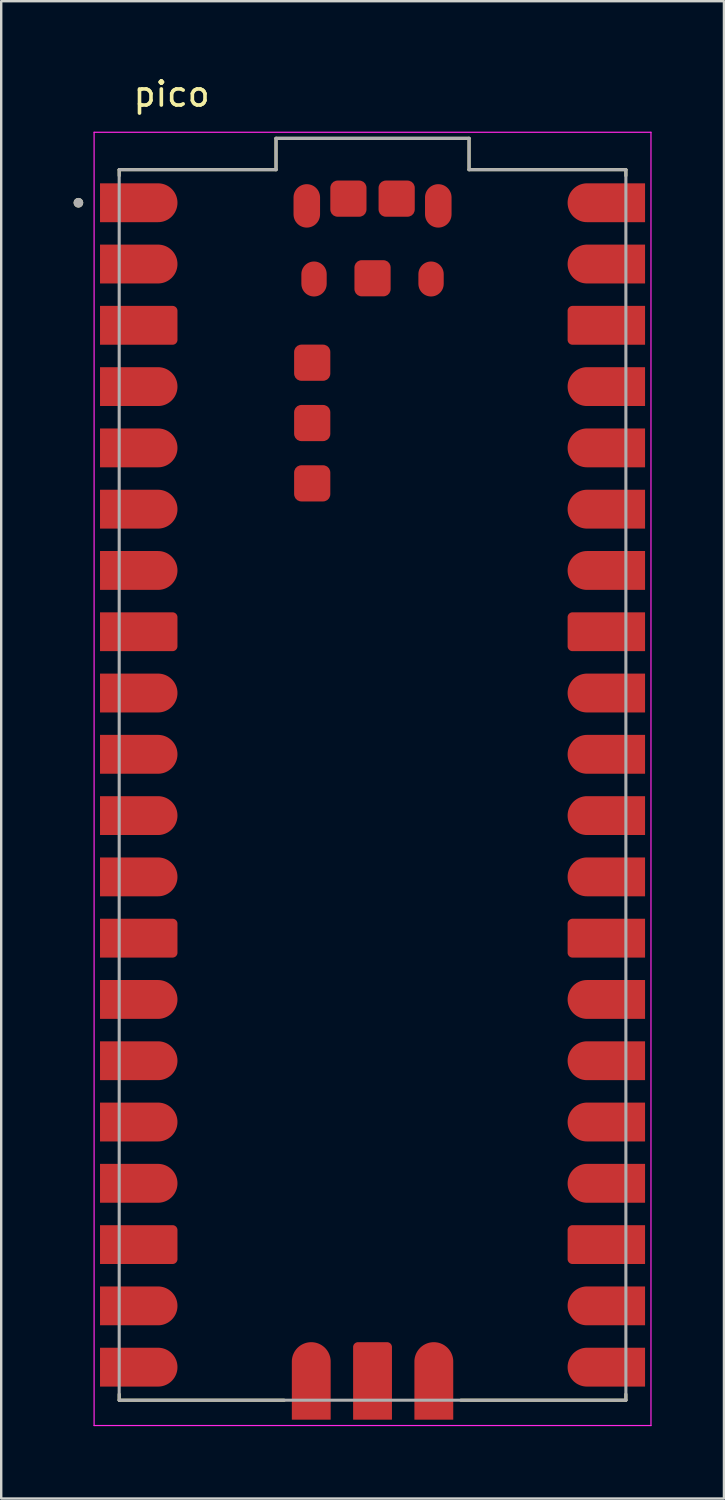
<source format=kicad_pcb>
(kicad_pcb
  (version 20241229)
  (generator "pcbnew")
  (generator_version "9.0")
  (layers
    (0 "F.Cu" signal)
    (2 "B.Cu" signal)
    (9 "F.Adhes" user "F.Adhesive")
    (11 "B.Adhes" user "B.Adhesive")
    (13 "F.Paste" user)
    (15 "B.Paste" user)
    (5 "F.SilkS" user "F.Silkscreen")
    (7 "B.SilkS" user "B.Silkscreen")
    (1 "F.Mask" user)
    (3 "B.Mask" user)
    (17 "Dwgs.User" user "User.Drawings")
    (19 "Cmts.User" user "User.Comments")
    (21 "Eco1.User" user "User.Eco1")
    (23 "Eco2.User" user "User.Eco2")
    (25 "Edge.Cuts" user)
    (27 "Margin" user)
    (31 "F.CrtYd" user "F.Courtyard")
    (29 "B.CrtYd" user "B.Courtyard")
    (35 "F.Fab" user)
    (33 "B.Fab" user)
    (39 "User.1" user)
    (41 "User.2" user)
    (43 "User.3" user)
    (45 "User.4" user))
  (footprint "pico"
    (layer "F.Cu")
    (at 12.39 29.483)
    (property "Reference" "pico" (at -8.325 -28.635 0) (layer "F.SilkS") (effects (font (size 1 1) (thickness 0.15))))
    (attr smd)
    (fp_poly (pts (xy -11.39 -23.23) (xy -11.39 -25.03) (xy -8.89 -25.03) (xy -8.843 -25.029) (xy -8.796 -25.025) (xy -8.749 -25.019) (xy -8.703 -25.01) (xy -8.657 -24.999) (xy -8.612 -24.986) (xy -8.567 -24.97) (xy -8.524 -24.952) (xy -8.481 -24.932) (xy -8.44 -24.909) (xy -8.4 -24.885) (xy -8.361 -24.858) (xy -8.324 -24.829) (xy -8.288 -24.799) (xy -8.254 -24.766) (xy -8.221 -24.732) (xy -8.191 -24.696) (xy -8.162 -24.659) (xy -8.135 -24.62) (xy -8.111 -24.58) (xy -8.088 -24.539) (xy -8.068 -24.496) (xy -8.05 -24.453) (xy -8.034 -24.408) (xy -8.021 -24.363) (xy -8.01 -24.317) (xy -8.001 -24.271) (xy -7.995 -24.224) (xy -7.991 -24.177) (xy -7.99 -24.13) (xy -7.991 -24.083) (xy -7.995 -24.036) (xy -8.001 -23.989) (xy -8.01 -23.943) (xy -8.021 -23.897) (xy -8.034 -23.852) (xy -8.05 -23.807) (xy -8.068 -23.764) (xy -8.088 -23.721) (xy -8.111 -23.68) (xy -8.135 -23.64) (xy -8.162 -23.601) (xy -8.191 -23.564) (xy -8.221 -23.528) (xy -8.254 -23.494) (xy -8.288 -23.461) (xy -8.324 -23.431) (xy -8.361 -23.402) (xy -8.4 -23.375) (xy -8.44 -23.351) (xy -8.481 -23.328) (xy -8.524 -23.308) (xy -8.567 -23.29) (xy -8.612 -23.274) (xy -8.657 -23.261) (xy -8.703 -23.25) (xy -8.749 -23.241) (xy -8.796 -23.235) (xy -8.843 -23.231) (xy -8.89 -23.23) (xy -11.39 -23.23)) (stroke (width 0.01) (type solid)) (fill yes) (layer "F.Mask"))
    (fp_poly (pts (xy -11.39 -20.69) (xy -11.39 -22.49) (xy -8.89 -22.49) (xy -8.843 -22.489) (xy -8.796 -22.485) (xy -8.749 -22.479) (xy -8.703 -22.47) (xy -8.657 -22.459) (xy -8.612 -22.446) (xy -8.567 -22.43) (xy -8.524 -22.412) (xy -8.481 -22.392) (xy -8.44 -22.369) (xy -8.4 -22.345) (xy -8.361 -22.318) (xy -8.324 -22.289) (xy -8.288 -22.259) (xy -8.254 -22.226) (xy -8.221 -22.192) (xy -8.191 -22.156) (xy -8.162 -22.119) (xy -8.135 -22.08) (xy -8.111 -22.04) (xy -8.088 -21.999) (xy -8.068 -21.956) (xy -8.05 -21.913) (xy -8.034 -21.868) (xy -8.021 -21.823) (xy -8.01 -21.777) (xy -8.001 -21.731) (xy -7.995 -21.684) (xy -7.991 -21.637) (xy -7.99 -21.59) (xy -7.991 -21.543) (xy -7.995 -21.496) (xy -8.001 -21.449) (xy -8.01 -21.403) (xy -8.021 -21.357) (xy -8.034 -21.312) (xy -8.05 -21.267) (xy -8.068 -21.224) (xy -8.088 -21.181) (xy -8.111 -21.14) (xy -8.135 -21.1) (xy -8.162 -21.061) (xy -8.191 -21.024) (xy -8.221 -20.988) (xy -8.254 -20.954) (xy -8.288 -20.921) (xy -8.324 -20.891) (xy -8.361 -20.862) (xy -8.4 -20.835) (xy -8.44 -20.811) (xy -8.481 -20.788) (xy -8.524 -20.768) (xy -8.567 -20.75) (xy -8.612 -20.734) (xy -8.657 -20.721) (xy -8.703 -20.71) (xy -8.749 -20.701) (xy -8.796 -20.695) (xy -8.843 -20.691) (xy -8.89 -20.69) (xy -11.39 -20.69)) (stroke (width 0.01) (type solid)) (fill yes) (layer "F.Mask"))
    (fp_poly (pts (xy -11.39 -15.61) (xy -11.39 -17.41) (xy -8.89 -17.41) (xy -8.843 -17.409) (xy -8.796 -17.405) (xy -8.749 -17.399) (xy -8.703 -17.39) (xy -8.657 -17.379) (xy -8.612 -17.366) (xy -8.567 -17.35) (xy -8.524 -17.332) (xy -8.481 -17.312) (xy -8.44 -17.289) (xy -8.4 -17.265) (xy -8.361 -17.238) (xy -8.324 -17.209) (xy -8.288 -17.179) (xy -8.254 -17.146) (xy -8.221 -17.112) (xy -8.191 -17.076) (xy -8.162 -17.039) (xy -8.135 -17) (xy -8.111 -16.96) (xy -8.088 -16.919) (xy -8.068 -16.876) (xy -8.05 -16.833) (xy -8.034 -16.788) (xy -8.021 -16.743) (xy -8.01 -16.697) (xy -8.001 -16.651) (xy -7.995 -16.604) (xy -7.991 -16.557) (xy -7.99 -16.51) (xy -7.991 -16.463) (xy -7.995 -16.416) (xy -8.001 -16.369) (xy -8.01 -16.323) (xy -8.021 -16.277) (xy -8.034 -16.232) (xy -8.05 -16.187) (xy -8.068 -16.144) (xy -8.088 -16.101) (xy -8.111 -16.06) (xy -8.135 -16.02) (xy -8.162 -15.981) (xy -8.191 -15.944) (xy -8.221 -15.908) (xy -8.254 -15.874) (xy -8.288 -15.841) (xy -8.324 -15.811) (xy -8.361 -15.782) (xy -8.4 -15.755) (xy -8.44 -15.731) (xy -8.481 -15.708) (xy -8.524 -15.688) (xy -8.567 -15.67) (xy -8.612 -15.654) (xy -8.657 -15.641) (xy -8.703 -15.63) (xy -8.749 -15.621) (xy -8.796 -15.615) (xy -8.843 -15.611) (xy -8.89 -15.61) (xy -11.39 -15.61)) (stroke (width 0.01) (type solid)) (fill yes) (layer "F.Mask"))
    (fp_poly (pts (xy -11.39 -13.07) (xy -11.39 -14.87) (xy -8.89 -14.87) (xy -8.843 -14.869) (xy -8.796 -14.865) (xy -8.749 -14.859) (xy -8.703 -14.85) (xy -8.657 -14.839) (xy -8.612 -14.826) (xy -8.567 -14.81) (xy -8.524 -14.792) (xy -8.481 -14.772) (xy -8.44 -14.749) (xy -8.4 -14.725) (xy -8.361 -14.698) (xy -8.324 -14.669) (xy -8.288 -14.639) (xy -8.254 -14.606) (xy -8.221 -14.572) (xy -8.191 -14.536) (xy -8.162 -14.499) (xy -8.135 -14.46) (xy -8.111 -14.42) (xy -8.088 -14.379) (xy -8.068 -14.336) (xy -8.05 -14.293) (xy -8.034 -14.248) (xy -8.021 -14.203) (xy -8.01 -14.157) (xy -8.001 -14.111) (xy -7.995 -14.064) (xy -7.991 -14.017) (xy -7.99 -13.97) (xy -7.991 -13.923) (xy -7.995 -13.876) (xy -8.001 -13.829) (xy -8.01 -13.783) (xy -8.021 -13.737) (xy -8.034 -13.692) (xy -8.05 -13.647) (xy -8.068 -13.604) (xy -8.088 -13.561) (xy -8.111 -13.52) (xy -8.135 -13.48) (xy -8.162 -13.441) (xy -8.191 -13.404) (xy -8.221 -13.368) (xy -8.254 -13.334) (xy -8.288 -13.301) (xy -8.324 -13.271) (xy -8.361 -13.242) (xy -8.4 -13.215) (xy -8.44 -13.191) (xy -8.481 -13.168) (xy -8.524 -13.148) (xy -8.567 -13.13) (xy -8.612 -13.114) (xy -8.657 -13.101) (xy -8.703 -13.09) (xy -8.749 -13.081) (xy -8.796 -13.075) (xy -8.843 -13.071) (xy -8.89 -13.07) (xy -11.39 -13.07)) (stroke (width 0.01) (type solid)) (fill yes) (layer "F.Mask"))
    (fp_poly (pts (xy -11.39 -10.53) (xy -11.39 -12.33) (xy -8.89 -12.33) (xy -8.843 -12.329) (xy -8.796 -12.325) (xy -8.749 -12.319) (xy -8.703 -12.31) (xy -8.657 -12.299) (xy -8.612 -12.286) (xy -8.567 -12.27) (xy -8.524 -12.252) (xy -8.481 -12.232) (xy -8.44 -12.209) (xy -8.4 -12.185) (xy -8.361 -12.158) (xy -8.324 -12.129) (xy -8.288 -12.099) (xy -8.254 -12.066) (xy -8.221 -12.032) (xy -8.191 -11.996) (xy -8.162 -11.959) (xy -8.135 -11.92) (xy -8.111 -11.88) (xy -8.088 -11.839) (xy -8.068 -11.796) (xy -8.05 -11.753) (xy -8.034 -11.708) (xy -8.021 -11.663) (xy -8.01 -11.617) (xy -8.001 -11.571) (xy -7.995 -11.524) (xy -7.991 -11.477) (xy -7.99 -11.43) (xy -7.991 -11.383) (xy -7.995 -11.336) (xy -8.001 -11.289) (xy -8.01 -11.243) (xy -8.021 -11.197) (xy -8.034 -11.152) (xy -8.05 -11.107) (xy -8.068 -11.064) (xy -8.088 -11.021) (xy -8.111 -10.98) (xy -8.135 -10.94) (xy -8.162 -10.901) (xy -8.191 -10.864) (xy -8.221 -10.828) (xy -8.254 -10.794) (xy -8.288 -10.761) (xy -8.324 -10.731) (xy -8.361 -10.702) (xy -8.4 -10.675) (xy -8.44 -10.651) (xy -8.481 -10.628) (xy -8.524 -10.608) (xy -8.567 -10.59) (xy -8.612 -10.574) (xy -8.657 -10.561) (xy -8.703 -10.55) (xy -8.749 -10.541) (xy -8.796 -10.535) (xy -8.843 -10.531) (xy -8.89 -10.53) (xy -11.39 -10.53)) (stroke (width 0.01) (type solid)) (fill yes) (layer "F.Mask"))
    (fp_poly (pts (xy -11.39 -7.99) (xy -11.39 -9.79) (xy -8.89 -9.79) (xy -8.843 -9.789) (xy -8.796 -9.785) (xy -8.749 -9.779) (xy -8.703 -9.77) (xy -8.657 -9.759) (xy -8.612 -9.746) (xy -8.567 -9.73) (xy -8.524 -9.712) (xy -8.481 -9.692) (xy -8.44 -9.669) (xy -8.4 -9.645) (xy -8.361 -9.618) (xy -8.324 -9.589) (xy -8.288 -9.559) (xy -8.254 -9.526) (xy -8.221 -9.492) (xy -8.191 -9.456) (xy -8.162 -9.419) (xy -8.135 -9.38) (xy -8.111 -9.34) (xy -8.088 -9.299) (xy -8.068 -9.256) (xy -8.05 -9.213) (xy -8.034 -9.168) (xy -8.021 -9.123) (xy -8.01 -9.077) (xy -8.001 -9.031) (xy -7.995 -8.984) (xy -7.991 -8.937) (xy -7.99 -8.89) (xy -7.991 -8.843) (xy -7.995 -8.796) (xy -8.001 -8.749) (xy -8.01 -8.703) (xy -8.021 -8.657) (xy -8.034 -8.612) (xy -8.05 -8.567) (xy -8.068 -8.524) (xy -8.088 -8.481) (xy -8.111 -8.44) (xy -8.135 -8.4) (xy -8.162 -8.361) (xy -8.191 -8.324) (xy -8.221 -8.288) (xy -8.254 -8.254) (xy -8.288 -8.221) (xy -8.324 -8.191) (xy -8.361 -8.162) (xy -8.4 -8.135) (xy -8.44 -8.111) (xy -8.481 -8.088) (xy -8.524 -8.068) (xy -8.567 -8.05) (xy -8.612 -8.034) (xy -8.657 -8.021) (xy -8.703 -8.01) (xy -8.749 -8.001) (xy -8.796 -7.995) (xy -8.843 -7.991) (xy -8.89 -7.99) (xy -11.39 -7.99)) (stroke (width 0.01) (type solid)) (fill yes) (layer "F.Mask"))
    (fp_poly (pts (xy -11.39 -2.91) (xy -11.39 -4.71) (xy -8.89 -4.71) (xy -8.843 -4.709) (xy -8.796 -4.705) (xy -8.749 -4.699) (xy -8.703 -4.69) (xy -8.657 -4.679) (xy -8.612 -4.666) (xy -8.567 -4.65) (xy -8.524 -4.632) (xy -8.481 -4.612) (xy -8.44 -4.589) (xy -8.4 -4.565) (xy -8.361 -4.538) (xy -8.324 -4.509) (xy -8.288 -4.479) (xy -8.254 -4.446) (xy -8.221 -4.412) (xy -8.191 -4.376) (xy -8.162 -4.339) (xy -8.135 -4.3) (xy -8.111 -4.26) (xy -8.088 -4.219) (xy -8.068 -4.176) (xy -8.05 -4.133) (xy -8.034 -4.088) (xy -8.021 -4.043) (xy -8.01 -3.997) (xy -8.001 -3.951) (xy -7.995 -3.904) (xy -7.991 -3.857) (xy -7.99 -3.81) (xy -7.991 -3.763) (xy -7.995 -3.716) (xy -8.001 -3.669) (xy -8.01 -3.623) (xy -8.021 -3.577) (xy -8.034 -3.532) (xy -8.05 -3.487) (xy -8.068 -3.444) (xy -8.088 -3.401) (xy -8.111 -3.36) (xy -8.135 -3.32) (xy -8.162 -3.281) (xy -8.191 -3.244) (xy -8.221 -3.208) (xy -8.254 -3.174) (xy -8.288 -3.141) (xy -8.324 -3.111) (xy -8.361 -3.082) (xy -8.4 -3.055) (xy -8.44 -3.031) (xy -8.481 -3.008) (xy -8.524 -2.988) (xy -8.567 -2.97) (xy -8.612 -2.954) (xy -8.657 -2.941) (xy -8.703 -2.93) (xy -8.749 -2.921) (xy -8.796 -2.915) (xy -8.843 -2.911) (xy -8.89 -2.91) (xy -11.39 -2.91)) (stroke (width 0.01) (type solid)) (fill yes) (layer "F.Mask"))
    (fp_poly (pts (xy -11.39 -0.37) (xy -11.39 -2.17) (xy -8.89 -2.17) (xy -8.843 -2.169) (xy -8.796 -2.165) (xy -8.749 -2.159) (xy -8.703 -2.15) (xy -8.657 -2.139) (xy -8.612 -2.126) (xy -8.567 -2.11) (xy -8.524 -2.092) (xy -8.481 -2.072) (xy -8.44 -2.049) (xy -8.4 -2.025) (xy -8.361 -1.998) (xy -8.324 -1.969) (xy -8.288 -1.939) (xy -8.254 -1.906) (xy -8.221 -1.872) (xy -8.191 -1.836) (xy -8.162 -1.799) (xy -8.135 -1.76) (xy -8.111 -1.72) (xy -8.088 -1.679) (xy -8.068 -1.636) (xy -8.05 -1.593) (xy -8.034 -1.548) (xy -8.021 -1.503) (xy -8.01 -1.457) (xy -8.001 -1.411) (xy -7.995 -1.364) (xy -7.991 -1.317) (xy -7.99 -1.27) (xy -7.991 -1.223) (xy -7.995 -1.176) (xy -8.001 -1.129) (xy -8.01 -1.083) (xy -8.021 -1.037) (xy -8.034 -0.992) (xy -8.05 -0.947) (xy -8.068 -0.904) (xy -8.088 -0.861) (xy -8.111 -0.82) (xy -8.135 -0.78) (xy -8.162 -0.741) (xy -8.191 -0.704) (xy -8.221 -0.668) (xy -8.254 -0.634) (xy -8.288 -0.601) (xy -8.324 -0.571) (xy -8.361 -0.542) (xy -8.4 -0.515) (xy -8.44 -0.491) (xy -8.481 -0.468) (xy -8.524 -0.448) (xy -8.567 -0.43) (xy -8.612 -0.414) (xy -8.657 -0.401) (xy -8.703 -0.39) (xy -8.749 -0.381) (xy -8.796 -0.375) (xy -8.843 -0.371) (xy -8.89 -0.37) (xy -11.39 -0.37)) (stroke (width 0.01) (type solid)) (fill yes) (layer "F.Mask"))
    (fp_poly (pts (xy -11.39 2.17) (xy -11.39 0.37) (xy -8.89 0.37) (xy -8.843 0.371) (xy -8.796 0.375) (xy -8.749 0.381) (xy -8.703 0.39) (xy -8.657 0.401) (xy -8.612 0.414) (xy -8.567 0.43) (xy -8.524 0.448) (xy -8.481 0.468) (xy -8.44 0.491) (xy -8.4 0.515) (xy -8.361 0.542) (xy -8.324 0.571) (xy -8.288 0.601) (xy -8.254 0.634) (xy -8.221 0.668) (xy -8.191 0.704) (xy -8.162 0.741) (xy -8.135 0.78) (xy -8.111 0.82) (xy -8.088 0.861) (xy -8.068 0.904) (xy -8.05 0.947) (xy -8.034 0.992) (xy -8.021 1.037) (xy -8.01 1.083) (xy -8.001 1.129) (xy -7.995 1.176) (xy -7.991 1.223) (xy -7.99 1.27) (xy -7.991 1.317) (xy -7.995 1.364) (xy -8.001 1.411) (xy -8.01 1.457) (xy -8.021 1.503) (xy -8.034 1.548) (xy -8.05 1.593) (xy -8.068 1.636) (xy -8.088 1.679) (xy -8.111 1.72) (xy -8.135 1.76) (xy -8.162 1.799) (xy -8.191 1.836) (xy -8.221 1.872) (xy -8.254 1.906) (xy -8.288 1.939) (xy -8.324 1.969) (xy -8.361 1.998) (xy -8.4 2.025) (xy -8.44 2.049) (xy -8.481 2.072) (xy -8.524 2.092) (xy -8.567 2.11) (xy -8.612 2.126) (xy -8.657 2.139) (xy -8.703 2.15) (xy -8.749 2.159) (xy -8.796 2.165) (xy -8.843 2.169) (xy -8.89 2.17) (xy -11.39 2.17)) (stroke (width 0.01) (type solid)) (fill yes) (layer "F.Mask"))
    (fp_poly (pts (xy -11.39 4.71) (xy -11.39 2.91) (xy -8.89 2.91) (xy -8.843 2.911) (xy -8.796 2.915) (xy -8.749 2.921) (xy -8.703 2.93) (xy -8.657 2.941) (xy -8.612 2.954) (xy -8.567 2.97) (xy -8.524 2.988) (xy -8.481 3.008) (xy -8.44 3.031) (xy -8.4 3.055) (xy -8.361 3.082) (xy -8.324 3.111) (xy -8.288 3.141) (xy -8.254 3.174) (xy -8.221 3.208) (xy -8.191 3.244) (xy -8.162 3.281) (xy -8.135 3.32) (xy -8.111 3.36) (xy -8.088 3.401) (xy -8.068 3.444) (xy -8.05 3.487) (xy -8.034 3.532) (xy -8.021 3.577) (xy -8.01 3.623) (xy -8.001 3.669) (xy -7.995 3.716) (xy -7.991 3.763) (xy -7.99 3.81) (xy -7.991 3.857) (xy -7.995 3.904) (xy -8.001 3.951) (xy -8.01 3.997) (xy -8.021 4.043) (xy -8.034 4.088) (xy -8.05 4.133) (xy -8.068 4.176) (xy -8.088 4.219) (xy -8.111 4.26) (xy -8.135 4.3) (xy -8.162 4.339) (xy -8.191 4.376) (xy -8.221 4.412) (xy -8.254 4.446) (xy -8.288 4.479) (xy -8.324 4.509) (xy -8.361 4.538) (xy -8.4 4.565) (xy -8.44 4.589) (xy -8.481 4.612) (xy -8.524 4.632) (xy -8.567 4.65) (xy -8.612 4.666) (xy -8.657 4.679) (xy -8.703 4.69) (xy -8.749 4.699) (xy -8.796 4.705) (xy -8.843 4.709) (xy -8.89 4.71) (xy -11.39 4.71)) (stroke (width 0.01) (type solid)) (fill yes) (layer "F.Mask"))
    (fp_poly (pts (xy -11.39 9.79) (xy -11.39 7.99) (xy -8.89 7.99) (xy -8.843 7.991) (xy -8.796 7.995) (xy -8.749 8.001) (xy -8.703 8.01) (xy -8.657 8.021) (xy -8.612 8.034) (xy -8.567 8.05) (xy -8.524 8.068) (xy -8.481 8.088) (xy -8.44 8.111) (xy -8.4 8.135) (xy -8.361 8.162) (xy -8.324 8.191) (xy -8.288 8.221) (xy -8.254 8.254) (xy -8.221 8.288) (xy -8.191 8.324) (xy -8.162 8.361) (xy -8.135 8.4) (xy -8.111 8.44) (xy -8.088 8.481) (xy -8.068 8.524) (xy -8.05 8.567) (xy -8.034 8.612) (xy -8.021 8.657) (xy -8.01 8.703) (xy -8.001 8.749) (xy -7.995 8.796) (xy -7.991 8.843) (xy -7.99 8.89) (xy -7.991 8.937) (xy -7.995 8.984) (xy -8.001 9.031) (xy -8.01 9.077) (xy -8.021 9.123) (xy -8.034 9.168) (xy -8.05 9.213) (xy -8.068 9.256) (xy -8.088 9.299) (xy -8.111 9.34) (xy -8.135 9.38) (xy -8.162 9.419) (xy -8.191 9.456) (xy -8.221 9.492) (xy -8.254 9.526) (xy -8.288 9.559) (xy -8.324 9.589) (xy -8.361 9.618) (xy -8.4 9.645) (xy -8.44 9.669) (xy -8.481 9.692) (xy -8.524 9.712) (xy -8.567 9.73) (xy -8.612 9.746) (xy -8.657 9.759) (xy -8.703 9.77) (xy -8.749 9.779) (xy -8.796 9.785) (xy -8.843 9.789) (xy -8.89 9.79) (xy -11.39 9.79)) (stroke (width 0.01) (type solid)) (fill yes) (layer "F.Mask"))
    (fp_poly (pts (xy -11.39 12.33) (xy -11.39 10.53) (xy -8.89 10.53) (xy -8.843 10.531) (xy -8.796 10.535) (xy -8.749 10.541) (xy -8.703 10.55) (xy -8.657 10.561) (xy -8.612 10.574) (xy -8.567 10.59) (xy -8.524 10.608) (xy -8.481 10.628) (xy -8.44 10.651) (xy -8.4 10.675) (xy -8.361 10.702) (xy -8.324 10.731) (xy -8.288 10.761) (xy -8.254 10.794) (xy -8.221 10.828) (xy -8.191 10.864) (xy -8.162 10.901) (xy -8.135 10.94) (xy -8.111 10.98) (xy -8.088 11.021) (xy -8.068 11.064) (xy -8.05 11.107) (xy -8.034 11.152) (xy -8.021 11.197) (xy -8.01 11.243) (xy -8.001 11.289) (xy -7.995 11.336) (xy -7.991 11.383) (xy -7.99 11.43) (xy -7.991 11.477) (xy -7.995 11.524) (xy -8.001 11.571) (xy -8.01 11.617) (xy -8.021 11.663) (xy -8.034 11.708) (xy -8.05 11.753) (xy -8.068 11.796) (xy -8.088 11.839) (xy -8.111 11.88) (xy -8.135 11.92) (xy -8.162 11.959) (xy -8.191 11.996) (xy -8.221 12.032) (xy -8.254 12.066) (xy -8.288 12.099) (xy -8.324 12.129) (xy -8.361 12.158) (xy -8.4 12.185) (xy -8.44 12.209) (xy -8.481 12.232) (xy -8.524 12.252) (xy -8.567 12.27) (xy -8.612 12.286) (xy -8.657 12.299) (xy -8.703 12.31) (xy -8.749 12.319) (xy -8.796 12.325) (xy -8.843 12.329) (xy -8.89 12.33) (xy -11.39 12.33)) (stroke (width 0.01) (type solid)) (fill yes) (layer "F.Mask"))
    (fp_poly (pts (xy -11.39 14.87) (xy -11.39 13.07) (xy -8.89 13.07) (xy -8.843 13.071) (xy -8.796 13.075) (xy -8.749 13.081) (xy -8.703 13.09) (xy -8.657 13.101) (xy -8.612 13.114) (xy -8.567 13.13) (xy -8.524 13.148) (xy -8.481 13.168) (xy -8.44 13.191) (xy -8.4 13.215) (xy -8.361 13.242) (xy -8.324 13.271) (xy -8.288 13.301) (xy -8.254 13.334) (xy -8.221 13.368) (xy -8.191 13.404) (xy -8.162 13.441) (xy -8.135 13.48) (xy -8.111 13.52) (xy -8.088 13.561) (xy -8.068 13.604) (xy -8.05 13.647) (xy -8.034 13.692) (xy -8.021 13.737) (xy -8.01 13.783) (xy -8.001 13.829) (xy -7.995 13.876) (xy -7.991 13.923) (xy -7.99 13.97) (xy -7.991 14.017) (xy -7.995 14.064) (xy -8.001 14.111) (xy -8.01 14.157) (xy -8.021 14.203) (xy -8.034 14.248) (xy -8.05 14.293) (xy -8.068 14.336) (xy -8.088 14.379) (xy -8.111 14.42) (xy -8.135 14.46) (xy -8.162 14.499) (xy -8.191 14.536) (xy -8.221 14.572) (xy -8.254 14.606) (xy -8.288 14.639) (xy -8.324 14.669) (xy -8.361 14.698) (xy -8.4 14.725) (xy -8.44 14.749) (xy -8.481 14.772) (xy -8.524 14.792) (xy -8.567 14.81) (xy -8.612 14.826) (xy -8.657 14.839) (xy -8.703 14.85) (xy -8.749 14.859) (xy -8.796 14.865) (xy -8.843 14.869) (xy -8.89 14.87) (xy -11.39 14.87)) (stroke (width 0.01) (type solid)) (fill yes) (layer "F.Mask"))
    (fp_poly (pts (xy -11.39 17.41) (xy -11.39 15.61) (xy -8.89 15.61) (xy -8.843 15.611) (xy -8.796 15.615) (xy -8.749 15.621) (xy -8.703 15.63) (xy -8.657 15.641) (xy -8.612 15.654) (xy -8.567 15.67) (xy -8.524 15.688) (xy -8.481 15.708) (xy -8.44 15.731) (xy -8.4 15.755) (xy -8.361 15.782) (xy -8.324 15.811) (xy -8.288 15.841) (xy -8.254 15.874) (xy -8.221 15.908) (xy -8.191 15.944) (xy -8.162 15.981) (xy -8.135 16.02) (xy -8.111 16.06) (xy -8.088 16.101) (xy -8.068 16.144) (xy -8.05 16.187) (xy -8.034 16.232) (xy -8.021 16.277) (xy -8.01 16.323) (xy -8.001 16.369) (xy -7.995 16.416) (xy -7.991 16.463) (xy -7.99 16.51) (xy -7.991 16.557) (xy -7.995 16.604) (xy -8.001 16.651) (xy -8.01 16.697) (xy -8.021 16.743) (xy -8.034 16.788) (xy -8.05 16.833) (xy -8.068 16.876) (xy -8.088 16.919) (xy -8.111 16.96) (xy -8.135 17) (xy -8.162 17.039) (xy -8.191 17.076) (xy -8.221 17.112) (xy -8.254 17.146) (xy -8.288 17.179) (xy -8.324 17.209) (xy -8.361 17.238) (xy -8.4 17.265) (xy -8.44 17.289) (xy -8.481 17.312) (xy -8.524 17.332) (xy -8.567 17.35) (xy -8.612 17.366) (xy -8.657 17.379) (xy -8.703 17.39) (xy -8.749 17.399) (xy -8.796 17.405) (xy -8.843 17.409) (xy -8.89 17.41) (xy -11.39 17.41)) (stroke (width 0.01) (type solid)) (fill yes) (layer "F.Mask"))
    (fp_poly (pts (xy -11.39 22.49) (xy -11.39 20.69) (xy -8.89 20.69) (xy -8.843 20.691) (xy -8.796 20.695) (xy -8.749 20.701) (xy -8.703 20.71) (xy -8.657 20.721) (xy -8.612 20.734) (xy -8.567 20.75) (xy -8.524 20.768) (xy -8.481 20.788) (xy -8.44 20.811) (xy -8.4 20.835) (xy -8.361 20.862) (xy -8.324 20.891) (xy -8.288 20.921) (xy -8.254 20.954) (xy -8.221 20.988) (xy -8.191 21.024) (xy -8.162 21.061) (xy -8.135 21.1) (xy -8.111 21.14) (xy -8.088 21.181) (xy -8.068 21.224) (xy -8.05 21.267) (xy -8.034 21.312) (xy -8.021 21.357) (xy -8.01 21.403) (xy -8.001 21.449) (xy -7.995 21.496) (xy -7.991 21.543) (xy -7.99 21.59) (xy -7.991 21.637) (xy -7.995 21.684) (xy -8.001 21.731) (xy -8.01 21.777) (xy -8.021 21.823) (xy -8.034 21.868) (xy -8.05 21.913) (xy -8.068 21.956) (xy -8.088 21.999) (xy -8.111 22.04) (xy -8.135 22.08) (xy -8.162 22.119) (xy -8.191 22.156) (xy -8.221 22.192) (xy -8.254 22.226) (xy -8.288 22.259) (xy -8.324 22.289) (xy -8.361 22.318) (xy -8.4 22.345) (xy -8.44 22.369) (xy -8.481 22.392) (xy -8.524 22.412) (xy -8.567 22.43) (xy -8.612 22.446) (xy -8.657 22.459) (xy -8.703 22.47) (xy -8.749 22.479) (xy -8.796 22.485) (xy -8.843 22.489) (xy -8.89 22.49) (xy -11.39 22.49)) (stroke (width 0.01) (type solid)) (fill yes) (layer "F.Mask"))
    (fp_poly (pts (xy -11.39 25.03) (xy -11.39 23.23) (xy -8.89 23.23) (xy -8.843 23.231) (xy -8.796 23.235) (xy -8.749 23.241) (xy -8.703 23.25) (xy -8.657 23.261) (xy -8.612 23.274) (xy -8.567 23.29) (xy -8.524 23.308) (xy -8.481 23.328) (xy -8.44 23.351) (xy -8.4 23.375) (xy -8.361 23.402) (xy -8.324 23.431) (xy -8.288 23.461) (xy -8.254 23.494) (xy -8.221 23.528) (xy -8.191 23.564) (xy -8.162 23.601) (xy -8.135 23.64) (xy -8.111 23.68) (xy -8.088 23.721) (xy -8.068 23.764) (xy -8.05 23.807) (xy -8.034 23.852) (xy -8.021 23.897) (xy -8.01 23.943) (xy -8.001 23.989) (xy -7.995 24.036) (xy -7.991 24.083) (xy -7.99 24.13) (xy -7.991 24.177) (xy -7.995 24.224) (xy -8.001 24.271) (xy -8.01 24.317) (xy -8.021 24.363) (xy -8.034 24.408) (xy -8.05 24.453) (xy -8.068 24.496) (xy -8.088 24.539) (xy -8.111 24.58) (xy -8.135 24.62) (xy -8.162 24.659) (xy -8.191 24.696) (xy -8.221 24.732) (xy -8.254 24.766) (xy -8.288 24.799) (xy -8.324 24.829) (xy -8.361 24.858) (xy -8.4 24.885) (xy -8.44 24.909) (xy -8.481 24.932) (xy -8.524 24.952) (xy -8.567 24.97) (xy -8.612 24.986) (xy -8.657 24.999) (xy -8.703 25.01) (xy -8.749 25.019) (xy -8.796 25.025) (xy -8.843 25.029) (xy -8.89 25.03) (xy -11.39 25.03)) (stroke (width 0.01) (type solid)) (fill yes) (layer "F.Mask"))
    (fp_poly (pts (xy -3.44 26.4) (xy -3.44 23.9) (xy -3.439 23.853) (xy -3.435 23.806) (xy -3.429 23.759) (xy -3.42 23.713) (xy -3.409 23.667) (xy -3.396 23.622) (xy -3.38 23.577) (xy -3.362 23.534) (xy -3.342 23.491) (xy -3.319 23.45) (xy -3.295 23.41) (xy -3.268 23.371) (xy -3.239 23.334) (xy -3.209 23.298) (xy -3.176 23.264) (xy -3.142 23.231) (xy -3.106 23.201) (xy -3.069 23.172) (xy -3.03 23.145) (xy -2.99 23.121) (xy -2.949 23.098) (xy -2.906 23.078) (xy -2.863 23.06) (xy -2.818 23.044) (xy -2.773 23.031) (xy -2.727 23.02) (xy -2.681 23.011) (xy -2.634 23.005) (xy -2.587 23.001) (xy -2.54 23) (xy -2.493 23.001) (xy -2.446 23.005) (xy -2.399 23.011) (xy -2.353 23.02) (xy -2.307 23.031) (xy -2.262 23.044) (xy -2.217 23.06) (xy -2.174 23.078) (xy -2.131 23.098) (xy -2.09 23.121) (xy -2.05 23.145) (xy -2.011 23.172) (xy -1.974 23.201) (xy -1.938 23.231) (xy -1.904 23.264) (xy -1.871 23.298) (xy -1.841 23.334) (xy -1.812 23.371) (xy -1.785 23.41) (xy -1.761 23.45) (xy -1.738 23.491) (xy -1.718 23.534) (xy -1.7 23.577) (xy -1.684 23.622) (xy -1.671 23.667) (xy -1.66 23.713) (xy -1.651 23.759) (xy -1.645 23.806) (xy -1.641 23.853) (xy -1.64 23.9) (xy -1.64 26.4) (xy -3.44 26.4)) (stroke (width 0.01) (type solid)) (fill yes) (layer "F.Mask"))
    (fp_poly (pts (xy 1.64 26.4) (xy 1.64 23.9) (xy 1.641 23.853) (xy 1.645 23.806) (xy 1.651 23.759) (xy 1.66 23.713) (xy 1.671 23.667) (xy 1.684 23.622) (xy 1.7 23.577) (xy 1.718 23.534) (xy 1.738 23.491) (xy 1.761 23.45) (xy 1.785 23.41) (xy 1.812 23.371) (xy 1.841 23.334) (xy 1.871 23.298) (xy 1.904 23.264) (xy 1.938 23.231) (xy 1.974 23.201) (xy 2.011 23.172) (xy 2.05 23.145) (xy 2.09 23.121) (xy 2.131 23.098) (xy 2.174 23.078) (xy 2.217 23.06) (xy 2.262 23.044) (xy 2.307 23.031) (xy 2.353 23.02) (xy 2.399 23.011) (xy 2.446 23.005) (xy 2.493 23.001) (xy 2.54 23) (xy 2.587 23.001) (xy 2.634 23.005) (xy 2.681 23.011) (xy 2.727 23.02) (xy 2.773 23.031) (xy 2.818 23.044) (xy 2.863 23.06) (xy 2.906 23.078) (xy 2.949 23.098) (xy 2.99 23.121) (xy 3.03 23.145) (xy 3.069 23.172) (xy 3.106 23.201) (xy 3.142 23.231) (xy 3.176 23.264) (xy 3.209 23.298) (xy 3.239 23.334) (xy 3.268 23.371) (xy 3.295 23.41) (xy 3.319 23.45) (xy 3.342 23.491) (xy 3.362 23.534) (xy 3.38 23.577) (xy 3.396 23.622) (xy 3.409 23.667) (xy 3.42 23.713) (xy 3.429 23.759) (xy 3.435 23.806) (xy 3.439 23.853) (xy 3.44 23.9) (xy 3.44 26.4) (xy 1.64 26.4)) (stroke (width 0.01) (type solid)) (fill yes) (layer "F.Mask"))
    (fp_poly (pts (xy 11.39 -23.23) (xy 11.39 -25.03) (xy 8.89 -25.03) (xy 8.843 -25.029) (xy 8.796 -25.025) (xy 8.749 -25.019) (xy 8.703 -25.01) (xy 8.657 -24.999) (xy 8.612 -24.986) (xy 8.567 -24.97) (xy 8.524 -24.952) (xy 8.481 -24.932) (xy 8.44 -24.909) (xy 8.4 -24.885) (xy 8.361 -24.858) (xy 8.324 -24.829) (xy 8.288 -24.799) (xy 8.254 -24.766) (xy 8.221 -24.732) (xy 8.191 -24.696) (xy 8.162 -24.659) (xy 8.135 -24.62) (xy 8.111 -24.58) (xy 8.088 -24.539) (xy 8.068 -24.496) (xy 8.05 -24.453) (xy 8.034 -24.408) (xy 8.021 -24.363) (xy 8.01 -24.317) (xy 8.001 -24.271) (xy 7.995 -24.224) (xy 7.991 -24.177) (xy 7.99 -24.13) (xy 7.991 -24.083) (xy 7.995 -24.036) (xy 8.001 -23.989) (xy 8.01 -23.943) (xy 8.021 -23.897) (xy 8.034 -23.852) (xy 8.05 -23.807) (xy 8.068 -23.764) (xy 8.088 -23.721) (xy 8.111 -23.68) (xy 8.135 -23.64) (xy 8.162 -23.601) (xy 8.191 -23.564) (xy 8.221 -23.528) (xy 8.254 -23.494) (xy 8.288 -23.461) (xy 8.324 -23.431) (xy 8.361 -23.402) (xy 8.4 -23.375) (xy 8.44 -23.351) (xy 8.481 -23.328) (xy 8.524 -23.308) (xy 8.567 -23.29) (xy 8.612 -23.274) (xy 8.657 -23.261) (xy 8.703 -23.25) (xy 8.749 -23.241) (xy 8.796 -23.235) (xy 8.843 -23.231) (xy 8.89 -23.23) (xy 11.39 -23.23)) (stroke (width 0.01) (type solid)) (fill yes) (layer "F.Mask"))
    (fp_poly (pts (xy 11.39 -20.69) (xy 11.39 -22.49) (xy 8.89 -22.49) (xy 8.843 -22.489) (xy 8.796 -22.485) (xy 8.749 -22.479) (xy 8.703 -22.47) (xy 8.657 -22.459) (xy 8.612 -22.446) (xy 8.567 -22.43) (xy 8.524 -22.412) (xy 8.481 -22.392) (xy 8.44 -22.369) (xy 8.4 -22.345) (xy 8.361 -22.318) (xy 8.324 -22.289) (xy 8.288 -22.259) (xy 8.254 -22.226) (xy 8.221 -22.192) (xy 8.191 -22.156) (xy 8.162 -22.119) (xy 8.135 -22.08) (xy 8.111 -22.04) (xy 8.088 -21.999) (xy 8.068 -21.956) (xy 8.05 -21.913) (xy 8.034 -21.868) (xy 8.021 -21.823) (xy 8.01 -21.777) (xy 8.001 -21.731) (xy 7.995 -21.684) (xy 7.991 -21.637) (xy 7.99 -21.59) (xy 7.991 -21.543) (xy 7.995 -21.496) (xy 8.001 -21.449) (xy 8.01 -21.403) (xy 8.021 -21.357) (xy 8.034 -21.312) (xy 8.05 -21.267) (xy 8.068 -21.224) (xy 8.088 -21.181) (xy 8.111 -21.14) (xy 8.135 -21.1) (xy 8.162 -21.061) (xy 8.191 -21.024) (xy 8.221 -20.988) (xy 8.254 -20.954) (xy 8.288 -20.921) (xy 8.324 -20.891) (xy 8.361 -20.862) (xy 8.4 -20.835) (xy 8.44 -20.811) (xy 8.481 -20.788) (xy 8.524 -20.768) (xy 8.567 -20.75) (xy 8.612 -20.734) (xy 8.657 -20.721) (xy 8.703 -20.71) (xy 8.749 -20.701) (xy 8.796 -20.695) (xy 8.843 -20.691) (xy 8.89 -20.69) (xy 11.39 -20.69)) (stroke (width 0.01) (type solid)) (fill yes) (layer "F.Mask"))
    (fp_poly (pts (xy 11.39 -15.61) (xy 11.39 -17.41) (xy 8.89 -17.41) (xy 8.843 -17.409) (xy 8.796 -17.405) (xy 8.749 -17.399) (xy 8.703 -17.39) (xy 8.657 -17.379) (xy 8.612 -17.366) (xy 8.567 -17.35) (xy 8.524 -17.332) (xy 8.481 -17.312) (xy 8.44 -17.289) (xy 8.4 -17.265) (xy 8.361 -17.238) (xy 8.324 -17.209) (xy 8.288 -17.179) (xy 8.254 -17.146) (xy 8.221 -17.112) (xy 8.191 -17.076) (xy 8.162 -17.039) (xy 8.135 -17) (xy 8.111 -16.96) (xy 8.088 -16.919) (xy 8.068 -16.876) (xy 8.05 -16.833) (xy 8.034 -16.788) (xy 8.021 -16.743) (xy 8.01 -16.697) (xy 8.001 -16.651) (xy 7.995 -16.604) (xy 7.991 -16.557) (xy 7.99 -16.51) (xy 7.991 -16.463) (xy 7.995 -16.416) (xy 8.001 -16.369) (xy 8.01 -16.323) (xy 8.021 -16.277) (xy 8.034 -16.232) (xy 8.05 -16.187) (xy 8.068 -16.144) (xy 8.088 -16.101) (xy 8.111 -16.06) (xy 8.135 -16.02) (xy 8.162 -15.981) (xy 8.191 -15.944) (xy 8.221 -15.908) (xy 8.254 -15.874) (xy 8.288 -15.841) (xy 8.324 -15.811) (xy 8.361 -15.782) (xy 8.4 -15.755) (xy 8.44 -15.731) (xy 8.481 -15.708) (xy 8.524 -15.688) (xy 8.567 -15.67) (xy 8.612 -15.654) (xy 8.657 -15.641) (xy 8.703 -15.63) (xy 8.749 -15.621) (xy 8.796 -15.615) (xy 8.843 -15.611) (xy 8.89 -15.61) (xy 11.39 -15.61)) (stroke (width 0.01) (type solid)) (fill yes) (layer "F.Mask"))
    (fp_poly (pts (xy 11.39 -13.07) (xy 11.39 -14.87) (xy 8.89 -14.87) (xy 8.843 -14.869) (xy 8.796 -14.865) (xy 8.749 -14.859) (xy 8.703 -14.85) (xy 8.657 -14.839) (xy 8.612 -14.826) (xy 8.567 -14.81) (xy 8.524 -14.792) (xy 8.481 -14.772) (xy 8.44 -14.749) (xy 8.4 -14.725) (xy 8.361 -14.698) (xy 8.324 -14.669) (xy 8.288 -14.639) (xy 8.254 -14.606) (xy 8.221 -14.572) (xy 8.191 -14.536) (xy 8.162 -14.499) (xy 8.135 -14.46) (xy 8.111 -14.42) (xy 8.088 -14.379) (xy 8.068 -14.336) (xy 8.05 -14.293) (xy 8.034 -14.248) (xy 8.021 -14.203) (xy 8.01 -14.157) (xy 8.001 -14.111) (xy 7.995 -14.064) (xy 7.991 -14.017) (xy 7.99 -13.97) (xy 7.991 -13.923) (xy 7.995 -13.876) (xy 8.001 -13.829) (xy 8.01 -13.783) (xy 8.021 -13.737) (xy 8.034 -13.692) (xy 8.05 -13.647) (xy 8.068 -13.604) (xy 8.088 -13.561) (xy 8.111 -13.52) (xy 8.135 -13.48) (xy 8.162 -13.441) (xy 8.191 -13.404) (xy 8.221 -13.368) (xy 8.254 -13.334) (xy 8.288 -13.301) (xy 8.324 -13.271) (xy 8.361 -13.242) (xy 8.4 -13.215) (xy 8.44 -13.191) (xy 8.481 -13.168) (xy 8.524 -13.148) (xy 8.567 -13.13) (xy 8.612 -13.114) (xy 8.657 -13.101) (xy 8.703 -13.09) (xy 8.749 -13.081) (xy 8.796 -13.075) (xy 8.843 -13.071) (xy 8.89 -13.07) (xy 11.39 -13.07)) (stroke (width 0.01) (type solid)) (fill yes) (layer "F.Mask"))
    (fp_poly (pts (xy 11.39 -10.53) (xy 11.39 -12.33) (xy 8.89 -12.33) (xy 8.843 -12.329) (xy 8.796 -12.325) (xy 8.749 -12.319) (xy 8.703 -12.31) (xy 8.657 -12.299) (xy 8.612 -12.286) (xy 8.567 -12.27) (xy 8.524 -12.252) (xy 8.481 -12.232) (xy 8.44 -12.209) (xy 8.4 -12.185) (xy 8.361 -12.158) (xy 8.324 -12.129) (xy 8.288 -12.099) (xy 8.254 -12.066) (xy 8.221 -12.032) (xy 8.191 -11.996) (xy 8.162 -11.959) (xy 8.135 -11.92) (xy 8.111 -11.88) (xy 8.088 -11.839) (xy 8.068 -11.796) (xy 8.05 -11.753) (xy 8.034 -11.708) (xy 8.021 -11.663) (xy 8.01 -11.617) (xy 8.001 -11.571) (xy 7.995 -11.524) (xy 7.991 -11.477) (xy 7.99 -11.43) (xy 7.991 -11.383) (xy 7.995 -11.336) (xy 8.001 -11.289) (xy 8.01 -11.243) (xy 8.021 -11.197) (xy 8.034 -11.152) (xy 8.05 -11.107) (xy 8.068 -11.064) (xy 8.088 -11.021) (xy 8.111 -10.98) (xy 8.135 -10.94) (xy 8.162 -10.901) (xy 8.191 -10.864) (xy 8.221 -10.828) (xy 8.254 -10.794) (xy 8.288 -10.761) (xy 8.324 -10.731) (xy 8.361 -10.702) (xy 8.4 -10.675) (xy 8.44 -10.651) (xy 8.481 -10.628) (xy 8.524 -10.608) (xy 8.567 -10.59) (xy 8.612 -10.574) (xy 8.657 -10.561) (xy 8.703 -10.55) (xy 8.749 -10.541) (xy 8.796 -10.535) (xy 8.843 -10.531) (xy 8.89 -10.53) (xy 11.39 -10.53)) (stroke (width 0.01) (type solid)) (fill yes) (layer "F.Mask"))
    (fp_poly (pts (xy 11.39 -7.99) (xy 11.39 -9.79) (xy 8.89 -9.79) (xy 8.843 -9.789) (xy 8.796 -9.785) (xy 8.749 -9.779) (xy 8.703 -9.77) (xy 8.657 -9.759) (xy 8.612 -9.746) (xy 8.567 -9.73) (xy 8.524 -9.712) (xy 8.481 -9.692) (xy 8.44 -9.669) (xy 8.4 -9.645) (xy 8.361 -9.618) (xy 8.324 -9.589) (xy 8.288 -9.559) (xy 8.254 -9.526) (xy 8.221 -9.492) (xy 8.191 -9.456) (xy 8.162 -9.419) (xy 8.135 -9.38) (xy 8.111 -9.34) (xy 8.088 -9.299) (xy 8.068 -9.256) (xy 8.05 -9.213) (xy 8.034 -9.168) (xy 8.021 -9.123) (xy 8.01 -9.077) (xy 8.001 -9.031) (xy 7.995 -8.984) (xy 7.991 -8.937) (xy 7.99 -8.89) (xy 7.991 -8.843) (xy 7.995 -8.796) (xy 8.001 -8.749) (xy 8.01 -8.703) (xy 8.021 -8.657) (xy 8.034 -8.612) (xy 8.05 -8.567) (xy 8.068 -8.524) (xy 8.088 -8.481) (xy 8.111 -8.44) (xy 8.135 -8.4) (xy 8.162 -8.361) (xy 8.191 -8.324) (xy 8.221 -8.288) (xy 8.254 -8.254) (xy 8.288 -8.221) (xy 8.324 -8.191) (xy 8.361 -8.162) (xy 8.4 -8.135) (xy 8.44 -8.111) (xy 8.481 -8.088) (xy 8.524 -8.068) (xy 8.567 -8.05) (xy 8.612 -8.034) (xy 8.657 -8.021) (xy 8.703 -8.01) (xy 8.749 -8.001) (xy 8.796 -7.995) (xy 8.843 -7.991) (xy 8.89 -7.99) (xy 11.39 -7.99)) (stroke (width 0.01) (type solid)) (fill yes) (layer "F.Mask"))
    (fp_poly (pts (xy 11.39 -2.91) (xy 11.39 -4.71) (xy 8.89 -4.71) (xy 8.843 -4.709) (xy 8.796 -4.705) (xy 8.749 -4.699) (xy 8.703 -4.69) (xy 8.657 -4.679) (xy 8.612 -4.666) (xy 8.567 -4.65) (xy 8.524 -4.632) (xy 8.481 -4.612) (xy 8.44 -4.589) (xy 8.4 -4.565) (xy 8.361 -4.538) (xy 8.324 -4.509) (xy 8.288 -4.479) (xy 8.254 -4.446) (xy 8.221 -4.412) (xy 8.191 -4.376) (xy 8.162 -4.339) (xy 8.135 -4.3) (xy 8.111 -4.26) (xy 8.088 -4.219) (xy 8.068 -4.176) (xy 8.05 -4.133) (xy 8.034 -4.088) (xy 8.021 -4.043) (xy 8.01 -3.997) (xy 8.001 -3.951) (xy 7.995 -3.904) (xy 7.991 -3.857) (xy 7.99 -3.81) (xy 7.991 -3.763) (xy 7.995 -3.716) (xy 8.001 -3.669) (xy 8.01 -3.623) (xy 8.021 -3.577) (xy 8.034 -3.532) (xy 8.05 -3.487) (xy 8.068 -3.444) (xy 8.088 -3.401) (xy 8.111 -3.36) (xy 8.135 -3.32) (xy 8.162 -3.281) (xy 8.191 -3.244) (xy 8.221 -3.208) (xy 8.254 -3.174) (xy 8.288 -3.141) (xy 8.324 -3.111) (xy 8.361 -3.082) (xy 8.4 -3.055) (xy 8.44 -3.031) (xy 8.481 -3.008) (xy 8.524 -2.988) (xy 8.567 -2.97) (xy 8.612 -2.954) (xy 8.657 -2.941) (xy 8.703 -2.93) (xy 8.749 -2.921) (xy 8.796 -2.915) (xy 8.843 -2.911) (xy 8.89 -2.91) (xy 11.39 -2.91)) (stroke (width 0.01) (type solid)) (fill yes) (layer "F.Mask"))
    (fp_poly (pts (xy 11.39 -0.37) (xy 11.39 -2.17) (xy 8.89 -2.17) (xy 8.843 -2.169) (xy 8.796 -2.165) (xy 8.749 -2.159) (xy 8.703 -2.15) (xy 8.657 -2.139) (xy 8.612 -2.126) (xy 8.567 -2.11) (xy 8.524 -2.092) (xy 8.481 -2.072) (xy 8.44 -2.049) (xy 8.4 -2.025) (xy 8.361 -1.998) (xy 8.324 -1.969) (xy 8.288 -1.939) (xy 8.254 -1.906) (xy 8.221 -1.872) (xy 8.191 -1.836) (xy 8.162 -1.799) (xy 8.135 -1.76) (xy 8.111 -1.72) (xy 8.088 -1.679) (xy 8.068 -1.636) (xy 8.05 -1.593) (xy 8.034 -1.548) (xy 8.021 -1.503) (xy 8.01 -1.457) (xy 8.001 -1.411) (xy 7.995 -1.364) (xy 7.991 -1.317) (xy 7.99 -1.27) (xy 7.991 -1.223) (xy 7.995 -1.176) (xy 8.001 -1.129) (xy 8.01 -1.083) (xy 8.021 -1.037) (xy 8.034 -0.992) (xy 8.05 -0.947) (xy 8.068 -0.904) (xy 8.088 -0.861) (xy 8.111 -0.82) (xy 8.135 -0.78) (xy 8.162 -0.741) (xy 8.191 -0.704) (xy 8.221 -0.668) (xy 8.254 -0.634) (xy 8.288 -0.601) (xy 8.324 -0.571) (xy 8.361 -0.542) (xy 8.4 -0.515) (xy 8.44 -0.491) (xy 8.481 -0.468) (xy 8.524 -0.448) (xy 8.567 -0.43) (xy 8.612 -0.414) (xy 8.657 -0.401) (xy 8.703 -0.39) (xy 8.749 -0.381) (xy 8.796 -0.375) (xy 8.843 -0.371) (xy 8.89 -0.37) (xy 11.39 -0.37)) (stroke (width 0.01) (type solid)) (fill yes) (layer "F.Mask"))
    (fp_poly (pts (xy 11.39 2.17) (xy 11.39 0.37) (xy 8.89 0.37) (xy 8.843 0.371) (xy 8.796 0.375) (xy 8.749 0.381) (xy 8.703 0.39) (xy 8.657 0.401) (xy 8.612 0.414) (xy 8.567 0.43) (xy 8.524 0.448) (xy 8.481 0.468) (xy 8.44 0.491) (xy 8.4 0.515) (xy 8.361 0.542) (xy 8.324 0.571) (xy 8.288 0.601) (xy 8.254 0.634) (xy 8.221 0.668) (xy 8.191 0.704) (xy 8.162 0.741) (xy 8.135 0.78) (xy 8.111 0.82) (xy 8.088 0.861) (xy 8.068 0.904) (xy 8.05 0.947) (xy 8.034 0.992) (xy 8.021 1.037) (xy 8.01 1.083) (xy 8.001 1.129) (xy 7.995 1.176) (xy 7.991 1.223) (xy 7.99 1.27) (xy 7.991 1.317) (xy 7.995 1.364) (xy 8.001 1.411) (xy 8.01 1.457) (xy 8.021 1.503) (xy 8.034 1.548) (xy 8.05 1.593) (xy 8.068 1.636) (xy 8.088 1.679) (xy 8.111 1.72) (xy 8.135 1.76) (xy 8.162 1.799) (xy 8.191 1.836) (xy 8.221 1.872) (xy 8.254 1.906) (xy 8.288 1.939) (xy 8.324 1.969) (xy 8.361 1.998) (xy 8.4 2.025) (xy 8.44 2.049) (xy 8.481 2.072) (xy 8.524 2.092) (xy 8.567 2.11) (xy 8.612 2.126) (xy 8.657 2.139) (xy 8.703 2.15) (xy 8.749 2.159) (xy 8.796 2.165) (xy 8.843 2.169) (xy 8.89 2.17) (xy 11.39 2.17)) (stroke (width 0.01) (type solid)) (fill yes) (layer "F.Mask"))
    (fp_poly (pts (xy 11.39 4.71) (xy 11.39 2.91) (xy 8.89 2.91) (xy 8.843 2.911) (xy 8.796 2.915) (xy 8.749 2.921) (xy 8.703 2.93) (xy 8.657 2.941) (xy 8.612 2.954) (xy 8.567 2.97) (xy 8.524 2.988) (xy 8.481 3.008) (xy 8.44 3.031) (xy 8.4 3.055) (xy 8.361 3.082) (xy 8.324 3.111) (xy 8.288 3.141) (xy 8.254 3.174) (xy 8.221 3.208) (xy 8.191 3.244) (xy 8.162 3.281) (xy 8.135 3.32) (xy 8.111 3.36) (xy 8.088 3.401) (xy 8.068 3.444) (xy 8.05 3.487) (xy 8.034 3.532) (xy 8.021 3.577) (xy 8.01 3.623) (xy 8.001 3.669) (xy 7.995 3.716) (xy 7.991 3.763) (xy 7.99 3.81) (xy 7.991 3.857) (xy 7.995 3.904) (xy 8.001 3.951) (xy 8.01 3.997) (xy 8.021 4.043) (xy 8.034 4.088) (xy 8.05 4.133) (xy 8.068 4.176) (xy 8.088 4.219) (xy 8.111 4.26) (xy 8.135 4.3) (xy 8.162 4.339) (xy 8.191 4.376) (xy 8.221 4.412) (xy 8.254 4.446) (xy 8.288 4.479) (xy 8.324 4.509) (xy 8.361 4.538) (xy 8.4 4.565) (xy 8.44 4.589) (xy 8.481 4.612) (xy 8.524 4.632) (xy 8.567 4.65) (xy 8.612 4.666) (xy 8.657 4.679) (xy 8.703 4.69) (xy 8.749 4.699) (xy 8.796 4.705) (xy 8.843 4.709) (xy 8.89 4.71) (xy 11.39 4.71)) (stroke (width 0.01) (type solid)) (fill yes) (layer "F.Mask"))
    (fp_poly (pts (xy 11.39 9.79) (xy 11.39 7.99) (xy 8.89 7.99) (xy 8.843 7.991) (xy 8.796 7.995) (xy 8.749 8.001) (xy 8.703 8.01) (xy 8.657 8.021) (xy 8.612 8.034) (xy 8.567 8.05) (xy 8.524 8.068) (xy 8.481 8.088) (xy 8.44 8.111) (xy 8.4 8.135) (xy 8.361 8.162) (xy 8.324 8.191) (xy 8.288 8.221) (xy 8.254 8.254) (xy 8.221 8.288) (xy 8.191 8.324) (xy 8.162 8.361) (xy 8.135 8.4) (xy 8.111 8.44) (xy 8.088 8.481) (xy 8.068 8.524) (xy 8.05 8.567) (xy 8.034 8.612) (xy 8.021 8.657) (xy 8.01 8.703) (xy 8.001 8.749) (xy 7.995 8.796) (xy 7.991 8.843) (xy 7.99 8.89) (xy 7.991 8.937) (xy 7.995 8.984) (xy 8.001 9.031) (xy 8.01 9.077) (xy 8.021 9.123) (xy 8.034 9.168) (xy 8.05 9.213) (xy 8.068 9.256) (xy 8.088 9.299) (xy 8.111 9.34) (xy 8.135 9.38) (xy 8.162 9.419) (xy 8.191 9.456) (xy 8.221 9.492) (xy 8.254 9.526) (xy 8.288 9.559) (xy 8.324 9.589) (xy 8.361 9.618) (xy 8.4 9.645) (xy 8.44 9.669) (xy 8.481 9.692) (xy 8.524 9.712) (xy 8.567 9.73) (xy 8.612 9.746) (xy 8.657 9.759) (xy 8.703 9.77) (xy 8.749 9.779) (xy 8.796 9.785) (xy 8.843 9.789) (xy 8.89 9.79) (xy 11.39 9.79)) (stroke (width 0.01) (type solid)) (fill yes) (layer "F.Mask"))
    (fp_poly (pts (xy 11.39 12.33) (xy 11.39 10.53) (xy 8.89 10.53) (xy 8.843 10.531) (xy 8.796 10.535) (xy 8.749 10.541) (xy 8.703 10.55) (xy 8.657 10.561) (xy 8.612 10.574) (xy 8.567 10.59) (xy 8.524 10.608) (xy 8.481 10.628) (xy 8.44 10.651) (xy 8.4 10.675) (xy 8.361 10.702) (xy 8.324 10.731) (xy 8.288 10.761) (xy 8.254 10.794) (xy 8.221 10.828) (xy 8.191 10.864) (xy 8.162 10.901) (xy 8.135 10.94) (xy 8.111 10.98) (xy 8.088 11.021) (xy 8.068 11.064) (xy 8.05 11.107) (xy 8.034 11.152) (xy 8.021 11.197) (xy 8.01 11.243) (xy 8.001 11.289) (xy 7.995 11.336) (xy 7.991 11.383) (xy 7.99 11.43) (xy 7.991 11.477) (xy 7.995 11.524) (xy 8.001 11.571) (xy 8.01 11.617) (xy 8.021 11.663) (xy 8.034 11.708) (xy 8.05 11.753) (xy 8.068 11.796) (xy 8.088 11.839) (xy 8.111 11.88) (xy 8.135 11.92) (xy 8.162 11.959) (xy 8.191 11.996) (xy 8.221 12.032) (xy 8.254 12.066) (xy 8.288 12.099) (xy 8.324 12.129) (xy 8.361 12.158) (xy 8.4 12.185) (xy 8.44 12.209) (xy 8.481 12.232) (xy 8.524 12.252) (xy 8.567 12.27) (xy 8.612 12.286) (xy 8.657 12.299) (xy 8.703 12.31) (xy 8.749 12.319) (xy 8.796 12.325) (xy 8.843 12.329) (xy 8.89 12.33) (xy 11.39 12.33)) (stroke (width 0.01) (type solid)) (fill yes) (layer "F.Mask"))
    (fp_poly (pts (xy 11.39 14.87) (xy 11.39 13.07) (xy 8.89 13.07) (xy 8.843 13.071) (xy 8.796 13.075) (xy 8.749 13.081) (xy 8.703 13.09) (xy 8.657 13.101) (xy 8.612 13.114) (xy 8.567 13.13) (xy 8.524 13.148) (xy 8.481 13.168) (xy 8.44 13.191) (xy 8.4 13.215) (xy 8.361 13.242) (xy 8.324 13.271) (xy 8.288 13.301) (xy 8.254 13.334) (xy 8.221 13.368) (xy 8.191 13.404) (xy 8.162 13.441) (xy 8.135 13.48) (xy 8.111 13.52) (xy 8.088 13.561) (xy 8.068 13.604) (xy 8.05 13.647) (xy 8.034 13.692) (xy 8.021 13.737) (xy 8.01 13.783) (xy 8.001 13.829) (xy 7.995 13.876) (xy 7.991 13.923) (xy 7.99 13.97) (xy 7.991 14.017) (xy 7.995 14.064) (xy 8.001 14.111) (xy 8.01 14.157) (xy 8.021 14.203) (xy 8.034 14.248) (xy 8.05 14.293) (xy 8.068 14.336) (xy 8.088 14.379) (xy 8.111 14.42) (xy 8.135 14.46) (xy 8.162 14.499) (xy 8.191 14.536) (xy 8.221 14.572) (xy 8.254 14.606) (xy 8.288 14.639) (xy 8.324 14.669) (xy 8.361 14.698) (xy 8.4 14.725) (xy 8.44 14.749) (xy 8.481 14.772) (xy 8.524 14.792) (xy 8.567 14.81) (xy 8.612 14.826) (xy 8.657 14.839) (xy 8.703 14.85) (xy 8.749 14.859) (xy 8.796 14.865) (xy 8.843 14.869) (xy 8.89 14.87) (xy 11.39 14.87)) (stroke (width 0.01) (type solid)) (fill yes) (layer "F.Mask"))
    (fp_poly (pts (xy 11.39 17.41) (xy 11.39 15.61) (xy 8.89 15.61) (xy 8.843 15.611) (xy 8.796 15.615) (xy 8.749 15.621) (xy 8.703 15.63) (xy 8.657 15.641) (xy 8.612 15.654) (xy 8.567 15.67) (xy 8.524 15.688) (xy 8.481 15.708) (xy 8.44 15.731) (xy 8.4 15.755) (xy 8.361 15.782) (xy 8.324 15.811) (xy 8.288 15.841) (xy 8.254 15.874) (xy 8.221 15.908) (xy 8.191 15.944) (xy 8.162 15.981) (xy 8.135 16.02) (xy 8.111 16.06) (xy 8.088 16.101) (xy 8.068 16.144) (xy 8.05 16.187) (xy 8.034 16.232) (xy 8.021 16.277) (xy 8.01 16.323) (xy 8.001 16.369) (xy 7.995 16.416) (xy 7.991 16.463) (xy 7.99 16.51) (xy 7.991 16.557) (xy 7.995 16.604) (xy 8.001 16.651) (xy 8.01 16.697) (xy 8.021 16.743) (xy 8.034 16.788) (xy 8.05 16.833) (xy 8.068 16.876) (xy 8.088 16.919) (xy 8.111 16.96) (xy 8.135 17) (xy 8.162 17.039) (xy 8.191 17.076) (xy 8.221 17.112) (xy 8.254 17.146) (xy 8.288 17.179) (xy 8.324 17.209) (xy 8.361 17.238) (xy 8.4 17.265) (xy 8.44 17.289) (xy 8.481 17.312) (xy 8.524 17.332) (xy 8.567 17.35) (xy 8.612 17.366) (xy 8.657 17.379) (xy 8.703 17.39) (xy 8.749 17.399) (xy 8.796 17.405) (xy 8.843 17.409) (xy 8.89 17.41) (xy 11.39 17.41)) (stroke (width 0.01) (type solid)) (fill yes) (layer "F.Mask"))
    (fp_poly (pts (xy 11.39 22.49) (xy 11.39 20.69) (xy 8.89 20.69) (xy 8.843 20.691) (xy 8.796 20.695) (xy 8.749 20.701) (xy 8.703 20.71) (xy 8.657 20.721) (xy 8.612 20.734) (xy 8.567 20.75) (xy 8.524 20.768) (xy 8.481 20.788) (xy 8.44 20.811) (xy 8.4 20.835) (xy 8.361 20.862) (xy 8.324 20.891) (xy 8.288 20.921) (xy 8.254 20.954) (xy 8.221 20.988) (xy 8.191 21.024) (xy 8.162 21.061) (xy 8.135 21.1) (xy 8.111 21.14) (xy 8.088 21.181) (xy 8.068 21.224) (xy 8.05 21.267) (xy 8.034 21.312) (xy 8.021 21.357) (xy 8.01 21.403) (xy 8.001 21.449) (xy 7.995 21.496) (xy 7.991 21.543) (xy 7.99 21.59) (xy 7.991 21.637) (xy 7.995 21.684) (xy 8.001 21.731) (xy 8.01 21.777) (xy 8.021 21.823) (xy 8.034 21.868) (xy 8.05 21.913) (xy 8.068 21.956) (xy 8.088 21.999) (xy 8.111 22.04) (xy 8.135 22.08) (xy 8.162 22.119) (xy 8.191 22.156) (xy 8.221 22.192) (xy 8.254 22.226) (xy 8.288 22.259) (xy 8.324 22.289) (xy 8.361 22.318) (xy 8.4 22.345) (xy 8.44 22.369) (xy 8.481 22.392) (xy 8.524 22.412) (xy 8.567 22.43) (xy 8.612 22.446) (xy 8.657 22.459) (xy 8.703 22.47) (xy 8.749 22.479) (xy 8.796 22.485) (xy 8.843 22.489) (xy 8.89 22.49) (xy 11.39 22.49)) (stroke (width 0.01) (type solid)) (fill yes) (layer "F.Mask"))
    (fp_poly (pts (xy 11.39 25.03) (xy 11.39 23.23) (xy 8.89 23.23) (xy 8.843 23.231) (xy 8.796 23.235) (xy 8.749 23.241) (xy 8.703 23.25) (xy 8.657 23.261) (xy 8.612 23.274) (xy 8.567 23.29) (xy 8.524 23.308) (xy 8.481 23.328) (xy 8.44 23.351) (xy 8.4 23.375) (xy 8.361 23.402) (xy 8.324 23.431) (xy 8.288 23.461) (xy 8.254 23.494) (xy 8.221 23.528) (xy 8.191 23.564) (xy 8.162 23.601) (xy 8.135 23.64) (xy 8.111 23.68) (xy 8.088 23.721) (xy 8.068 23.764) (xy 8.05 23.807) (xy 8.034 23.852) (xy 8.021 23.897) (xy 8.01 23.943) (xy 8.001 23.989) (xy 7.995 24.036) (xy 7.991 24.083) (xy 7.99 24.13) (xy 7.991 24.177) (xy 7.995 24.224) (xy 8.001 24.271) (xy 8.01 24.317) (xy 8.021 24.363) (xy 8.034 24.408) (xy 8.05 24.453) (xy 8.068 24.496) (xy 8.088 24.539) (xy 8.111 24.58) (xy 8.135 24.62) (xy 8.162 24.659) (xy 8.191 24.696) (xy 8.221 24.732) (xy 8.254 24.766) (xy 8.288 24.799) (xy 8.324 24.829) (xy 8.361 24.858) (xy 8.4 24.885) (xy 8.44 24.909) (xy 8.481 24.932) (xy 8.524 24.952) (xy 8.567 24.97) (xy 8.612 24.986) (xy 8.657 24.999) (xy 8.703 25.01) (xy 8.749 25.019) (xy 8.796 25.025) (xy 8.843 25.029) (xy 8.89 25.03) (xy 11.39 25.03)) (stroke (width 0.01) (type solid)) (fill yes) (layer "F.Mask"))
    (fp_poly (pts (xy -11.39 -18.15) (xy -11.39 -19.95) (xy -8.29 -19.95) (xy -8.274 -19.95) (xy -8.259 -19.948) (xy -8.243 -19.946) (xy -8.228 -19.943) (xy -8.212 -19.94) (xy -8.197 -19.935) (xy -8.182 -19.93) (xy -8.168 -19.924) (xy -8.154 -19.917) (xy -8.14 -19.91) (xy -8.127 -19.902) (xy -8.114 -19.893) (xy -8.101 -19.883) (xy -8.089 -19.873) (xy -8.078 -19.862) (xy -8.067 -19.851) (xy -8.057 -19.839) (xy -8.047 -19.826) (xy -8.038 -19.813) (xy -8.03 -19.8) (xy -8.023 -19.786) (xy -8.016 -19.772) (xy -8.01 -19.758) (xy -8.005 -19.743) (xy -8 -19.728) (xy -7.997 -19.712) (xy -7.994 -19.697) (xy -7.992 -19.681) (xy -7.99 -19.666) (xy -7.99 -19.65) (xy -7.99 -18.45) (xy -7.99 -18.434) (xy -7.992 -18.419) (xy -7.994 -18.403) (xy -7.997 -18.388) (xy -8 -18.372) (xy -8.005 -18.357) (xy -8.01 -18.342) (xy -8.016 -18.328) (xy -8.023 -18.314) (xy -8.03 -18.3) (xy -8.038 -18.287) (xy -8.047 -18.274) (xy -8.057 -18.261) (xy -8.067 -18.249) (xy -8.078 -18.238) (xy -8.089 -18.227) (xy -8.101 -18.217) (xy -8.114 -18.207) (xy -8.127 -18.198) (xy -8.14 -18.19) (xy -8.154 -18.183) (xy -8.168 -18.176) (xy -8.182 -18.17) (xy -8.197 -18.165) (xy -8.212 -18.16) (xy -8.228 -18.157) (xy -8.243 -18.154) (xy -8.259 -18.152) (xy -8.274 -18.15) (xy -8.29 -18.15) (xy -11.39 -18.15)) (stroke (width 0.01) (type solid)) (fill yes) (layer "F.Mask"))
    (fp_poly (pts (xy -11.39 -5.45) (xy -11.39 -7.25) (xy -8.29 -7.25) (xy -8.274 -7.25) (xy -8.259 -7.248) (xy -8.243 -7.246) (xy -8.228 -7.243) (xy -8.212 -7.24) (xy -8.197 -7.235) (xy -8.182 -7.23) (xy -8.168 -7.224) (xy -8.154 -7.217) (xy -8.14 -7.21) (xy -8.127 -7.202) (xy -8.114 -7.193) (xy -8.101 -7.183) (xy -8.089 -7.173) (xy -8.078 -7.162) (xy -8.067 -7.151) (xy -8.057 -7.139) (xy -8.047 -7.126) (xy -8.038 -7.113) (xy -8.03 -7.1) (xy -8.023 -7.086) (xy -8.016 -7.072) (xy -8.01 -7.058) (xy -8.005 -7.043) (xy -8 -7.028) (xy -7.997 -7.012) (xy -7.994 -6.997) (xy -7.992 -6.981) (xy -7.99 -6.966) (xy -7.99 -6.95) (xy -7.99 -5.75) (xy -7.99 -5.734) (xy -7.992 -5.719) (xy -7.994 -5.703) (xy -7.997 -5.688) (xy -8 -5.672) (xy -8.005 -5.657) (xy -8.01 -5.642) (xy -8.016 -5.628) (xy -8.023 -5.614) (xy -8.03 -5.6) (xy -8.038 -5.587) (xy -8.047 -5.574) (xy -8.057 -5.561) (xy -8.067 -5.549) (xy -8.078 -5.538) (xy -8.089 -5.527) (xy -8.101 -5.517) (xy -8.114 -5.507) (xy -8.127 -5.498) (xy -8.14 -5.49) (xy -8.154 -5.483) (xy -8.168 -5.476) (xy -8.182 -5.47) (xy -8.197 -5.465) (xy -8.212 -5.46) (xy -8.228 -5.457) (xy -8.243 -5.454) (xy -8.259 -5.452) (xy -8.274 -5.45) (xy -8.29 -5.45) (xy -11.39 -5.45)) (stroke (width 0.01) (type solid)) (fill yes) (layer "F.Mask"))
    (fp_poly (pts (xy -11.39 7.25) (xy -11.39 5.45) (xy -8.29 5.45) (xy -8.274 5.45) (xy -8.259 5.452) (xy -8.243 5.454) (xy -8.228 5.457) (xy -8.212 5.46) (xy -8.197 5.465) (xy -8.182 5.47) (xy -8.168 5.476) (xy -8.154 5.483) (xy -8.14 5.49) (xy -8.127 5.498) (xy -8.114 5.507) (xy -8.101 5.517) (xy -8.089 5.527) (xy -8.078 5.538) (xy -8.067 5.549) (xy -8.057 5.561) (xy -8.047 5.574) (xy -8.038 5.587) (xy -8.03 5.6) (xy -8.023 5.614) (xy -8.016 5.628) (xy -8.01 5.642) (xy -8.005 5.657) (xy -8 5.672) (xy -7.997 5.688) (xy -7.994 5.703) (xy -7.992 5.719) (xy -7.99 5.734) (xy -7.99 5.75) (xy -7.99 6.95) (xy -7.99 6.966) (xy -7.992 6.981) (xy -7.994 6.997) (xy -7.997 7.012) (xy -8 7.028) (xy -8.005 7.043) (xy -8.01 7.058) (xy -8.016 7.072) (xy -8.023 7.086) (xy -8.03 7.1) (xy -8.038 7.113) (xy -8.047 7.126) (xy -8.057 7.139) (xy -8.067 7.151) (xy -8.078 7.162) (xy -8.089 7.173) (xy -8.101 7.183) (xy -8.114 7.193) (xy -8.127 7.202) (xy -8.14 7.21) (xy -8.154 7.217) (xy -8.168 7.224) (xy -8.182 7.23) (xy -8.197 7.235) (xy -8.212 7.24) (xy -8.228 7.243) (xy -8.243 7.246) (xy -8.259 7.248) (xy -8.274 7.25) (xy -8.29 7.25) (xy -11.39 7.25)) (stroke (width 0.01) (type solid)) (fill yes) (layer "F.Mask"))
    (fp_poly (pts (xy -11.39 19.95) (xy -11.39 18.15) (xy -8.29 18.15) (xy -8.274 18.15) (xy -8.259 18.152) (xy -8.243 18.154) (xy -8.228 18.157) (xy -8.212 18.16) (xy -8.197 18.165) (xy -8.182 18.17) (xy -8.168 18.176) (xy -8.154 18.183) (xy -8.14 18.19) (xy -8.127 18.198) (xy -8.114 18.207) (xy -8.101 18.217) (xy -8.089 18.227) (xy -8.078 18.238) (xy -8.067 18.249) (xy -8.057 18.261) (xy -8.047 18.274) (xy -8.038 18.287) (xy -8.03 18.3) (xy -8.023 18.314) (xy -8.016 18.328) (xy -8.01 18.342) (xy -8.005 18.357) (xy -8 18.372) (xy -7.997 18.388) (xy -7.994 18.403) (xy -7.992 18.419) (xy -7.99 18.434) (xy -7.99 18.45) (xy -7.99 19.65) (xy -7.99 19.666) (xy -7.992 19.681) (xy -7.994 19.697) (xy -7.997 19.712) (xy -8 19.728) (xy -8.005 19.743) (xy -8.01 19.758) (xy -8.016 19.772) (xy -8.023 19.786) (xy -8.03 19.8) (xy -8.038 19.813) (xy -8.047 19.826) (xy -8.057 19.839) (xy -8.067 19.851) (xy -8.078 19.862) (xy -8.089 19.873) (xy -8.101 19.883) (xy -8.114 19.893) (xy -8.127 19.902) (xy -8.14 19.91) (xy -8.154 19.917) (xy -8.168 19.924) (xy -8.182 19.93) (xy -8.197 19.935) (xy -8.212 19.94) (xy -8.228 19.943) (xy -8.243 19.946) (xy -8.259 19.948) (xy -8.274 19.95) (xy -8.29 19.95) (xy -11.39 19.95)) (stroke (width 0.01) (type solid)) (fill yes) (layer "F.Mask"))
    (fp_poly (pts (xy -0.9 26.4) (xy -0.9 23.3) (xy -0.9 23.284) (xy -0.898 23.269) (xy -0.896 23.253) (xy -0.893 23.238) (xy -0.89 23.222) (xy -0.885 23.207) (xy -0.88 23.192) (xy -0.874 23.178) (xy -0.867 23.164) (xy -0.86 23.15) (xy -0.852 23.137) (xy -0.843 23.124) (xy -0.833 23.111) (xy -0.823 23.099) (xy -0.812 23.088) (xy -0.801 23.077) (xy -0.789 23.067) (xy -0.776 23.057) (xy -0.763 23.048) (xy -0.75 23.04) (xy -0.736 23.033) (xy -0.722 23.026) (xy -0.708 23.02) (xy -0.693 23.015) (xy -0.678 23.01) (xy -0.662 23.007) (xy -0.647 23.004) (xy -0.631 23.002) (xy -0.616 23) (xy -0.6 23) (xy 0.6 23) (xy 0.616 23) (xy 0.631 23.002) (xy 0.647 23.004) (xy 0.662 23.007) (xy 0.678 23.01) (xy 0.693 23.015) (xy 0.708 23.02) (xy 0.722 23.026) (xy 0.736 23.033) (xy 0.75 23.04) (xy 0.763 23.048) (xy 0.776 23.057) (xy 0.789 23.067) (xy 0.801 23.077) (xy 0.812 23.088) (xy 0.823 23.099) (xy 0.833 23.111) (xy 0.843 23.124) (xy 0.852 23.137) (xy 0.86 23.15) (xy 0.867 23.164) (xy 0.874 23.178) (xy 0.88 23.192) (xy 0.885 23.207) (xy 0.89 23.222) (xy 0.893 23.238) (xy 0.896 23.253) (xy 0.898 23.269) (xy 0.9 23.284) (xy 0.9 23.3) (xy 0.9 26.4) (xy -0.9 26.4)) (stroke (width 0.01) (type solid)) (fill yes) (layer "F.Mask"))
    (fp_poly (pts (xy 11.39 -18.15) (xy 11.39 -19.95) (xy 8.29 -19.95) (xy 8.274 -19.95) (xy 8.259 -19.948) (xy 8.243 -19.946) (xy 8.228 -19.943) (xy 8.212 -19.94) (xy 8.197 -19.935) (xy 8.182 -19.93) (xy 8.168 -19.924) (xy 8.154 -19.917) (xy 8.14 -19.91) (xy 8.127 -19.902) (xy 8.114 -19.893) (xy 8.101 -19.883) (xy 8.089 -19.873) (xy 8.078 -19.862) (xy 8.067 -19.851) (xy 8.057 -19.839) (xy 8.047 -19.826) (xy 8.038 -19.813) (xy 8.03 -19.8) (xy 8.023 -19.786) (xy 8.016 -19.772) (xy 8.01 -19.758) (xy 8.005 -19.743) (xy 8 -19.728) (xy 7.997 -19.712) (xy 7.994 -19.697) (xy 7.992 -19.681) (xy 7.99 -19.666) (xy 7.99 -19.65) (xy 7.99 -18.45) (xy 7.99 -18.434) (xy 7.992 -18.419) (xy 7.994 -18.403) (xy 7.997 -18.388) (xy 8 -18.372) (xy 8.005 -18.357) (xy 8.01 -18.342) (xy 8.016 -18.328) (xy 8.023 -18.314) (xy 8.03 -18.3) (xy 8.038 -18.287) (xy 8.047 -18.274) (xy 8.057 -18.261) (xy 8.067 -18.249) (xy 8.078 -18.238) (xy 8.089 -18.227) (xy 8.101 -18.217) (xy 8.114 -18.207) (xy 8.127 -18.198) (xy 8.14 -18.19) (xy 8.154 -18.183) (xy 8.168 -18.176) (xy 8.182 -18.17) (xy 8.197 -18.165) (xy 8.212 -18.16) (xy 8.228 -18.157) (xy 8.243 -18.154) (xy 8.259 -18.152) (xy 8.274 -18.15) (xy 8.29 -18.15) (xy 11.39 -18.15)) (stroke (width 0.01) (type solid)) (fill yes) (layer "F.Mask"))
    (fp_poly (pts (xy 11.39 -5.45) (xy 11.39 -7.25) (xy 8.29 -7.25) (xy 8.274 -7.25) (xy 8.259 -7.248) (xy 8.243 -7.246) (xy 8.228 -7.243) (xy 8.212 -7.24) (xy 8.197 -7.235) (xy 8.182 -7.23) (xy 8.168 -7.224) (xy 8.154 -7.217) (xy 8.14 -7.21) (xy 8.127 -7.202) (xy 8.114 -7.193) (xy 8.101 -7.183) (xy 8.089 -7.173) (xy 8.078 -7.162) (xy 8.067 -7.151) (xy 8.057 -7.139) (xy 8.047 -7.126) (xy 8.038 -7.113) (xy 8.03 -7.1) (xy 8.023 -7.086) (xy 8.016 -7.072) (xy 8.01 -7.058) (xy 8.005 -7.043) (xy 8 -7.028) (xy 7.997 -7.012) (xy 7.994 -6.997) (xy 7.992 -6.981) (xy 7.99 -6.966) (xy 7.99 -6.95) (xy 7.99 -5.75) (xy 7.99 -5.734) (xy 7.992 -5.719) (xy 7.994 -5.703) (xy 7.997 -5.688) (xy 8 -5.672) (xy 8.005 -5.657) (xy 8.01 -5.642) (xy 8.016 -5.628) (xy 8.023 -5.614) (xy 8.03 -5.6) (xy 8.038 -5.587) (xy 8.047 -5.574) (xy 8.057 -5.561) (xy 8.067 -5.549) (xy 8.078 -5.538) (xy 8.089 -5.527) (xy 8.101 -5.517) (xy 8.114 -5.507) (xy 8.127 -5.498) (xy 8.14 -5.49) (xy 8.154 -5.483) (xy 8.168 -5.476) (xy 8.182 -5.47) (xy 8.197 -5.465) (xy 8.212 -5.46) (xy 8.228 -5.457) (xy 8.243 -5.454) (xy 8.259 -5.452) (xy 8.274 -5.45) (xy 8.29 -5.45) (xy 11.39 -5.45)) (stroke (width 0.01) (type solid)) (fill yes) (layer "F.Mask"))
    (fp_poly (pts (xy 11.39 7.25) (xy 11.39 5.45) (xy 8.29 5.45) (xy 8.274 5.45) (xy 8.259 5.452) (xy 8.243 5.454) (xy 8.228 5.457) (xy 8.212 5.46) (xy 8.197 5.465) (xy 8.182 5.47) (xy 8.168 5.476) (xy 8.154 5.483) (xy 8.14 5.49) (xy 8.127 5.498) (xy 8.114 5.507) (xy 8.101 5.517) (xy 8.089 5.527) (xy 8.078 5.538) (xy 8.067 5.549) (xy 8.057 5.561) (xy 8.047 5.574) (xy 8.038 5.587) (xy 8.03 5.6) (xy 8.023 5.614) (xy 8.016 5.628) (xy 8.01 5.642) (xy 8.005 5.657) (xy 8 5.672) (xy 7.997 5.688) (xy 7.994 5.703) (xy 7.992 5.719) (xy 7.99 5.734) (xy 7.99 5.75) (xy 7.99 6.95) (xy 7.99 6.966) (xy 7.992 6.981) (xy 7.994 6.997) (xy 7.997 7.012) (xy 8 7.028) (xy 8.005 7.043) (xy 8.01 7.058) (xy 8.016 7.072) (xy 8.023 7.086) (xy 8.03 7.1) (xy 8.038 7.113) (xy 8.047 7.126) (xy 8.057 7.139) (xy 8.067 7.151) (xy 8.078 7.162) (xy 8.089 7.173) (xy 8.101 7.183) (xy 8.114 7.193) (xy 8.127 7.202) (xy 8.14 7.21) (xy 8.154 7.217) (xy 8.168 7.224) (xy 8.182 7.23) (xy 8.197 7.235) (xy 8.212 7.24) (xy 8.228 7.243) (xy 8.243 7.246) (xy 8.259 7.248) (xy 8.274 7.25) (xy 8.29 7.25) (xy 11.39 7.25)) (stroke (width 0.01) (type solid)) (fill yes) (layer "F.Mask"))
    (fp_poly (pts (xy 11.39 19.95) (xy 11.39 18.15) (xy 8.29 18.15) (xy 8.274 18.15) (xy 8.259 18.152) (xy 8.243 18.154) (xy 8.228 18.157) (xy 8.212 18.16) (xy 8.197 18.165) (xy 8.182 18.17) (xy 8.168 18.176) (xy 8.154 18.183) (xy 8.14 18.19) (xy 8.127 18.198) (xy 8.114 18.207) (xy 8.101 18.217) (xy 8.089 18.227) (xy 8.078 18.238) (xy 8.067 18.249) (xy 8.057 18.261) (xy 8.047 18.274) (xy 8.038 18.287) (xy 8.03 18.3) (xy 8.023 18.314) (xy 8.016 18.328) (xy 8.01 18.342) (xy 8.005 18.357) (xy 8 18.372) (xy 7.997 18.388) (xy 7.994 18.403) (xy 7.992 18.419) (xy 7.99 18.434) (xy 7.99 18.45) (xy 7.99 19.65) (xy 7.99 19.666) (xy 7.992 19.681) (xy 7.994 19.697) (xy 7.997 19.712) (xy 8 19.728) (xy 8.005 19.743) (xy 8.01 19.758) (xy 8.016 19.772) (xy 8.023 19.786) (xy 8.03 19.8) (xy 8.038 19.813) (xy 8.047 19.826) (xy 8.057 19.839) (xy 8.067 19.851) (xy 8.078 19.862) (xy 8.089 19.873) (xy 8.101 19.883) (xy 8.114 19.893) (xy 8.127 19.902) (xy 8.14 19.91) (xy 8.154 19.917) (xy 8.168 19.924) (xy 8.182 19.93) (xy 8.197 19.935) (xy 8.212 19.94) (xy 8.228 19.943) (xy 8.243 19.946) (xy 8.259 19.948) (xy 8.274 19.95) (xy 8.29 19.95) (xy 11.39 19.95)) (stroke (width 0.01) (type solid)) (fill yes) (layer "F.Mask"))
    (fp_line (start -10.5 -25.5) (end -4 -25.5) (stroke (width 0.127) (type solid)) (layer "F.SilkS"))
    (fp_line (start -10.5 -25.25) (end -10.5 -25.5) (stroke (width 0.127) (type solid)) (layer "F.SilkS"))
    (fp_line (start -10.5 25.5) (end -10.5 25.25) (stroke (width 0.127) (type solid)) (layer "F.SilkS"))
    (fp_line (start -4 -26.8) (end 4 -26.8) (stroke (width 0.127) (type solid)) (layer "F.SilkS"))
    (fp_line (start -4 -25.5) (end -4 -26.8) (stroke (width 0.127) (type solid)) (layer "F.SilkS"))
    (fp_line (start -3.66 25.5) (end -10.5 25.5) (stroke (width 0.127) (type solid)) (layer "F.SilkS"))
    (fp_line (start 4 -26.8) (end 4 -25.5) (stroke (width 0.127) (type solid)) (layer "F.SilkS"))
    (fp_line (start 4 -25.5) (end 10.5 -25.5) (stroke (width 0.127) (type solid)) (layer "F.SilkS"))
    (fp_line (start 10.5 -25.5) (end 10.5 -25.25) (stroke (width 0.127) (type solid)) (layer "F.SilkS"))
    (fp_line (start 10.5 25.5) (end 3.66 25.5) (stroke (width 0.127) (type solid)) (layer "F.SilkS"))
    (fp_line (start 10.5 25.5) (end 10.5 25.25) (stroke (width 0.127) (type solid)) (layer "F.SilkS"))
    (fp_circle (center -12.19 -24.13) (end -12.09 -24.13) (stroke (width 0.2) (type solid)) (fill no) (layer "F.SilkS"))
    (fp_poly (pts (xy -11.29 -23.33) (xy -11.29 -24.93) (xy -8.89 -24.93) (xy -8.848 -24.929) (xy -8.806 -24.926) (xy -8.765 -24.92) (xy -8.724 -24.913) (xy -8.683 -24.903) (xy -8.643 -24.891) (xy -8.603 -24.877) (xy -8.565 -24.861) (xy -8.527 -24.843) (xy -8.49 -24.823) (xy -8.454 -24.801) (xy -8.42 -24.777) (xy -8.387 -24.752) (xy -8.355 -24.725) (xy -8.324 -24.696) (xy -8.295 -24.665) (xy -8.268 -24.633) (xy -8.243 -24.6) (xy -8.219 -24.566) (xy -8.197 -24.53) (xy -8.177 -24.493) (xy -8.159 -24.455) (xy -8.143 -24.417) (xy -8.129 -24.377) (xy -8.117 -24.337) (xy -8.107 -24.296) (xy -8.1 -24.255) (xy -8.094 -24.214) (xy -8.091 -24.172) (xy -8.09 -24.13) (xy -8.091 -24.088) (xy -8.094 -24.046) (xy -8.1 -24.005) (xy -8.107 -23.964) (xy -8.117 -23.923) (xy -8.129 -23.883) (xy -8.143 -23.843) (xy -8.159 -23.805) (xy -8.177 -23.767) (xy -8.197 -23.73) (xy -8.219 -23.694) (xy -8.243 -23.66) (xy -8.268 -23.627) (xy -8.295 -23.595) (xy -8.324 -23.564) (xy -8.355 -23.535) (xy -8.387 -23.508) (xy -8.42 -23.483) (xy -8.454 -23.459) (xy -8.49 -23.437) (xy -8.527 -23.417) (xy -8.565 -23.399) (xy -8.603 -23.383) (xy -8.643 -23.369) (xy -8.683 -23.357) (xy -8.724 -23.347) (xy -8.765 -23.34) (xy -8.806 -23.334) (xy -8.848 -23.331) (xy -8.89 -23.33) (xy -11.29 -23.33)) (stroke (width 0.01) (type solid)) (fill yes) (layer "F.Paste"))
    (fp_poly (pts (xy -11.29 -20.79) (xy -11.29 -22.39) (xy -8.89 -22.39) (xy -8.848 -22.389) (xy -8.806 -22.386) (xy -8.765 -22.38) (xy -8.724 -22.373) (xy -8.683 -22.363) (xy -8.643 -22.351) (xy -8.603 -22.337) (xy -8.565 -22.321) (xy -8.527 -22.303) (xy -8.49 -22.283) (xy -8.454 -22.261) (xy -8.42 -22.237) (xy -8.387 -22.212) (xy -8.355 -22.185) (xy -8.324 -22.156) (xy -8.295 -22.125) (xy -8.268 -22.093) (xy -8.243 -22.06) (xy -8.219 -22.026) (xy -8.197 -21.99) (xy -8.177 -21.953) (xy -8.159 -21.915) (xy -8.143 -21.877) (xy -8.129 -21.837) (xy -8.117 -21.797) (xy -8.107 -21.756) (xy -8.1 -21.715) (xy -8.094 -21.674) (xy -8.091 -21.632) (xy -8.09 -21.59) (xy -8.091 -21.548) (xy -8.094 -21.506) (xy -8.1 -21.465) (xy -8.107 -21.424) (xy -8.117 -21.383) (xy -8.129 -21.343) (xy -8.143 -21.303) (xy -8.159 -21.265) (xy -8.177 -21.227) (xy -8.197 -21.19) (xy -8.219 -21.154) (xy -8.243 -21.12) (xy -8.268 -21.087) (xy -8.295 -21.055) (xy -8.324 -21.024) (xy -8.355 -20.995) (xy -8.387 -20.968) (xy -8.42 -20.943) (xy -8.454 -20.919) (xy -8.49 -20.897) (xy -8.527 -20.877) (xy -8.565 -20.859) (xy -8.603 -20.843) (xy -8.643 -20.829) (xy -8.683 -20.817) (xy -8.724 -20.807) (xy -8.765 -20.8) (xy -8.806 -20.794) (xy -8.848 -20.791) (xy -8.89 -20.79) (xy -11.29 -20.79)) (stroke (width 0.01) (type solid)) (fill yes) (layer "F.Paste"))
    (fp_poly (pts (xy -11.29 -15.71) (xy -11.29 -17.31) (xy -8.89 -17.31) (xy -8.848 -17.309) (xy -8.806 -17.306) (xy -8.765 -17.3) (xy -8.724 -17.293) (xy -8.683 -17.283) (xy -8.643 -17.271) (xy -8.603 -17.257) (xy -8.565 -17.241) (xy -8.527 -17.223) (xy -8.49 -17.203) (xy -8.454 -17.181) (xy -8.42 -17.157) (xy -8.387 -17.132) (xy -8.355 -17.105) (xy -8.324 -17.076) (xy -8.295 -17.045) (xy -8.268 -17.013) (xy -8.243 -16.98) (xy -8.219 -16.946) (xy -8.197 -16.91) (xy -8.177 -16.873) (xy -8.159 -16.835) (xy -8.143 -16.797) (xy -8.129 -16.757) (xy -8.117 -16.717) (xy -8.107 -16.676) (xy -8.1 -16.635) (xy -8.094 -16.594) (xy -8.091 -16.552) (xy -8.09 -16.51) (xy -8.091 -16.468) (xy -8.094 -16.426) (xy -8.1 -16.385) (xy -8.107 -16.344) (xy -8.117 -16.303) (xy -8.129 -16.263) (xy -8.143 -16.223) (xy -8.159 -16.185) (xy -8.177 -16.147) (xy -8.197 -16.11) (xy -8.219 -16.074) (xy -8.243 -16.04) (xy -8.268 -16.007) (xy -8.295 -15.975) (xy -8.324 -15.944) (xy -8.355 -15.915) (xy -8.387 -15.888) (xy -8.42 -15.863) (xy -8.454 -15.839) (xy -8.49 -15.817) (xy -8.527 -15.797) (xy -8.565 -15.779) (xy -8.603 -15.763) (xy -8.643 -15.749) (xy -8.683 -15.737) (xy -8.724 -15.727) (xy -8.765 -15.72) (xy -8.806 -15.714) (xy -8.848 -15.711) (xy -8.89 -15.71) (xy -11.29 -15.71)) (stroke (width 0.01) (type solid)) (fill yes) (layer "F.Paste"))
    (fp_poly (pts (xy -11.29 -13.17) (xy -11.29 -14.77) (xy -8.89 -14.77) (xy -8.848 -14.769) (xy -8.806 -14.766) (xy -8.765 -14.76) (xy -8.724 -14.753) (xy -8.683 -14.743) (xy -8.643 -14.731) (xy -8.603 -14.717) (xy -8.565 -14.701) (xy -8.527 -14.683) (xy -8.49 -14.663) (xy -8.454 -14.641) (xy -8.42 -14.617) (xy -8.387 -14.592) (xy -8.355 -14.565) (xy -8.324 -14.536) (xy -8.295 -14.505) (xy -8.268 -14.473) (xy -8.243 -14.44) (xy -8.219 -14.406) (xy -8.197 -14.37) (xy -8.177 -14.333) (xy -8.159 -14.295) (xy -8.143 -14.257) (xy -8.129 -14.217) (xy -8.117 -14.177) (xy -8.107 -14.136) (xy -8.1 -14.095) (xy -8.094 -14.054) (xy -8.091 -14.012) (xy -8.09 -13.97) (xy -8.091 -13.928) (xy -8.094 -13.886) (xy -8.1 -13.845) (xy -8.107 -13.804) (xy -8.117 -13.763) (xy -8.129 -13.723) (xy -8.143 -13.683) (xy -8.159 -13.645) (xy -8.177 -13.607) (xy -8.197 -13.57) (xy -8.219 -13.534) (xy -8.243 -13.5) (xy -8.268 -13.467) (xy -8.295 -13.435) (xy -8.324 -13.404) (xy -8.355 -13.375) (xy -8.387 -13.348) (xy -8.42 -13.323) (xy -8.454 -13.299) (xy -8.49 -13.277) (xy -8.527 -13.257) (xy -8.565 -13.239) (xy -8.603 -13.223) (xy -8.643 -13.209) (xy -8.683 -13.197) (xy -8.724 -13.187) (xy -8.765 -13.18) (xy -8.806 -13.174) (xy -8.848 -13.171) (xy -8.89 -13.17) (xy -11.29 -13.17)) (stroke (width 0.01) (type solid)) (fill yes) (layer "F.Paste"))
    (fp_poly (pts (xy -11.29 -10.63) (xy -11.29 -12.23) (xy -8.89 -12.23) (xy -8.848 -12.229) (xy -8.806 -12.226) (xy -8.765 -12.22) (xy -8.724 -12.213) (xy -8.683 -12.203) (xy -8.643 -12.191) (xy -8.603 -12.177) (xy -8.565 -12.161) (xy -8.527 -12.143) (xy -8.49 -12.123) (xy -8.454 -12.101) (xy -8.42 -12.077) (xy -8.387 -12.052) (xy -8.355 -12.025) (xy -8.324 -11.996) (xy -8.295 -11.965) (xy -8.268 -11.933) (xy -8.243 -11.9) (xy -8.219 -11.866) (xy -8.197 -11.83) (xy -8.177 -11.793) (xy -8.159 -11.755) (xy -8.143 -11.717) (xy -8.129 -11.677) (xy -8.117 -11.637) (xy -8.107 -11.596) (xy -8.1 -11.555) (xy -8.094 -11.514) (xy -8.091 -11.472) (xy -8.09 -11.43) (xy -8.091 -11.388) (xy -8.094 -11.346) (xy -8.1 -11.305) (xy -8.107 -11.264) (xy -8.117 -11.223) (xy -8.129 -11.183) (xy -8.143 -11.143) (xy -8.159 -11.105) (xy -8.177 -11.067) (xy -8.197 -11.03) (xy -8.219 -10.994) (xy -8.243 -10.96) (xy -8.268 -10.927) (xy -8.295 -10.895) (xy -8.324 -10.864) (xy -8.355 -10.835) (xy -8.387 -10.808) (xy -8.42 -10.783) (xy -8.454 -10.759) (xy -8.49 -10.737) (xy -8.527 -10.717) (xy -8.565 -10.699) (xy -8.603 -10.683) (xy -8.643 -10.669) (xy -8.683 -10.657) (xy -8.724 -10.647) (xy -8.765 -10.64) (xy -8.806 -10.634) (xy -8.848 -10.631) (xy -8.89 -10.63) (xy -11.29 -10.63)) (stroke (width 0.01) (type solid)) (fill yes) (layer "F.Paste"))
    (fp_poly (pts (xy -11.29 -8.09) (xy -11.29 -9.69) (xy -8.89 -9.69) (xy -8.848 -9.689) (xy -8.806 -9.686) (xy -8.765 -9.68) (xy -8.724 -9.673) (xy -8.683 -9.663) (xy -8.643 -9.651) (xy -8.603 -9.637) (xy -8.565 -9.621) (xy -8.527 -9.603) (xy -8.49 -9.583) (xy -8.454 -9.561) (xy -8.42 -9.537) (xy -8.387 -9.512) (xy -8.355 -9.485) (xy -8.324 -9.456) (xy -8.295 -9.425) (xy -8.268 -9.393) (xy -8.243 -9.36) (xy -8.219 -9.326) (xy -8.197 -9.29) (xy -8.177 -9.253) (xy -8.159 -9.215) (xy -8.143 -9.177) (xy -8.129 -9.137) (xy -8.117 -9.097) (xy -8.107 -9.056) (xy -8.1 -9.015) (xy -8.094 -8.974) (xy -8.091 -8.932) (xy -8.09 -8.89) (xy -8.091 -8.848) (xy -8.094 -8.806) (xy -8.1 -8.765) (xy -8.107 -8.724) (xy -8.117 -8.683) (xy -8.129 -8.643) (xy -8.143 -8.603) (xy -8.159 -8.565) (xy -8.177 -8.527) (xy -8.197 -8.49) (xy -8.219 -8.454) (xy -8.243 -8.42) (xy -8.268 -8.387) (xy -8.295 -8.355) (xy -8.324 -8.324) (xy -8.355 -8.295) (xy -8.387 -8.268) (xy -8.42 -8.243) (xy -8.454 -8.219) (xy -8.49 -8.197) (xy -8.527 -8.177) (xy -8.565 -8.159) (xy -8.603 -8.143) (xy -8.643 -8.129) (xy -8.683 -8.117) (xy -8.724 -8.107) (xy -8.765 -8.1) (xy -8.806 -8.094) (xy -8.848 -8.091) (xy -8.89 -8.09) (xy -11.29 -8.09)) (stroke (width 0.01) (type solid)) (fill yes) (layer "F.Paste"))
    (fp_poly (pts (xy -11.29 -3.01) (xy -11.29 -4.61) (xy -8.89 -4.61) (xy -8.848 -4.609) (xy -8.806 -4.606) (xy -8.765 -4.6) (xy -8.724 -4.593) (xy -8.683 -4.583) (xy -8.643 -4.571) (xy -8.603 -4.557) (xy -8.565 -4.541) (xy -8.527 -4.523) (xy -8.49 -4.503) (xy -8.454 -4.481) (xy -8.42 -4.457) (xy -8.387 -4.432) (xy -8.355 -4.405) (xy -8.324 -4.376) (xy -8.295 -4.345) (xy -8.268 -4.313) (xy -8.243 -4.28) (xy -8.219 -4.246) (xy -8.197 -4.21) (xy -8.177 -4.173) (xy -8.159 -4.135) (xy -8.143 -4.097) (xy -8.129 -4.057) (xy -8.117 -4.017) (xy -8.107 -3.976) (xy -8.1 -3.935) (xy -8.094 -3.894) (xy -8.091 -3.852) (xy -8.09 -3.81) (xy -8.091 -3.768) (xy -8.094 -3.726) (xy -8.1 -3.685) (xy -8.107 -3.644) (xy -8.117 -3.603) (xy -8.129 -3.563) (xy -8.143 -3.523) (xy -8.159 -3.485) (xy -8.177 -3.447) (xy -8.197 -3.41) (xy -8.219 -3.374) (xy -8.243 -3.34) (xy -8.268 -3.307) (xy -8.295 -3.275) (xy -8.324 -3.244) (xy -8.355 -3.215) (xy -8.387 -3.188) (xy -8.42 -3.163) (xy -8.454 -3.139) (xy -8.49 -3.117) (xy -8.527 -3.097) (xy -8.565 -3.079) (xy -8.603 -3.063) (xy -8.643 -3.049) (xy -8.683 -3.037) (xy -8.724 -3.027) (xy -8.765 -3.02) (xy -8.806 -3.014) (xy -8.848 -3.011) (xy -8.89 -3.01) (xy -11.29 -3.01)) (stroke (width 0.01) (type solid)) (fill yes) (layer "F.Paste"))
    (fp_poly (pts (xy -11.29 -0.47) (xy -11.29 -2.07) (xy -8.89 -2.07) (xy -8.848 -2.069) (xy -8.806 -2.066) (xy -8.765 -2.06) (xy -8.724 -2.053) (xy -8.683 -2.043) (xy -8.643 -2.031) (xy -8.603 -2.017) (xy -8.565 -2.001) (xy -8.527 -1.983) (xy -8.49 -1.963) (xy -8.454 -1.941) (xy -8.42 -1.917) (xy -8.387 -1.892) (xy -8.355 -1.865) (xy -8.324 -1.836) (xy -8.295 -1.805) (xy -8.268 -1.773) (xy -8.243 -1.74) (xy -8.219 -1.706) (xy -8.197 -1.67) (xy -8.177 -1.633) (xy -8.159 -1.595) (xy -8.143 -1.557) (xy -8.129 -1.517) (xy -8.117 -1.477) (xy -8.107 -1.436) (xy -8.1 -1.395) (xy -8.094 -1.354) (xy -8.091 -1.312) (xy -8.09 -1.27) (xy -8.091 -1.228) (xy -8.094 -1.186) (xy -8.1 -1.145) (xy -8.107 -1.104) (xy -8.117 -1.063) (xy -8.129 -1.023) (xy -8.143 -0.983) (xy -8.159 -0.945) (xy -8.177 -0.907) (xy -8.197 -0.87) (xy -8.219 -0.834) (xy -8.243 -0.8) (xy -8.268 -0.767) (xy -8.295 -0.735) (xy -8.324 -0.704) (xy -8.355 -0.675) (xy -8.387 -0.648) (xy -8.42 -0.623) (xy -8.454 -0.599) (xy -8.49 -0.577) (xy -8.527 -0.557) (xy -8.565 -0.539) (xy -8.603 -0.523) (xy -8.643 -0.509) (xy -8.683 -0.497) (xy -8.724 -0.487) (xy -8.765 -0.48) (xy -8.806 -0.474) (xy -8.848 -0.471) (xy -8.89 -0.47) (xy -11.29 -0.47)) (stroke (width 0.01) (type solid)) (fill yes) (layer "F.Paste"))
    (fp_poly (pts (xy -11.29 2.07) (xy -11.29 0.47) (xy -8.89 0.47) (xy -8.848 0.471) (xy -8.806 0.474) (xy -8.765 0.48) (xy -8.724 0.487) (xy -8.683 0.497) (xy -8.643 0.509) (xy -8.603 0.523) (xy -8.565 0.539) (xy -8.527 0.557) (xy -8.49 0.577) (xy -8.454 0.599) (xy -8.42 0.623) (xy -8.387 0.648) (xy -8.355 0.675) (xy -8.324 0.704) (xy -8.295 0.735) (xy -8.268 0.767) (xy -8.243 0.8) (xy -8.219 0.834) (xy -8.197 0.87) (xy -8.177 0.907) (xy -8.159 0.945) (xy -8.143 0.983) (xy -8.129 1.023) (xy -8.117 1.063) (xy -8.107 1.104) (xy -8.1 1.145) (xy -8.094 1.186) (xy -8.091 1.228) (xy -8.09 1.27) (xy -8.091 1.312) (xy -8.094 1.354) (xy -8.1 1.395) (xy -8.107 1.436) (xy -8.117 1.477) (xy -8.129 1.517) (xy -8.143 1.557) (xy -8.159 1.595) (xy -8.177 1.633) (xy -8.197 1.67) (xy -8.219 1.706) (xy -8.243 1.74) (xy -8.268 1.773) (xy -8.295 1.805) (xy -8.324 1.836) (xy -8.355 1.865) (xy -8.387 1.892) (xy -8.42 1.917) (xy -8.454 1.941) (xy -8.49 1.963) (xy -8.527 1.983) (xy -8.565 2.001) (xy -8.603 2.017) (xy -8.643 2.031) (xy -8.683 2.043) (xy -8.724 2.053) (xy -8.765 2.06) (xy -8.806 2.066) (xy -8.848 2.069) (xy -8.89 2.07) (xy -11.29 2.07)) (stroke (width 0.01) (type solid)) (fill yes) (layer "F.Paste"))
    (fp_poly (pts (xy -11.29 4.61) (xy -11.29 3.01) (xy -8.89 3.01) (xy -8.848 3.011) (xy -8.806 3.014) (xy -8.765 3.02) (xy -8.724 3.027) (xy -8.683 3.037) (xy -8.643 3.049) (xy -8.603 3.063) (xy -8.565 3.079) (xy -8.527 3.097) (xy -8.49 3.117) (xy -8.454 3.139) (xy -8.42 3.163) (xy -8.387 3.188) (xy -8.355 3.215) (xy -8.324 3.244) (xy -8.295 3.275) (xy -8.268 3.307) (xy -8.243 3.34) (xy -8.219 3.374) (xy -8.197 3.41) (xy -8.177 3.447) (xy -8.159 3.485) (xy -8.143 3.523) (xy -8.129 3.563) (xy -8.117 3.603) (xy -8.107 3.644) (xy -8.1 3.685) (xy -8.094 3.726) (xy -8.091 3.768) (xy -8.09 3.81) (xy -8.091 3.852) (xy -8.094 3.894) (xy -8.1 3.935) (xy -8.107 3.976) (xy -8.117 4.017) (xy -8.129 4.057) (xy -8.143 4.097) (xy -8.159 4.135) (xy -8.177 4.173) (xy -8.197 4.21) (xy -8.219 4.246) (xy -8.243 4.28) (xy -8.268 4.313) (xy -8.295 4.345) (xy -8.324 4.376) (xy -8.355 4.405) (xy -8.387 4.432) (xy -8.42 4.457) (xy -8.454 4.481) (xy -8.49 4.503) (xy -8.527 4.523) (xy -8.565 4.541) (xy -8.603 4.557) (xy -8.643 4.571) (xy -8.683 4.583) (xy -8.724 4.593) (xy -8.765 4.6) (xy -8.806 4.606) (xy -8.848 4.609) (xy -8.89 4.61) (xy -11.29 4.61)) (stroke (width 0.01) (type solid)) (fill yes) (layer "F.Paste"))
    (fp_poly (pts (xy -11.29 9.69) (xy -11.29 8.09) (xy -8.89 8.09) (xy -8.848 8.091) (xy -8.806 8.094) (xy -8.765 8.1) (xy -8.724 8.107) (xy -8.683 8.117) (xy -8.643 8.129) (xy -8.603 8.143) (xy -8.565 8.159) (xy -8.527 8.177) (xy -8.49 8.197) (xy -8.454 8.219) (xy -8.42 8.243) (xy -8.387 8.268) (xy -8.355 8.295) (xy -8.324 8.324) (xy -8.295 8.355) (xy -8.268 8.387) (xy -8.243 8.42) (xy -8.219 8.454) (xy -8.197 8.49) (xy -8.177 8.527) (xy -8.159 8.565) (xy -8.143 8.603) (xy -8.129 8.643) (xy -8.117 8.683) (xy -8.107 8.724) (xy -8.1 8.765) (xy -8.094 8.806) (xy -8.091 8.848) (xy -8.09 8.89) (xy -8.091 8.932) (xy -8.094 8.974) (xy -8.1 9.015) (xy -8.107 9.056) (xy -8.117 9.097) (xy -8.129 9.137) (xy -8.143 9.177) (xy -8.159 9.215) (xy -8.177 9.253) (xy -8.197 9.29) (xy -8.219 9.326) (xy -8.243 9.36) (xy -8.268 9.393) (xy -8.295 9.425) (xy -8.324 9.456) (xy -8.355 9.485) (xy -8.387 9.512) (xy -8.42 9.537) (xy -8.454 9.561) (xy -8.49 9.583) (xy -8.527 9.603) (xy -8.565 9.621) (xy -8.603 9.637) (xy -8.643 9.651) (xy -8.683 9.663) (xy -8.724 9.673) (xy -8.765 9.68) (xy -8.806 9.686) (xy -8.848 9.689) (xy -8.89 9.69) (xy -11.29 9.69)) (stroke (width 0.01) (type solid)) (fill yes) (layer "F.Paste"))
    (fp_poly (pts (xy -11.29 12.23) (xy -11.29 10.63) (xy -8.89 10.63) (xy -8.848 10.631) (xy -8.806 10.634) (xy -8.765 10.64) (xy -8.724 10.647) (xy -8.683 10.657) (xy -8.643 10.669) (xy -8.603 10.683) (xy -8.565 10.699) (xy -8.527 10.717) (xy -8.49 10.737) (xy -8.454 10.759) (xy -8.42 10.783) (xy -8.387 10.808) (xy -8.355 10.835) (xy -8.324 10.864) (xy -8.295 10.895) (xy -8.268 10.927) (xy -8.243 10.96) (xy -8.219 10.994) (xy -8.197 11.03) (xy -8.177 11.067) (xy -8.159 11.105) (xy -8.143 11.143) (xy -8.129 11.183) (xy -8.117 11.223) (xy -8.107 11.264) (xy -8.1 11.305) (xy -8.094 11.346) (xy -8.091 11.388) (xy -8.09 11.43) (xy -8.091 11.472) (xy -8.094 11.514) (xy -8.1 11.555) (xy -8.107 11.596) (xy -8.117 11.637) (xy -8.129 11.677) (xy -8.143 11.717) (xy -8.159 11.755) (xy -8.177 11.793) (xy -8.197 11.83) (xy -8.219 11.866) (xy -8.243 11.9) (xy -8.268 11.933) (xy -8.295 11.965) (xy -8.324 11.996) (xy -8.355 12.025) (xy -8.387 12.052) (xy -8.42 12.077) (xy -8.454 12.101) (xy -8.49 12.123) (xy -8.527 12.143) (xy -8.565 12.161) (xy -8.603 12.177) (xy -8.643 12.191) (xy -8.683 12.203) (xy -8.724 12.213) (xy -8.765 12.22) (xy -8.806 12.226) (xy -8.848 12.229) (xy -8.89 12.23) (xy -11.29 12.23)) (stroke (width 0.01) (type solid)) (fill yes) (layer "F.Paste"))
    (fp_poly (pts (xy -11.29 14.77) (xy -11.29 13.17) (xy -8.89 13.17) (xy -8.848 13.171) (xy -8.806 13.174) (xy -8.765 13.18) (xy -8.724 13.187) (xy -8.683 13.197) (xy -8.643 13.209) (xy -8.603 13.223) (xy -8.565 13.239) (xy -8.527 13.257) (xy -8.49 13.277) (xy -8.454 13.299) (xy -8.42 13.323) (xy -8.387 13.348) (xy -8.355 13.375) (xy -8.324 13.404) (xy -8.295 13.435) (xy -8.268 13.467) (xy -8.243 13.5) (xy -8.219 13.534) (xy -8.197 13.57) (xy -8.177 13.607) (xy -8.159 13.645) (xy -8.143 13.683) (xy -8.129 13.723) (xy -8.117 13.763) (xy -8.107 13.804) (xy -8.1 13.845) (xy -8.094 13.886) (xy -8.091 13.928) (xy -8.09 13.97) (xy -8.091 14.012) (xy -8.094 14.054) (xy -8.1 14.095) (xy -8.107 14.136) (xy -8.117 14.177) (xy -8.129 14.217) (xy -8.143 14.257) (xy -8.159 14.295) (xy -8.177 14.333) (xy -8.197 14.37) (xy -8.219 14.406) (xy -8.243 14.44) (xy -8.268 14.473) (xy -8.295 14.505) (xy -8.324 14.536) (xy -8.355 14.565) (xy -8.387 14.592) (xy -8.42 14.617) (xy -8.454 14.641) (xy -8.49 14.663) (xy -8.527 14.683) (xy -8.565 14.701) (xy -8.603 14.717) (xy -8.643 14.731) (xy -8.683 14.743) (xy -8.724 14.753) (xy -8.765 14.76) (xy -8.806 14.766) (xy -8.848 14.769) (xy -8.89 14.77) (xy -11.29 14.77)) (stroke (width 0.01) (type solid)) (fill yes) (layer "F.Paste"))
    (fp_poly (pts (xy -11.29 17.31) (xy -11.29 15.71) (xy -8.89 15.71) (xy -8.848 15.711) (xy -8.806 15.714) (xy -8.765 15.72) (xy -8.724 15.727) (xy -8.683 15.737) (xy -8.643 15.749) (xy -8.603 15.763) (xy -8.565 15.779) (xy -8.527 15.797) (xy -8.49 15.817) (xy -8.454 15.839) (xy -8.42 15.863) (xy -8.387 15.888) (xy -8.355 15.915) (xy -8.324 15.944) (xy -8.295 15.975) (xy -8.268 16.007) (xy -8.243 16.04) (xy -8.219 16.074) (xy -8.197 16.11) (xy -8.177 16.147) (xy -8.159 16.185) (xy -8.143 16.223) (xy -8.129 16.263) (xy -8.117 16.303) (xy -8.107 16.344) (xy -8.1 16.385) (xy -8.094 16.426) (xy -8.091 16.468) (xy -8.09 16.51) (xy -8.091 16.552) (xy -8.094 16.594) (xy -8.1 16.635) (xy -8.107 16.676) (xy -8.117 16.717) (xy -8.129 16.757) (xy -8.143 16.797) (xy -8.159 16.835) (xy -8.177 16.873) (xy -8.197 16.91) (xy -8.219 16.946) (xy -8.243 16.98) (xy -8.268 17.013) (xy -8.295 17.045) (xy -8.324 17.076) (xy -8.355 17.105) (xy -8.387 17.132) (xy -8.42 17.157) (xy -8.454 17.181) (xy -8.49 17.203) (xy -8.527 17.223) (xy -8.565 17.241) (xy -8.603 17.257) (xy -8.643 17.271) (xy -8.683 17.283) (xy -8.724 17.293) (xy -8.765 17.3) (xy -8.806 17.306) (xy -8.848 17.309) (xy -8.89 17.31) (xy -11.29 17.31)) (stroke (width 0.01) (type solid)) (fill yes) (layer "F.Paste"))
    (fp_poly (pts (xy -11.29 22.39) (xy -11.29 20.79) (xy -8.89 20.79) (xy -8.848 20.791) (xy -8.806 20.794) (xy -8.765 20.8) (xy -8.724 20.807) (xy -8.683 20.817) (xy -8.643 20.829) (xy -8.603 20.843) (xy -8.565 20.859) (xy -8.527 20.877) (xy -8.49 20.897) (xy -8.454 20.919) (xy -8.42 20.943) (xy -8.387 20.968) (xy -8.355 20.995) (xy -8.324 21.024) (xy -8.295 21.055) (xy -8.268 21.087) (xy -8.243 21.12) (xy -8.219 21.154) (xy -8.197 21.19) (xy -8.177 21.227) (xy -8.159 21.265) (xy -8.143 21.303) (xy -8.129 21.343) (xy -8.117 21.383) (xy -8.107 21.424) (xy -8.1 21.465) (xy -8.094 21.506) (xy -8.091 21.548) (xy -8.09 21.59) (xy -8.091 21.632) (xy -8.094 21.674) (xy -8.1 21.715) (xy -8.107 21.756) (xy -8.117 21.797) (xy -8.129 21.837) (xy -8.143 21.877) (xy -8.159 21.915) (xy -8.177 21.953) (xy -8.197 21.99) (xy -8.219 22.026) (xy -8.243 22.06) (xy -8.268 22.093) (xy -8.295 22.125) (xy -8.324 22.156) (xy -8.355 22.185) (xy -8.387 22.212) (xy -8.42 22.237) (xy -8.454 22.261) (xy -8.49 22.283) (xy -8.527 22.303) (xy -8.565 22.321) (xy -8.603 22.337) (xy -8.643 22.351) (xy -8.683 22.363) (xy -8.724 22.373) (xy -8.765 22.38) (xy -8.806 22.386) (xy -8.848 22.389) (xy -8.89 22.39) (xy -11.29 22.39)) (stroke (width 0.01) (type solid)) (fill yes) (layer "F.Paste"))
    (fp_poly (pts (xy -11.29 24.93) (xy -11.29 23.33) (xy -8.89 23.33) (xy -8.848 23.331) (xy -8.806 23.334) (xy -8.765 23.34) (xy -8.724 23.347) (xy -8.683 23.357) (xy -8.643 23.369) (xy -8.603 23.383) (xy -8.565 23.399) (xy -8.527 23.417) (xy -8.49 23.437) (xy -8.454 23.459) (xy -8.42 23.483) (xy -8.387 23.508) (xy -8.355 23.535) (xy -8.324 23.564) (xy -8.295 23.595) (xy -8.268 23.627) (xy -8.243 23.66) (xy -8.219 23.694) (xy -8.197 23.73) (xy -8.177 23.767) (xy -8.159 23.805) (xy -8.143 23.843) (xy -8.129 23.883) (xy -8.117 23.923) (xy -8.107 23.964) (xy -8.1 24.005) (xy -8.094 24.046) (xy -8.091 24.088) (xy -8.09 24.13) (xy -8.091 24.172) (xy -8.094 24.214) (xy -8.1 24.255) (xy -8.107 24.296) (xy -8.117 24.337) (xy -8.129 24.377) (xy -8.143 24.417) (xy -8.159 24.455) (xy -8.177 24.493) (xy -8.197 24.53) (xy -8.219 24.566) (xy -8.243 24.6) (xy -8.268 24.633) (xy -8.295 24.665) (xy -8.324 24.696) (xy -8.355 24.725) (xy -8.387 24.752) (xy -8.42 24.777) (xy -8.454 24.801) (xy -8.49 24.823) (xy -8.527 24.843) (xy -8.565 24.861) (xy -8.603 24.877) (xy -8.643 24.891) (xy -8.683 24.903) (xy -8.724 24.913) (xy -8.765 24.92) (xy -8.806 24.926) (xy -8.848 24.929) (xy -8.89 24.93) (xy -11.29 24.93)) (stroke (width 0.01) (type solid)) (fill yes) (layer "F.Paste"))
    (fp_poly (pts (xy -3.34 26.3) (xy -3.34 23.9) (xy -3.339 23.858) (xy -3.336 23.816) (xy -3.33 23.775) (xy -3.323 23.734) (xy -3.313 23.693) (xy -3.301 23.653) (xy -3.287 23.613) (xy -3.271 23.575) (xy -3.253 23.537) (xy -3.233 23.5) (xy -3.211 23.464) (xy -3.187 23.43) (xy -3.162 23.397) (xy -3.135 23.365) (xy -3.106 23.334) (xy -3.075 23.305) (xy -3.043 23.278) (xy -3.01 23.253) (xy -2.976 23.229) (xy -2.94 23.207) (xy -2.903 23.187) (xy -2.865 23.169) (xy -2.827 23.153) (xy -2.787 23.139) (xy -2.747 23.127) (xy -2.706 23.117) (xy -2.665 23.11) (xy -2.624 23.104) (xy -2.582 23.101) (xy -2.54 23.1) (xy -2.498 23.101) (xy -2.456 23.104) (xy -2.415 23.11) (xy -2.374 23.117) (xy -2.333 23.127) (xy -2.293 23.139) (xy -2.253 23.153) (xy -2.215 23.169) (xy -2.177 23.187) (xy -2.14 23.207) (xy -2.104 23.229) (xy -2.07 23.253) (xy -2.037 23.278) (xy -2.005 23.305) (xy -1.974 23.334) (xy -1.945 23.365) (xy -1.918 23.397) (xy -1.893 23.43) (xy -1.869 23.464) (xy -1.847 23.5) (xy -1.827 23.537) (xy -1.809 23.575) (xy -1.793 23.613) (xy -1.779 23.653) (xy -1.767 23.693) (xy -1.757 23.734) (xy -1.75 23.775) (xy -1.744 23.816) (xy -1.741 23.858) (xy -1.74 23.9) (xy -1.74 26.3) (xy -3.34 26.3)) (stroke (width 0.01) (type solid)) (fill yes) (layer "F.Paste"))
    (fp_poly (pts (xy 1.74 26.3) (xy 1.74 23.9) (xy 1.741 23.858) (xy 1.744 23.816) (xy 1.75 23.775) (xy 1.757 23.734) (xy 1.767 23.693) (xy 1.779 23.653) (xy 1.793 23.613) (xy 1.809 23.575) (xy 1.827 23.537) (xy 1.847 23.5) (xy 1.869 23.464) (xy 1.893 23.43) (xy 1.918 23.397) (xy 1.945 23.365) (xy 1.974 23.334) (xy 2.005 23.305) (xy 2.037 23.278) (xy 2.07 23.253) (xy 2.104 23.229) (xy 2.14 23.207) (xy 2.177 23.187) (xy 2.215 23.169) (xy 2.253 23.153) (xy 2.293 23.139) (xy 2.333 23.127) (xy 2.374 23.117) (xy 2.415 23.11) (xy 2.456 23.104) (xy 2.498 23.101) (xy 2.54 23.1) (xy 2.582 23.101) (xy 2.624 23.104) (xy 2.665 23.11) (xy 2.706 23.117) (xy 2.747 23.127) (xy 2.787 23.139) (xy 2.827 23.153) (xy 2.865 23.169) (xy 2.903 23.187) (xy 2.94 23.207) (xy 2.976 23.229) (xy 3.01 23.253) (xy 3.043 23.278) (xy 3.075 23.305) (xy 3.106 23.334) (xy 3.135 23.365) (xy 3.162 23.397) (xy 3.187 23.43) (xy 3.211 23.464) (xy 3.233 23.5) (xy 3.253 23.537) (xy 3.271 23.575) (xy 3.287 23.613) (xy 3.301 23.653) (xy 3.313 23.693) (xy 3.323 23.734) (xy 3.33 23.775) (xy 3.336 23.816) (xy 3.339 23.858) (xy 3.34 23.9) (xy 3.34 26.3) (xy 1.74 26.3)) (stroke (width 0.01) (type solid)) (fill yes) (layer "F.Paste"))
    (fp_poly (pts (xy 11.29 -23.33) (xy 11.29 -24.93) (xy 8.89 -24.93) (xy 8.848 -24.929) (xy 8.806 -24.926) (xy 8.765 -24.92) (xy 8.724 -24.913) (xy 8.683 -24.903) (xy 8.643 -24.891) (xy 8.603 -24.877) (xy 8.565 -24.861) (xy 8.527 -24.843) (xy 8.49 -24.823) (xy 8.454 -24.801) (xy 8.42 -24.777) (xy 8.387 -24.752) (xy 8.355 -24.725) (xy 8.324 -24.696) (xy 8.295 -24.665) (xy 8.268 -24.633) (xy 8.243 -24.6) (xy 8.219 -24.566) (xy 8.197 -24.53) (xy 8.177 -24.493) (xy 8.159 -24.455) (xy 8.143 -24.417) (xy 8.129 -24.377) (xy 8.117 -24.337) (xy 8.107 -24.296) (xy 8.1 -24.255) (xy 8.094 -24.214) (xy 8.091 -24.172) (xy 8.09 -24.13) (xy 8.091 -24.088) (xy 8.094 -24.046) (xy 8.1 -24.005) (xy 8.107 -23.964) (xy 8.117 -23.923) (xy 8.129 -23.883) (xy 8.143 -23.843) (xy 8.159 -23.805) (xy 8.177 -23.767) (xy 8.197 -23.73) (xy 8.219 -23.694) (xy 8.243 -23.66) (xy 8.268 -23.627) (xy 8.295 -23.595) (xy 8.324 -23.564) (xy 8.355 -23.535) (xy 8.387 -23.508) (xy 8.42 -23.483) (xy 8.454 -23.459) (xy 8.49 -23.437) (xy 8.527 -23.417) (xy 8.565 -23.399) (xy 8.603 -23.383) (xy 8.643 -23.369) (xy 8.683 -23.357) (xy 8.724 -23.347) (xy 8.765 -23.34) (xy 8.806 -23.334) (xy 8.848 -23.331) (xy 8.89 -23.33) (xy 11.29 -23.33)) (stroke (width 0.01) (type solid)) (fill yes) (layer "F.Paste"))
    (fp_poly (pts (xy 11.29 -20.79) (xy 11.29 -22.39) (xy 8.89 -22.39) (xy 8.848 -22.389) (xy 8.806 -22.386) (xy 8.765 -22.38) (xy 8.724 -22.373) (xy 8.683 -22.363) (xy 8.643 -22.351) (xy 8.603 -22.337) (xy 8.565 -22.321) (xy 8.527 -22.303) (xy 8.49 -22.283) (xy 8.454 -22.261) (xy 8.42 -22.237) (xy 8.387 -22.212) (xy 8.355 -22.185) (xy 8.324 -22.156) (xy 8.295 -22.125) (xy 8.268 -22.093) (xy 8.243 -22.06) (xy 8.219 -22.026) (xy 8.197 -21.99) (xy 8.177 -21.953) (xy 8.159 -21.915) (xy 8.143 -21.877) (xy 8.129 -21.837) (xy 8.117 -21.797) (xy 8.107 -21.756) (xy 8.1 -21.715) (xy 8.094 -21.674) (xy 8.091 -21.632) (xy 8.09 -21.59) (xy 8.091 -21.548) (xy 8.094 -21.506) (xy 8.1 -21.465) (xy 8.107 -21.424) (xy 8.117 -21.383) (xy 8.129 -21.343) (xy 8.143 -21.303) (xy 8.159 -21.265) (xy 8.177 -21.227) (xy 8.197 -21.19) (xy 8.219 -21.154) (xy 8.243 -21.12) (xy 8.268 -21.087) (xy 8.295 -21.055) (xy 8.324 -21.024) (xy 8.355 -20.995) (xy 8.387 -20.968) (xy 8.42 -20.943) (xy 8.454 -20.919) (xy 8.49 -20.897) (xy 8.527 -20.877) (xy 8.565 -20.859) (xy 8.603 -20.843) (xy 8.643 -20.829) (xy 8.683 -20.817) (xy 8.724 -20.807) (xy 8.765 -20.8) (xy 8.806 -20.794) (xy 8.848 -20.791) (xy 8.89 -20.79) (xy 11.29 -20.79)) (stroke (width 0.01) (type solid)) (fill yes) (layer "F.Paste"))
    (fp_poly (pts (xy 11.29 -15.71) (xy 11.29 -17.31) (xy 8.89 -17.31) (xy 8.848 -17.309) (xy 8.806 -17.306) (xy 8.765 -17.3) (xy 8.724 -17.293) (xy 8.683 -17.283) (xy 8.643 -17.271) (xy 8.603 -17.257) (xy 8.565 -17.241) (xy 8.527 -17.223) (xy 8.49 -17.203) (xy 8.454 -17.181) (xy 8.42 -17.157) (xy 8.387 -17.132) (xy 8.355 -17.105) (xy 8.324 -17.076) (xy 8.295 -17.045) (xy 8.268 -17.013) (xy 8.243 -16.98) (xy 8.219 -16.946) (xy 8.197 -16.91) (xy 8.177 -16.873) (xy 8.159 -16.835) (xy 8.143 -16.797) (xy 8.129 -16.757) (xy 8.117 -16.717) (xy 8.107 -16.676) (xy 8.1 -16.635) (xy 8.094 -16.594) (xy 8.091 -16.552) (xy 8.09 -16.51) (xy 8.091 -16.468) (xy 8.094 -16.426) (xy 8.1 -16.385) (xy 8.107 -16.344) (xy 8.117 -16.303) (xy 8.129 -16.263) (xy 8.143 -16.223) (xy 8.159 -16.185) (xy 8.177 -16.147) (xy 8.197 -16.11) (xy 8.219 -16.074) (xy 8.243 -16.04) (xy 8.268 -16.007) (xy 8.295 -15.975) (xy 8.324 -15.944) (xy 8.355 -15.915) (xy 8.387 -15.888) (xy 8.42 -15.863) (xy 8.454 -15.839) (xy 8.49 -15.817) (xy 8.527 -15.797) (xy 8.565 -15.779) (xy 8.603 -15.763) (xy 8.643 -15.749) (xy 8.683 -15.737) (xy 8.724 -15.727) (xy 8.765 -15.72) (xy 8.806 -15.714) (xy 8.848 -15.711) (xy 8.89 -15.71) (xy 11.29 -15.71)) (stroke (width 0.01) (type solid)) (fill yes) (layer "F.Paste"))
    (fp_poly (pts (xy 11.29 -13.17) (xy 11.29 -14.77) (xy 8.89 -14.77) (xy 8.848 -14.769) (xy 8.806 -14.766) (xy 8.765 -14.76) (xy 8.724 -14.753) (xy 8.683 -14.743) (xy 8.643 -14.731) (xy 8.603 -14.717) (xy 8.565 -14.701) (xy 8.527 -14.683) (xy 8.49 -14.663) (xy 8.454 -14.641) (xy 8.42 -14.617) (xy 8.387 -14.592) (xy 8.355 -14.565) (xy 8.324 -14.536) (xy 8.295 -14.505) (xy 8.268 -14.473) (xy 8.243 -14.44) (xy 8.219 -14.406) (xy 8.197 -14.37) (xy 8.177 -14.333) (xy 8.159 -14.295) (xy 8.143 -14.257) (xy 8.129 -14.217) (xy 8.117 -14.177) (xy 8.107 -14.136) (xy 8.1 -14.095) (xy 8.094 -14.054) (xy 8.091 -14.012) (xy 8.09 -13.97) (xy 8.091 -13.928) (xy 8.094 -13.886) (xy 8.1 -13.845) (xy 8.107 -13.804) (xy 8.117 -13.763) (xy 8.129 -13.723) (xy 8.143 -13.683) (xy 8.159 -13.645) (xy 8.177 -13.607) (xy 8.197 -13.57) (xy 8.219 -13.534) (xy 8.243 -13.5) (xy 8.268 -13.467) (xy 8.295 -13.435) (xy 8.324 -13.404) (xy 8.355 -13.375) (xy 8.387 -13.348) (xy 8.42 -13.323) (xy 8.454 -13.299) (xy 8.49 -13.277) (xy 8.527 -13.257) (xy 8.565 -13.239) (xy 8.603 -13.223) (xy 8.643 -13.209) (xy 8.683 -13.197) (xy 8.724 -13.187) (xy 8.765 -13.18) (xy 8.806 -13.174) (xy 8.848 -13.171) (xy 8.89 -13.17) (xy 11.29 -13.17)) (stroke (width 0.01) (type solid)) (fill yes) (layer "F.Paste"))
    (fp_poly (pts (xy 11.29 -10.63) (xy 11.29 -12.23) (xy 8.89 -12.23) (xy 8.848 -12.229) (xy 8.806 -12.226) (xy 8.765 -12.22) (xy 8.724 -12.213) (xy 8.683 -12.203) (xy 8.643 -12.191) (xy 8.603 -12.177) (xy 8.565 -12.161) (xy 8.527 -12.143) (xy 8.49 -12.123) (xy 8.454 -12.101) (xy 8.42 -12.077) (xy 8.387 -12.052) (xy 8.355 -12.025) (xy 8.324 -11.996) (xy 8.295 -11.965) (xy 8.268 -11.933) (xy 8.243 -11.9) (xy 8.219 -11.866) (xy 8.197 -11.83) (xy 8.177 -11.793) (xy 8.159 -11.755) (xy 8.143 -11.717) (xy 8.129 -11.677) (xy 8.117 -11.637) (xy 8.107 -11.596) (xy 8.1 -11.555) (xy 8.094 -11.514) (xy 8.091 -11.472) (xy 8.09 -11.43) (xy 8.091 -11.388) (xy 8.094 -11.346) (xy 8.1 -11.305) (xy 8.107 -11.264) (xy 8.117 -11.223) (xy 8.129 -11.183) (xy 8.143 -11.143) (xy 8.159 -11.105) (xy 8.177 -11.067) (xy 8.197 -11.03) (xy 8.219 -10.994) (xy 8.243 -10.96) (xy 8.268 -10.927) (xy 8.295 -10.895) (xy 8.324 -10.864) (xy 8.355 -10.835) (xy 8.387 -10.808) (xy 8.42 -10.783) (xy 8.454 -10.759) (xy 8.49 -10.737) (xy 8.527 -10.717) (xy 8.565 -10.699) (xy 8.603 -10.683) (xy 8.643 -10.669) (xy 8.683 -10.657) (xy 8.724 -10.647) (xy 8.765 -10.64) (xy 8.806 -10.634) (xy 8.848 -10.631) (xy 8.89 -10.63) (xy 11.29 -10.63)) (stroke (width 0.01) (type solid)) (fill yes) (layer "F.Paste"))
    (fp_poly (pts (xy 11.29 -8.09) (xy 11.29 -9.69) (xy 8.89 -9.69) (xy 8.848 -9.689) (xy 8.806 -9.686) (xy 8.765 -9.68) (xy 8.724 -9.673) (xy 8.683 -9.663) (xy 8.643 -9.651) (xy 8.603 -9.637) (xy 8.565 -9.621) (xy 8.527 -9.603) (xy 8.49 -9.583) (xy 8.454 -9.561) (xy 8.42 -9.537) (xy 8.387 -9.512) (xy 8.355 -9.485) (xy 8.324 -9.456) (xy 8.295 -9.425) (xy 8.268 -9.393) (xy 8.243 -9.36) (xy 8.219 -9.326) (xy 8.197 -9.29) (xy 8.177 -9.253) (xy 8.159 -9.215) (xy 8.143 -9.177) (xy 8.129 -9.137) (xy 8.117 -9.097) (xy 8.107 -9.056) (xy 8.1 -9.015) (xy 8.094 -8.974) (xy 8.091 -8.932) (xy 8.09 -8.89) (xy 8.091 -8.848) (xy 8.094 -8.806) (xy 8.1 -8.765) (xy 8.107 -8.724) (xy 8.117 -8.683) (xy 8.129 -8.643) (xy 8.143 -8.603) (xy 8.159 -8.565) (xy 8.177 -8.527) (xy 8.197 -8.49) (xy 8.219 -8.454) (xy 8.243 -8.42) (xy 8.268 -8.387) (xy 8.295 -8.355) (xy 8.324 -8.324) (xy 8.355 -8.295) (xy 8.387 -8.268) (xy 8.42 -8.243) (xy 8.454 -8.219) (xy 8.49 -8.197) (xy 8.527 -8.177) (xy 8.565 -8.159) (xy 8.603 -8.143) (xy 8.643 -8.129) (xy 8.683 -8.117) (xy 8.724 -8.107) (xy 8.765 -8.1) (xy 8.806 -8.094) (xy 8.848 -8.091) (xy 8.89 -8.09) (xy 11.29 -8.09)) (stroke (width 0.01) (type solid)) (fill yes) (layer "F.Paste"))
    (fp_poly (pts (xy 11.29 -3.01) (xy 11.29 -4.61) (xy 8.89 -4.61) (xy 8.848 -4.609) (xy 8.806 -4.606) (xy 8.765 -4.6) (xy 8.724 -4.593) (xy 8.683 -4.583) (xy 8.643 -4.571) (xy 8.603 -4.557) (xy 8.565 -4.541) (xy 8.527 -4.523) (xy 8.49 -4.503) (xy 8.454 -4.481) (xy 8.42 -4.457) (xy 8.387 -4.432) (xy 8.355 -4.405) (xy 8.324 -4.376) (xy 8.295 -4.345) (xy 8.268 -4.313) (xy 8.243 -4.28) (xy 8.219 -4.246) (xy 8.197 -4.21) (xy 8.177 -4.173) (xy 8.159 -4.135) (xy 8.143 -4.097) (xy 8.129 -4.057) (xy 8.117 -4.017) (xy 8.107 -3.976) (xy 8.1 -3.935) (xy 8.094 -3.894) (xy 8.091 -3.852) (xy 8.09 -3.81) (xy 8.091 -3.768) (xy 8.094 -3.726) (xy 8.1 -3.685) (xy 8.107 -3.644) (xy 8.117 -3.603) (xy 8.129 -3.563) (xy 8.143 -3.523) (xy 8.159 -3.485) (xy 8.177 -3.447) (xy 8.197 -3.41) (xy 8.219 -3.374) (xy 8.243 -3.34) (xy 8.268 -3.307) (xy 8.295 -3.275) (xy 8.324 -3.244) (xy 8.355 -3.215) (xy 8.387 -3.188) (xy 8.42 -3.163) (xy 8.454 -3.139) (xy 8.49 -3.117) (xy 8.527 -3.097) (xy 8.565 -3.079) (xy 8.603 -3.063) (xy 8.643 -3.049) (xy 8.683 -3.037) (xy 8.724 -3.027) (xy 8.765 -3.02) (xy 8.806 -3.014) (xy 8.848 -3.011) (xy 8.89 -3.01) (xy 11.29 -3.01)) (stroke (width 0.01) (type solid)) (fill yes) (layer "F.Paste"))
    (fp_poly (pts (xy 11.29 -0.47) (xy 11.29 -2.07) (xy 8.89 -2.07) (xy 8.848 -2.069) (xy 8.806 -2.066) (xy 8.765 -2.06) (xy 8.724 -2.053) (xy 8.683 -2.043) (xy 8.643 -2.031) (xy 8.603 -2.017) (xy 8.565 -2.001) (xy 8.527 -1.983) (xy 8.49 -1.963) (xy 8.454 -1.941) (xy 8.42 -1.917) (xy 8.387 -1.892) (xy 8.355 -1.865) (xy 8.324 -1.836) (xy 8.295 -1.805) (xy 8.268 -1.773) (xy 8.243 -1.74) (xy 8.219 -1.706) (xy 8.197 -1.67) (xy 8.177 -1.633) (xy 8.159 -1.595) (xy 8.143 -1.557) (xy 8.129 -1.517) (xy 8.117 -1.477) (xy 8.107 -1.436) (xy 8.1 -1.395) (xy 8.094 -1.354) (xy 8.091 -1.312) (xy 8.09 -1.27) (xy 8.091 -1.228) (xy 8.094 -1.186) (xy 8.1 -1.145) (xy 8.107 -1.104) (xy 8.117 -1.063) (xy 8.129 -1.023) (xy 8.143 -0.983) (xy 8.159 -0.945) (xy 8.177 -0.907) (xy 8.197 -0.87) (xy 8.219 -0.834) (xy 8.243 -0.8) (xy 8.268 -0.767) (xy 8.295 -0.735) (xy 8.324 -0.704) (xy 8.355 -0.675) (xy 8.387 -0.648) (xy 8.42 -0.623) (xy 8.454 -0.599) (xy 8.49 -0.577) (xy 8.527 -0.557) (xy 8.565 -0.539) (xy 8.603 -0.523) (xy 8.643 -0.509) (xy 8.683 -0.497) (xy 8.724 -0.487) (xy 8.765 -0.48) (xy 8.806 -0.474) (xy 8.848 -0.471) (xy 8.89 -0.47) (xy 11.29 -0.47)) (stroke (width 0.01) (type solid)) (fill yes) (layer "F.Paste"))
    (fp_poly (pts (xy 11.29 2.07) (xy 11.29 0.47) (xy 8.89 0.47) (xy 8.848 0.471) (xy 8.806 0.474) (xy 8.765 0.48) (xy 8.724 0.487) (xy 8.683 0.497) (xy 8.643 0.509) (xy 8.603 0.523) (xy 8.565 0.539) (xy 8.527 0.557) (xy 8.49 0.577) (xy 8.454 0.599) (xy 8.42 0.623) (xy 8.387 0.648) (xy 8.355 0.675) (xy 8.324 0.704) (xy 8.295 0.735) (xy 8.268 0.767) (xy 8.243 0.8) (xy 8.219 0.834) (xy 8.197 0.87) (xy 8.177 0.907) (xy 8.159 0.945) (xy 8.143 0.983) (xy 8.129 1.023) (xy 8.117 1.063) (xy 8.107 1.104) (xy 8.1 1.145) (xy 8.094 1.186) (xy 8.091 1.228) (xy 8.09 1.27) (xy 8.091 1.312) (xy 8.094 1.354) (xy 8.1 1.395) (xy 8.107 1.436) (xy 8.117 1.477) (xy 8.129 1.517) (xy 8.143 1.557) (xy 8.159 1.595) (xy 8.177 1.633) (xy 8.197 1.67) (xy 8.219 1.706) (xy 8.243 1.74) (xy 8.268 1.773) (xy 8.295 1.805) (xy 8.324 1.836) (xy 8.355 1.865) (xy 8.387 1.892) (xy 8.42 1.917) (xy 8.454 1.941) (xy 8.49 1.963) (xy 8.527 1.983) (xy 8.565 2.001) (xy 8.603 2.017) (xy 8.643 2.031) (xy 8.683 2.043) (xy 8.724 2.053) (xy 8.765 2.06) (xy 8.806 2.066) (xy 8.848 2.069) (xy 8.89 2.07) (xy 11.29 2.07)) (stroke (width 0.01) (type solid)) (fill yes) (layer "F.Paste"))
    (fp_poly (pts (xy 11.29 4.61) (xy 11.29 3.01) (xy 8.89 3.01) (xy 8.848 3.011) (xy 8.806 3.014) (xy 8.765 3.02) (xy 8.724 3.027) (xy 8.683 3.037) (xy 8.643 3.049) (xy 8.603 3.063) (xy 8.565 3.079) (xy 8.527 3.097) (xy 8.49 3.117) (xy 8.454 3.139) (xy 8.42 3.163) (xy 8.387 3.188) (xy 8.355 3.215) (xy 8.324 3.244) (xy 8.295 3.275) (xy 8.268 3.307) (xy 8.243 3.34) (xy 8.219 3.374) (xy 8.197 3.41) (xy 8.177 3.447) (xy 8.159 3.485) (xy 8.143 3.523) (xy 8.129 3.563) (xy 8.117 3.603) (xy 8.107 3.644) (xy 8.1 3.685) (xy 8.094 3.726) (xy 8.091 3.768) (xy 8.09 3.81) (xy 8.091 3.852) (xy 8.094 3.894) (xy 8.1 3.935) (xy 8.107 3.976) (xy 8.117 4.017) (xy 8.129 4.057) (xy 8.143 4.097) (xy 8.159 4.135) (xy 8.177 4.173) (xy 8.197 4.21) (xy 8.219 4.246) (xy 8.243 4.28) (xy 8.268 4.313) (xy 8.295 4.345) (xy 8.324 4.376) (xy 8.355 4.405) (xy 8.387 4.432) (xy 8.42 4.457) (xy 8.454 4.481) (xy 8.49 4.503) (xy 8.527 4.523) (xy 8.565 4.541) (xy 8.603 4.557) (xy 8.643 4.571) (xy 8.683 4.583) (xy 8.724 4.593) (xy 8.765 4.6) (xy 8.806 4.606) (xy 8.848 4.609) (xy 8.89 4.61) (xy 11.29 4.61)) (stroke (width 0.01) (type solid)) (fill yes) (layer "F.Paste"))
    (fp_poly (pts (xy 11.29 9.69) (xy 11.29 8.09) (xy 8.89 8.09) (xy 8.848 8.091) (xy 8.806 8.094) (xy 8.765 8.1) (xy 8.724 8.107) (xy 8.683 8.117) (xy 8.643 8.129) (xy 8.603 8.143) (xy 8.565 8.159) (xy 8.527 8.177) (xy 8.49 8.197) (xy 8.454 8.219) (xy 8.42 8.243) (xy 8.387 8.268) (xy 8.355 8.295) (xy 8.324 8.324) (xy 8.295 8.355) (xy 8.268 8.387) (xy 8.243 8.42) (xy 8.219 8.454) (xy 8.197 8.49) (xy 8.177 8.527) (xy 8.159 8.565) (xy 8.143 8.603) (xy 8.129 8.643) (xy 8.117 8.683) (xy 8.107 8.724) (xy 8.1 8.765) (xy 8.094 8.806) (xy 8.091 8.848) (xy 8.09 8.89) (xy 8.091 8.932) (xy 8.094 8.974) (xy 8.1 9.015) (xy 8.107 9.056) (xy 8.117 9.097) (xy 8.129 9.137) (xy 8.143 9.177) (xy 8.159 9.215) (xy 8.177 9.253) (xy 8.197 9.29) (xy 8.219 9.326) (xy 8.243 9.36) (xy 8.268 9.393) (xy 8.295 9.425) (xy 8.324 9.456) (xy 8.355 9.485) (xy 8.387 9.512) (xy 8.42 9.537) (xy 8.454 9.561) (xy 8.49 9.583) (xy 8.527 9.603) (xy 8.565 9.621) (xy 8.603 9.637) (xy 8.643 9.651) (xy 8.683 9.663) (xy 8.724 9.673) (xy 8.765 9.68) (xy 8.806 9.686) (xy 8.848 9.689) (xy 8.89 9.69) (xy 11.29 9.69)) (stroke (width 0.01) (type solid)) (fill yes) (layer "F.Paste"))
    (fp_poly (pts (xy 11.29 12.23) (xy 11.29 10.63) (xy 8.89 10.63) (xy 8.848 10.631) (xy 8.806 10.634) (xy 8.765 10.64) (xy 8.724 10.647) (xy 8.683 10.657) (xy 8.643 10.669) (xy 8.603 10.683) (xy 8.565 10.699) (xy 8.527 10.717) (xy 8.49 10.737) (xy 8.454 10.759) (xy 8.42 10.783) (xy 8.387 10.808) (xy 8.355 10.835) (xy 8.324 10.864) (xy 8.295 10.895) (xy 8.268 10.927) (xy 8.243 10.96) (xy 8.219 10.994) (xy 8.197 11.03) (xy 8.177 11.067) (xy 8.159 11.105) (xy 8.143 11.143) (xy 8.129 11.183) (xy 8.117 11.223) (xy 8.107 11.264) (xy 8.1 11.305) (xy 8.094 11.346) (xy 8.091 11.388) (xy 8.09 11.43) (xy 8.091 11.472) (xy 8.094 11.514) (xy 8.1 11.555) (xy 8.107 11.596) (xy 8.117 11.637) (xy 8.129 11.677) (xy 8.143 11.717) (xy 8.159 11.755) (xy 8.177 11.793) (xy 8.197 11.83) (xy 8.219 11.866) (xy 8.243 11.9) (xy 8.268 11.933) (xy 8.295 11.965) (xy 8.324 11.996) (xy 8.355 12.025) (xy 8.387 12.052) (xy 8.42 12.077) (xy 8.454 12.101) (xy 8.49 12.123) (xy 8.527 12.143) (xy 8.565 12.161) (xy 8.603 12.177) (xy 8.643 12.191) (xy 8.683 12.203) (xy 8.724 12.213) (xy 8.765 12.22) (xy 8.806 12.226) (xy 8.848 12.229) (xy 8.89 12.23) (xy 11.29 12.23)) (stroke (width 0.01) (type solid)) (fill yes) (layer "F.Paste"))
    (fp_poly (pts (xy 11.29 14.77) (xy 11.29 13.17) (xy 8.89 13.17) (xy 8.848 13.171) (xy 8.806 13.174) (xy 8.765 13.18) (xy 8.724 13.187) (xy 8.683 13.197) (xy 8.643 13.209) (xy 8.603 13.223) (xy 8.565 13.239) (xy 8.527 13.257) (xy 8.49 13.277) (xy 8.454 13.299) (xy 8.42 13.323) (xy 8.387 13.348) (xy 8.355 13.375) (xy 8.324 13.404) (xy 8.295 13.435) (xy 8.268 13.467) (xy 8.243 13.5) (xy 8.219 13.534) (xy 8.197 13.57) (xy 8.177 13.607) (xy 8.159 13.645) (xy 8.143 13.683) (xy 8.129 13.723) (xy 8.117 13.763) (xy 8.107 13.804) (xy 8.1 13.845) (xy 8.094 13.886) (xy 8.091 13.928) (xy 8.09 13.97) (xy 8.091 14.012) (xy 8.094 14.054) (xy 8.1 14.095) (xy 8.107 14.136) (xy 8.117 14.177) (xy 8.129 14.217) (xy 8.143 14.257) (xy 8.159 14.295) (xy 8.177 14.333) (xy 8.197 14.37) (xy 8.219 14.406) (xy 8.243 14.44) (xy 8.268 14.473) (xy 8.295 14.505) (xy 8.324 14.536) (xy 8.355 14.565) (xy 8.387 14.592) (xy 8.42 14.617) (xy 8.454 14.641) (xy 8.49 14.663) (xy 8.527 14.683) (xy 8.565 14.701) (xy 8.603 14.717) (xy 8.643 14.731) (xy 8.683 14.743) (xy 8.724 14.753) (xy 8.765 14.76) (xy 8.806 14.766) (xy 8.848 14.769) (xy 8.89 14.77) (xy 11.29 14.77)) (stroke (width 0.01) (type solid)) (fill yes) (layer "F.Paste"))
    (fp_poly (pts (xy 11.29 17.31) (xy 11.29 15.71) (xy 8.89 15.71) (xy 8.848 15.711) (xy 8.806 15.714) (xy 8.765 15.72) (xy 8.724 15.727) (xy 8.683 15.737) (xy 8.643 15.749) (xy 8.603 15.763) (xy 8.565 15.779) (xy 8.527 15.797) (xy 8.49 15.817) (xy 8.454 15.839) (xy 8.42 15.863) (xy 8.387 15.888) (xy 8.355 15.915) (xy 8.324 15.944) (xy 8.295 15.975) (xy 8.268 16.007) (xy 8.243 16.04) (xy 8.219 16.074) (xy 8.197 16.11) (xy 8.177 16.147) (xy 8.159 16.185) (xy 8.143 16.223) (xy 8.129 16.263) (xy 8.117 16.303) (xy 8.107 16.344) (xy 8.1 16.385) (xy 8.094 16.426) (xy 8.091 16.468) (xy 8.09 16.51) (xy 8.091 16.552) (xy 8.094 16.594) (xy 8.1 16.635) (xy 8.107 16.676) (xy 8.117 16.717) (xy 8.129 16.757) (xy 8.143 16.797) (xy 8.159 16.835) (xy 8.177 16.873) (xy 8.197 16.91) (xy 8.219 16.946) (xy 8.243 16.98) (xy 8.268 17.013) (xy 8.295 17.045) (xy 8.324 17.076) (xy 8.355 17.105) (xy 8.387 17.132) (xy 8.42 17.157) (xy 8.454 17.181) (xy 8.49 17.203) (xy 8.527 17.223) (xy 8.565 17.241) (xy 8.603 17.257) (xy 8.643 17.271) (xy 8.683 17.283) (xy 8.724 17.293) (xy 8.765 17.3) (xy 8.806 17.306) (xy 8.848 17.309) (xy 8.89 17.31) (xy 11.29 17.31)) (stroke (width 0.01) (type solid)) (fill yes) (layer "F.Paste"))
    (fp_poly (pts (xy 11.29 22.39) (xy 11.29 20.79) (xy 8.89 20.79) (xy 8.848 20.791) (xy 8.806 20.794) (xy 8.765 20.8) (xy 8.724 20.807) (xy 8.683 20.817) (xy 8.643 20.829) (xy 8.603 20.843) (xy 8.565 20.859) (xy 8.527 20.877) (xy 8.49 20.897) (xy 8.454 20.919) (xy 8.42 20.943) (xy 8.387 20.968) (xy 8.355 20.995) (xy 8.324 21.024) (xy 8.295 21.055) (xy 8.268 21.087) (xy 8.243 21.12) (xy 8.219 21.154) (xy 8.197 21.19) (xy 8.177 21.227) (xy 8.159 21.265) (xy 8.143 21.303) (xy 8.129 21.343) (xy 8.117 21.383) (xy 8.107 21.424) (xy 8.1 21.465) (xy 8.094 21.506) (xy 8.091 21.548) (xy 8.09 21.59) (xy 8.091 21.632) (xy 8.094 21.674) (xy 8.1 21.715) (xy 8.107 21.756) (xy 8.117 21.797) (xy 8.129 21.837) (xy 8.143 21.877) (xy 8.159 21.915) (xy 8.177 21.953) (xy 8.197 21.99) (xy 8.219 22.026) (xy 8.243 22.06) (xy 8.268 22.093) (xy 8.295 22.125) (xy 8.324 22.156) (xy 8.355 22.185) (xy 8.387 22.212) (xy 8.42 22.237) (xy 8.454 22.261) (xy 8.49 22.283) (xy 8.527 22.303) (xy 8.565 22.321) (xy 8.603 22.337) (xy 8.643 22.351) (xy 8.683 22.363) (xy 8.724 22.373) (xy 8.765 22.38) (xy 8.806 22.386) (xy 8.848 22.389) (xy 8.89 22.39) (xy 11.29 22.39)) (stroke (width 0.01) (type solid)) (fill yes) (layer "F.Paste"))
    (fp_poly (pts (xy 11.29 24.93) (xy 11.29 23.33) (xy 8.89 23.33) (xy 8.848 23.331) (xy 8.806 23.334) (xy 8.765 23.34) (xy 8.724 23.347) (xy 8.683 23.357) (xy 8.643 23.369) (xy 8.603 23.383) (xy 8.565 23.399) (xy 8.527 23.417) (xy 8.49 23.437) (xy 8.454 23.459) (xy 8.42 23.483) (xy 8.387 23.508) (xy 8.355 23.535) (xy 8.324 23.564) (xy 8.295 23.595) (xy 8.268 23.627) (xy 8.243 23.66) (xy 8.219 23.694) (xy 8.197 23.73) (xy 8.177 23.767) (xy 8.159 23.805) (xy 8.143 23.843) (xy 8.129 23.883) (xy 8.117 23.923) (xy 8.107 23.964) (xy 8.1 24.005) (xy 8.094 24.046) (xy 8.091 24.088) (xy 8.09 24.13) (xy 8.091 24.172) (xy 8.094 24.214) (xy 8.1 24.255) (xy 8.107 24.296) (xy 8.117 24.337) (xy 8.129 24.377) (xy 8.143 24.417) (xy 8.159 24.455) (xy 8.177 24.493) (xy 8.197 24.53) (xy 8.219 24.566) (xy 8.243 24.6) (xy 8.268 24.633) (xy 8.295 24.665) (xy 8.324 24.696) (xy 8.355 24.725) (xy 8.387 24.752) (xy 8.42 24.777) (xy 8.454 24.801) (xy 8.49 24.823) (xy 8.527 24.843) (xy 8.565 24.861) (xy 8.603 24.877) (xy 8.643 24.891) (xy 8.683 24.903) (xy 8.724 24.913) (xy 8.765 24.92) (xy 8.806 24.926) (xy 8.848 24.929) (xy 8.89 24.93) (xy 11.29 24.93)) (stroke (width 0.01) (type solid)) (fill yes) (layer "F.Paste"))
    (fp_poly (pts (xy -11.29 -18.25) (xy -11.29 -19.85) (xy -8.29 -19.85) (xy -8.28 -19.85) (xy -8.269 -19.849) (xy -8.259 -19.848) (xy -8.248 -19.846) (xy -8.238 -19.843) (xy -8.228 -19.84) (xy -8.218 -19.837) (xy -8.209 -19.833) (xy -8.199 -19.828) (xy -8.19 -19.823) (xy -8.181 -19.818) (xy -8.172 -19.812) (xy -8.164 -19.805) (xy -8.156 -19.799) (xy -8.149 -19.791) (xy -8.141 -19.784) (xy -8.135 -19.776) (xy -8.128 -19.768) (xy -8.122 -19.759) (xy -8.117 -19.75) (xy -8.112 -19.741) (xy -8.107 -19.731) (xy -8.103 -19.722) (xy -8.1 -19.712) (xy -8.097 -19.702) (xy -8.094 -19.692) (xy -8.092 -19.681) (xy -8.091 -19.671) (xy -8.09 -19.66) (xy -8.09 -19.65) (xy -8.09 -18.45) (xy -8.09 -18.44) (xy -8.091 -18.429) (xy -8.092 -18.419) (xy -8.094 -18.408) (xy -8.097 -18.398) (xy -8.1 -18.388) (xy -8.103 -18.378) (xy -8.107 -18.369) (xy -8.112 -18.359) (xy -8.117 -18.35) (xy -8.122 -18.341) (xy -8.128 -18.332) (xy -8.135 -18.324) (xy -8.141 -18.316) (xy -8.149 -18.309) (xy -8.156 -18.301) (xy -8.164 -18.295) (xy -8.172 -18.288) (xy -8.181 -18.282) (xy -8.19 -18.277) (xy -8.199 -18.272) (xy -8.209 -18.267) (xy -8.218 -18.263) (xy -8.228 -18.26) (xy -8.238 -18.257) (xy -8.248 -18.254) (xy -8.259 -18.252) (xy -8.269 -18.251) (xy -8.28 -18.25) (xy -8.29 -18.25) (xy -11.29 -18.25)) (stroke (width 0.01) (type solid)) (fill yes) (layer "F.Paste"))
    (fp_poly (pts (xy -11.29 -5.55) (xy -11.29 -7.15) (xy -8.29 -7.15) (xy -8.28 -7.15) (xy -8.269 -7.149) (xy -8.259 -7.148) (xy -8.248 -7.146) (xy -8.238 -7.143) (xy -8.228 -7.14) (xy -8.218 -7.137) (xy -8.209 -7.133) (xy -8.199 -7.128) (xy -8.19 -7.123) (xy -8.181 -7.118) (xy -8.172 -7.112) (xy -8.164 -7.105) (xy -8.156 -7.099) (xy -8.149 -7.091) (xy -8.141 -7.084) (xy -8.135 -7.076) (xy -8.128 -7.068) (xy -8.122 -7.059) (xy -8.117 -7.05) (xy -8.112 -7.041) (xy -8.107 -7.031) (xy -8.103 -7.022) (xy -8.1 -7.012) (xy -8.097 -7.002) (xy -8.094 -6.992) (xy -8.092 -6.981) (xy -8.091 -6.971) (xy -8.09 -6.96) (xy -8.09 -6.95) (xy -8.09 -5.75) (xy -8.09 -5.74) (xy -8.091 -5.729) (xy -8.092 -5.719) (xy -8.094 -5.708) (xy -8.097 -5.698) (xy -8.1 -5.688) (xy -8.103 -5.678) (xy -8.107 -5.669) (xy -8.112 -5.659) (xy -8.117 -5.65) (xy -8.122 -5.641) (xy -8.128 -5.632) (xy -8.135 -5.624) (xy -8.141 -5.616) (xy -8.149 -5.609) (xy -8.156 -5.601) (xy -8.164 -5.595) (xy -8.172 -5.588) (xy -8.181 -5.582) (xy -8.19 -5.577) (xy -8.199 -5.572) (xy -8.209 -5.567) (xy -8.218 -5.563) (xy -8.228 -5.56) (xy -8.238 -5.557) (xy -8.248 -5.554) (xy -8.259 -5.552) (xy -8.269 -5.551) (xy -8.28 -5.55) (xy -8.29 -5.55) (xy -11.29 -5.55)) (stroke (width 0.01) (type solid)) (fill yes) (layer "F.Paste"))
    (fp_poly (pts (xy -11.29 7.15) (xy -11.29 5.55) (xy -8.29 5.55) (xy -8.28 5.55) (xy -8.269 5.551) (xy -8.259 5.552) (xy -8.248 5.554) (xy -8.238 5.557) (xy -8.228 5.56) (xy -8.218 5.563) (xy -8.209 5.567) (xy -8.199 5.572) (xy -8.19 5.577) (xy -8.181 5.582) (xy -8.172 5.588) (xy -8.164 5.595) (xy -8.156 5.601) (xy -8.149 5.609) (xy -8.141 5.616) (xy -8.135 5.624) (xy -8.128 5.632) (xy -8.122 5.641) (xy -8.117 5.65) (xy -8.112 5.659) (xy -8.107 5.669) (xy -8.103 5.678) (xy -8.1 5.688) (xy -8.097 5.698) (xy -8.094 5.708) (xy -8.092 5.719) (xy -8.091 5.729) (xy -8.09 5.74) (xy -8.09 5.75) (xy -8.09 6.95) (xy -8.09 6.96) (xy -8.091 6.971) (xy -8.092 6.981) (xy -8.094 6.992) (xy -8.097 7.002) (xy -8.1 7.012) (xy -8.103 7.022) (xy -8.107 7.031) (xy -8.112 7.041) (xy -8.117 7.05) (xy -8.122 7.059) (xy -8.128 7.068) (xy -8.135 7.076) (xy -8.141 7.084) (xy -8.149 7.091) (xy -8.156 7.099) (xy -8.164 7.105) (xy -8.172 7.112) (xy -8.181 7.118) (xy -8.19 7.123) (xy -8.199 7.128) (xy -8.209 7.133) (xy -8.218 7.137) (xy -8.228 7.14) (xy -8.238 7.143) (xy -8.248 7.146) (xy -8.259 7.148) (xy -8.269 7.149) (xy -8.28 7.15) (xy -8.29 7.15) (xy -11.29 7.15)) (stroke (width 0.01) (type solid)) (fill yes) (layer "F.Paste"))
    (fp_poly (pts (xy -11.29 19.85) (xy -11.29 18.25) (xy -8.29 18.25) (xy -8.28 18.25) (xy -8.269 18.251) (xy -8.259 18.252) (xy -8.248 18.254) (xy -8.238 18.257) (xy -8.228 18.26) (xy -8.218 18.263) (xy -8.209 18.267) (xy -8.199 18.272) (xy -8.19 18.277) (xy -8.181 18.282) (xy -8.172 18.288) (xy -8.164 18.295) (xy -8.156 18.301) (xy -8.149 18.309) (xy -8.141 18.316) (xy -8.135 18.324) (xy -8.128 18.332) (xy -8.122 18.341) (xy -8.117 18.35) (xy -8.112 18.359) (xy -8.107 18.369) (xy -8.103 18.378) (xy -8.1 18.388) (xy -8.097 18.398) (xy -8.094 18.408) (xy -8.092 18.419) (xy -8.091 18.429) (xy -8.09 18.44) (xy -8.09 18.45) (xy -8.09 19.65) (xy -8.09 19.66) (xy -8.091 19.671) (xy -8.092 19.681) (xy -8.094 19.692) (xy -8.097 19.702) (xy -8.1 19.712) (xy -8.103 19.722) (xy -8.107 19.731) (xy -8.112 19.741) (xy -8.117 19.75) (xy -8.122 19.759) (xy -8.128 19.768) (xy -8.135 19.776) (xy -8.141 19.784) (xy -8.149 19.791) (xy -8.156 19.799) (xy -8.164 19.805) (xy -8.172 19.812) (xy -8.181 19.818) (xy -8.19 19.823) (xy -8.199 19.828) (xy -8.209 19.833) (xy -8.218 19.837) (xy -8.228 19.84) (xy -8.238 19.843) (xy -8.248 19.846) (xy -8.259 19.848) (xy -8.269 19.849) (xy -8.28 19.85) (xy -8.29 19.85) (xy -11.29 19.85)) (stroke (width 0.01) (type solid)) (fill yes) (layer "F.Paste"))
    (fp_poly (pts (xy -0.8 26.3) (xy -0.8 23.3) (xy -0.8 23.29) (xy -0.799 23.279) (xy -0.798 23.269) (xy -0.796 23.258) (xy -0.793 23.248) (xy -0.79 23.238) (xy -0.787 23.228) (xy -0.783 23.219) (xy -0.778 23.209) (xy -0.773 23.2) (xy -0.768 23.191) (xy -0.762 23.182) (xy -0.755 23.174) (xy -0.749 23.166) (xy -0.741 23.159) (xy -0.734 23.151) (xy -0.726 23.145) (xy -0.718 23.138) (xy -0.709 23.132) (xy -0.7 23.127) (xy -0.691 23.122) (xy -0.681 23.117) (xy -0.672 23.113) (xy -0.662 23.11) (xy -0.652 23.107) (xy -0.642 23.104) (xy -0.631 23.102) (xy -0.621 23.101) (xy -0.61 23.1) (xy -0.6 23.1) (xy 0.6 23.1) (xy 0.61 23.1) (xy 0.621 23.101) (xy 0.631 23.102) (xy 0.642 23.104) (xy 0.652 23.107) (xy 0.662 23.11) (xy 0.672 23.113) (xy 0.681 23.117) (xy 0.691 23.122) (xy 0.7 23.127) (xy 0.709 23.132) (xy 0.718 23.138) (xy 0.726 23.145) (xy 0.734 23.151) (xy 0.741 23.159) (xy 0.749 23.166) (xy 0.755 23.174) (xy 0.762 23.182) (xy 0.768 23.191) (xy 0.773 23.2) (xy 0.778 23.209) (xy 0.783 23.219) (xy 0.787 23.228) (xy 0.79 23.238) (xy 0.793 23.248) (xy 0.796 23.258) (xy 0.798 23.269) (xy 0.799 23.279) (xy 0.8 23.29) (xy 0.8 23.3) (xy 0.8 26.3) (xy -0.8 26.3)) (stroke (width 0.01) (type solid)) (fill yes) (layer "F.Paste"))
    (fp_poly (pts (xy 11.29 -18.25) (xy 11.29 -19.85) (xy 8.29 -19.85) (xy 8.28 -19.85) (xy 8.269 -19.849) (xy 8.259 -19.848) (xy 8.248 -19.846) (xy 8.238 -19.843) (xy 8.228 -19.84) (xy 8.218 -19.837) (xy 8.209 -19.833) (xy 8.199 -19.828) (xy 8.19 -19.823) (xy 8.181 -19.818) (xy 8.172 -19.812) (xy 8.164 -19.805) (xy 8.156 -19.799) (xy 8.149 -19.791) (xy 8.141 -19.784) (xy 8.135 -19.776) (xy 8.128 -19.768) (xy 8.122 -19.759) (xy 8.117 -19.75) (xy 8.112 -19.741) (xy 8.107 -19.731) (xy 8.103 -19.722) (xy 8.1 -19.712) (xy 8.097 -19.702) (xy 8.094 -19.692) (xy 8.092 -19.681) (xy 8.091 -19.671) (xy 8.09 -19.66) (xy 8.09 -19.65) (xy 8.09 -18.45) (xy 8.09 -18.44) (xy 8.091 -18.429) (xy 8.092 -18.419) (xy 8.094 -18.408) (xy 8.097 -18.398) (xy 8.1 -18.388) (xy 8.103 -18.378) (xy 8.107 -18.369) (xy 8.112 -18.359) (xy 8.117 -18.35) (xy 8.122 -18.341) (xy 8.128 -18.332) (xy 8.135 -18.324) (xy 8.141 -18.316) (xy 8.149 -18.309) (xy 8.156 -18.301) (xy 8.164 -18.295) (xy 8.172 -18.288) (xy 8.181 -18.282) (xy 8.19 -18.277) (xy 8.199 -18.272) (xy 8.209 -18.267) (xy 8.218 -18.263) (xy 8.228 -18.26) (xy 8.238 -18.257) (xy 8.248 -18.254) (xy 8.259 -18.252) (xy 8.269 -18.251) (xy 8.28 -18.25) (xy 8.29 -18.25) (xy 11.29 -18.25)) (stroke (width 0.01) (type solid)) (fill yes) (layer "F.Paste"))
    (fp_poly (pts (xy 11.29 -5.55) (xy 11.29 -7.15) (xy 8.29 -7.15) (xy 8.28 -7.15) (xy 8.269 -7.149) (xy 8.259 -7.148) (xy 8.248 -7.146) (xy 8.238 -7.143) (xy 8.228 -7.14) (xy 8.218 -7.137) (xy 8.209 -7.133) (xy 8.199 -7.128) (xy 8.19 -7.123) (xy 8.181 -7.118) (xy 8.172 -7.112) (xy 8.164 -7.105) (xy 8.156 -7.099) (xy 8.149 -7.091) (xy 8.141 -7.084) (xy 8.135 -7.076) (xy 8.128 -7.068) (xy 8.122 -7.059) (xy 8.117 -7.05) (xy 8.112 -7.041) (xy 8.107 -7.031) (xy 8.103 -7.022) (xy 8.1 -7.012) (xy 8.097 -7.002) (xy 8.094 -6.992) (xy 8.092 -6.981) (xy 8.091 -6.971) (xy 8.09 -6.96) (xy 8.09 -6.95) (xy 8.09 -5.75) (xy 8.09 -5.74) (xy 8.091 -5.729) (xy 8.092 -5.719) (xy 8.094 -5.708) (xy 8.097 -5.698) (xy 8.1 -5.688) (xy 8.103 -5.678) (xy 8.107 -5.669) (xy 8.112 -5.659) (xy 8.117 -5.65) (xy 8.122 -5.641) (xy 8.128 -5.632) (xy 8.135 -5.624) (xy 8.141 -5.616) (xy 8.149 -5.609) (xy 8.156 -5.601) (xy 8.164 -5.595) (xy 8.172 -5.588) (xy 8.181 -5.582) (xy 8.19 -5.577) (xy 8.199 -5.572) (xy 8.209 -5.567) (xy 8.218 -5.563) (xy 8.228 -5.56) (xy 8.238 -5.557) (xy 8.248 -5.554) (xy 8.259 -5.552) (xy 8.269 -5.551) (xy 8.28 -5.55) (xy 8.29 -5.55) (xy 11.29 -5.55)) (stroke (width 0.01) (type solid)) (fill yes) (layer "F.Paste"))
    (fp_poly (pts (xy 11.29 7.15) (xy 11.29 5.55) (xy 8.29 5.55) (xy 8.28 5.55) (xy 8.269 5.551) (xy 8.259 5.552) (xy 8.248 5.554) (xy 8.238 5.557) (xy 8.228 5.56) (xy 8.218 5.563) (xy 8.209 5.567) (xy 8.199 5.572) (xy 8.19 5.577) (xy 8.181 5.582) (xy 8.172 5.588) (xy 8.164 5.595) (xy 8.156 5.601) (xy 8.149 5.609) (xy 8.141 5.616) (xy 8.135 5.624) (xy 8.128 5.632) (xy 8.122 5.641) (xy 8.117 5.65) (xy 8.112 5.659) (xy 8.107 5.669) (xy 8.103 5.678) (xy 8.1 5.688) (xy 8.097 5.698) (xy 8.094 5.708) (xy 8.092 5.719) (xy 8.091 5.729) (xy 8.09 5.74) (xy 8.09 5.75) (xy 8.09 6.95) (xy 8.09 6.96) (xy 8.091 6.971) (xy 8.092 6.981) (xy 8.094 6.992) (xy 8.097 7.002) (xy 8.1 7.012) (xy 8.103 7.022) (xy 8.107 7.031) (xy 8.112 7.041) (xy 8.117 7.05) (xy 8.122 7.059) (xy 8.128 7.068) (xy 8.135 7.076) (xy 8.141 7.084) (xy 8.149 7.091) (xy 8.156 7.099) (xy 8.164 7.105) (xy 8.172 7.112) (xy 8.181 7.118) (xy 8.19 7.123) (xy 8.199 7.128) (xy 8.209 7.133) (xy 8.218 7.137) (xy 8.228 7.14) (xy 8.238 7.143) (xy 8.248 7.146) (xy 8.259 7.148) (xy 8.269 7.149) (xy 8.28 7.15) (xy 8.29 7.15) (xy 11.29 7.15)) (stroke (width 0.01) (type solid)) (fill yes) (layer "F.Paste"))
    (fp_poly (pts (xy 11.29 19.85) (xy 11.29 18.25) (xy 8.29 18.25) (xy 8.28 18.25) (xy 8.269 18.251) (xy 8.259 18.252) (xy 8.248 18.254) (xy 8.238 18.257) (xy 8.228 18.26) (xy 8.218 18.263) (xy 8.209 18.267) (xy 8.199 18.272) (xy 8.19 18.277) (xy 8.181 18.282) (xy 8.172 18.288) (xy 8.164 18.295) (xy 8.156 18.301) (xy 8.149 18.309) (xy 8.141 18.316) (xy 8.135 18.324) (xy 8.128 18.332) (xy 8.122 18.341) (xy 8.117 18.35) (xy 8.112 18.359) (xy 8.107 18.369) (xy 8.103 18.378) (xy 8.1 18.388) (xy 8.097 18.398) (xy 8.094 18.408) (xy 8.092 18.419) (xy 8.091 18.429) (xy 8.09 18.44) (xy 8.09 18.45) (xy 8.09 19.65) (xy 8.09 19.66) (xy 8.091 19.671) (xy 8.092 19.681) (xy 8.094 19.692) (xy 8.097 19.702) (xy 8.1 19.712) (xy 8.103 19.722) (xy 8.107 19.731) (xy 8.112 19.741) (xy 8.117 19.75) (xy 8.122 19.759) (xy 8.128 19.768) (xy 8.135 19.776) (xy 8.141 19.784) (xy 8.149 19.791) (xy 8.156 19.799) (xy 8.164 19.805) (xy 8.172 19.812) (xy 8.181 19.818) (xy 8.19 19.823) (xy 8.199 19.828) (xy 8.209 19.833) (xy 8.218 19.837) (xy 8.228 19.84) (xy 8.238 19.843) (xy 8.248 19.846) (xy 8.259 19.848) (xy 8.269 19.849) (xy 8.28 19.85) (xy 8.29 19.85) (xy 11.29 19.85)) (stroke (width 0.01) (type solid)) (fill yes) (layer "F.Paste"))
    (fp_line (start -11.54 -27.05) (end -11.54 26.55) (stroke (width 0.05) (type solid)) (layer "F.CrtYd"))
    (fp_line (start -11.54 26.55) (end 11.54 26.55) (stroke (width 0.05) (type solid)) (layer "F.CrtYd"))
    (fp_line (start 11.54 -27.05) (end -11.54 -27.05) (stroke (width 0.05) (type solid)) (layer "F.CrtYd"))
    (fp_line (start 11.54 26.55) (end 11.54 -27.05) (stroke (width 0.05) (type solid)) (layer "F.CrtYd"))
    (fp_line (start -10.5 -25.5) (end -4 -25.5) (stroke (width 0.127) (type solid)) (layer "F.Fab"))
    (fp_line (start -10.5 25.5) (end -10.5 -25.5) (stroke (width 0.127) (type solid)) (layer "F.Fab"))
    (fp_line (start -4 -26.8) (end 4 -26.8) (stroke (width 0.127) (type solid)) (layer "F.Fab"))
    (fp_line (start -4 -25.5) (end -4 -26.8) (stroke (width 0.127) (type solid)) (layer "F.Fab"))
    (fp_line (start 4 -26.8) (end 4 -25.5) (stroke (width 0.127) (type solid)) (layer "F.Fab"))
    (fp_line (start 4 -25.5) (end 10.5 -25.5) (stroke (width 0.127) (type solid)) (layer "F.Fab"))
    (fp_line (start 10.5 -25.5) (end 10.5 25.5) (stroke (width 0.127) (type solid)) (layer "F.Fab"))
    (fp_line (start 10.5 25.5) (end -10.5 25.5) (stroke (width 0.127) (type solid)) (layer "F.Fab"))
    (fp_circle (center -12.19 -24.13) (end -12.09 -24.13) (stroke (width 0.2) (type solid)) (fill no) (layer "F.Fab"))
    (pad "1" smd custom (at -9.69 -24.13) (size 1 1) (layers "F.Cu") (options (anchor rect)) (primitives (gr_poly (pts (xy -1.6 0.8) (xy -1.6 -0.8) (xy 0.8 -0.8) (xy 0.842 -0.799) (xy 0.884 -0.796) (xy 0.925 -0.79) (xy 0.966 -0.783) (xy 1.007 -0.773) (xy 1.047 -0.761) (xy 1.087 -0.747) (xy 1.125 -0.731) (xy 1.163 -0.713) (xy 1.2 -0.693) (xy 1.236 -0.671) (xy 1.27 -0.647) (xy 1.303 -0.622) (xy 1.335 -0.595) (xy 1.366 -0.566) (xy 1.395 -0.535) (xy 1.422 -0.503) (xy 1.447 -0.47) (xy 1.471 -0.436) (xy 1.493 -0.4) (xy 1.513 -0.363) (xy 1.531 -0.325) (xy 1.547 -0.287) (xy 1.561 -0.247) (xy 1.573 -0.207) (xy 1.583 -0.166) (xy 1.59 -0.125) (xy 1.596 -0.084) (xy 1.599 -0.042) (xy 1.6 0) (xy 1.599 0.042) (xy 1.596 0.084) (xy 1.59 0.125) (xy 1.583 0.166) (xy 1.573 0.207) (xy 1.561 0.247) (xy 1.547 0.287) (xy 1.531 0.325) (xy 1.513 0.363) (xy 1.493 0.4) (xy 1.471 0.436) (xy 1.447 0.47) (xy 1.422 0.503) (xy 1.395 0.535) (xy 1.366 0.566) (xy 1.335 0.595) (xy 1.303 0.622) (xy 1.27 0.647) (xy 1.236 0.671) (xy 1.2 0.693) (xy 1.163 0.713) (xy 1.125 0.731) (xy 1.087 0.747) (xy 1.047 0.761) (xy 1.007 0.773) (xy 0.966 0.783) (xy 0.925 0.79) (xy 0.884 0.796) (xy 0.842 0.799) (xy 0.8 0.8) (xy -1.6 0.8)) (width 0.01) (fill yes))))
    (pad "2" smd custom (at -9.69 -21.59) (size 1 1) (layers "F.Cu") (options (anchor rect)) (primitives (gr_poly (pts (xy -1.6 0.8) (xy -1.6 -0.8) (xy 0.8 -0.8) (xy 0.842 -0.799) (xy 0.884 -0.796) (xy 0.925 -0.79) (xy 0.966 -0.783) (xy 1.007 -0.773) (xy 1.047 -0.761) (xy 1.087 -0.747) (xy 1.125 -0.731) (xy 1.163 -0.713) (xy 1.2 -0.693) (xy 1.236 -0.671) (xy 1.27 -0.647) (xy 1.303 -0.622) (xy 1.335 -0.595) (xy 1.366 -0.566) (xy 1.395 -0.535) (xy 1.422 -0.503) (xy 1.447 -0.47) (xy 1.471 -0.436) (xy 1.493 -0.4) (xy 1.513 -0.363) (xy 1.531 -0.325) (xy 1.547 -0.287) (xy 1.561 -0.247) (xy 1.573 -0.207) (xy 1.583 -0.166) (xy 1.59 -0.125) (xy 1.596 -0.084) (xy 1.599 -0.042) (xy 1.6 0) (xy 1.599 0.042) (xy 1.596 0.084) (xy 1.59 0.125) (xy 1.583 0.166) (xy 1.573 0.207) (xy 1.561 0.247) (xy 1.547 0.287) (xy 1.531 0.325) (xy 1.513 0.363) (xy 1.493 0.4) (xy 1.471 0.436) (xy 1.447 0.47) (xy 1.422 0.503) (xy 1.395 0.535) (xy 1.366 0.566) (xy 1.335 0.595) (xy 1.303 0.622) (xy 1.27 0.647) (xy 1.236 0.671) (xy 1.2 0.693) (xy 1.163 0.713) (xy 1.125 0.731) (xy 1.087 0.747) (xy 1.047 0.761) (xy 1.007 0.773) (xy 0.966 0.783) (xy 0.925 0.79) (xy 0.884 0.796) (xy 0.842 0.799) (xy 0.8 0.8) (xy -1.6 0.8)) (width 0.01) (fill yes))))
    (pad "3" smd custom (at -9.69 -19.05) (size 1 1) (layers "F.Cu") (options (anchor rect)) (primitives (gr_poly (pts (xy -1.6 0.8) (xy -1.6 -0.8) (xy 1.4 -0.8) (xy 1.41 -0.8) (xy 1.421 -0.799) (xy 1.431 -0.798) (xy 1.442 -0.796) (xy 1.452 -0.793) (xy 1.462 -0.79) (xy 1.472 -0.787) (xy 1.481 -0.783) (xy 1.491 -0.778) (xy 1.5 -0.773) (xy 1.509 -0.768) (xy 1.518 -0.762) (xy 1.526 -0.755) (xy 1.534 -0.749) (xy 1.541 -0.741) (xy 1.549 -0.734) (xy 1.555 -0.726) (xy 1.562 -0.718) (xy 1.568 -0.709) (xy 1.573 -0.7) (xy 1.578 -0.691) (xy 1.583 -0.681) (xy 1.587 -0.672) (xy 1.59 -0.662) (xy 1.593 -0.652) (xy 1.596 -0.642) (xy 1.598 -0.631) (xy 1.599 -0.621) (xy 1.6 -0.61) (xy 1.6 -0.6) (xy 1.6 0.6) (xy 1.6 0.61) (xy 1.599 0.621) (xy 1.598 0.631) (xy 1.596 0.642) (xy 1.593 0.652) (xy 1.59 0.662) (xy 1.587 0.672) (xy 1.583 0.681) (xy 1.578 0.691) (xy 1.573 0.7) (xy 1.568 0.709) (xy 1.562 0.718) (xy 1.555 0.726) (xy 1.549 0.734) (xy 1.541 0.741) (xy 1.534 0.749) (xy 1.526 0.755) (xy 1.518 0.762) (xy 1.509 0.768) (xy 1.5 0.773) (xy 1.491 0.778) (xy 1.481 0.783) (xy 1.472 0.787) (xy 1.462 0.79) (xy 1.452 0.793) (xy 1.442 0.796) (xy 1.431 0.798) (xy 1.421 0.799) (xy 1.41 0.8) (xy 1.4 0.8) (xy -1.6 0.8)) (width 0.01) (fill yes))))
    (pad "4" smd custom (at -9.69 -16.51) (size 1 1) (layers "F.Cu") (options (anchor rect)) (primitives (gr_poly (pts (xy -1.6 0.8) (xy -1.6 -0.8) (xy 0.8 -0.8) (xy 0.842 -0.799) (xy 0.884 -0.796) (xy 0.925 -0.79) (xy 0.966 -0.783) (xy 1.007 -0.773) (xy 1.047 -0.761) (xy 1.087 -0.747) (xy 1.125 -0.731) (xy 1.163 -0.713) (xy 1.2 -0.693) (xy 1.236 -0.671) (xy 1.27 -0.647) (xy 1.303 -0.622) (xy 1.335 -0.595) (xy 1.366 -0.566) (xy 1.395 -0.535) (xy 1.422 -0.503) (xy 1.447 -0.47) (xy 1.471 -0.436) (xy 1.493 -0.4) (xy 1.513 -0.363) (xy 1.531 -0.325) (xy 1.547 -0.287) (xy 1.561 -0.247) (xy 1.573 -0.207) (xy 1.583 -0.166) (xy 1.59 -0.125) (xy 1.596 -0.084) (xy 1.599 -0.042) (xy 1.6 0) (xy 1.599 0.042) (xy 1.596 0.084) (xy 1.59 0.125) (xy 1.583 0.166) (xy 1.573 0.207) (xy 1.561 0.247) (xy 1.547 0.287) (xy 1.531 0.325) (xy 1.513 0.363) (xy 1.493 0.4) (xy 1.471 0.436) (xy 1.447 0.47) (xy 1.422 0.503) (xy 1.395 0.535) (xy 1.366 0.566) (xy 1.335 0.595) (xy 1.303 0.622) (xy 1.27 0.647) (xy 1.236 0.671) (xy 1.2 0.693) (xy 1.163 0.713) (xy 1.125 0.731) (xy 1.087 0.747) (xy 1.047 0.761) (xy 1.007 0.773) (xy 0.966 0.783) (xy 0.925 0.79) (xy 0.884 0.796) (xy 0.842 0.799) (xy 0.8 0.8) (xy -1.6 0.8)) (width 0.01) (fill yes))))
    (pad "5" smd custom (at -9.69 -13.97) (size 1 1) (layers "F.Cu") (options (anchor rect)) (primitives (gr_poly (pts (xy -1.6 0.8) (xy -1.6 -0.8) (xy 0.8 -0.8) (xy 0.842 -0.799) (xy 0.884 -0.796) (xy 0.925 -0.79) (xy 0.966 -0.783) (xy 1.007 -0.773) (xy 1.047 -0.761) (xy 1.087 -0.747) (xy 1.125 -0.731) (xy 1.163 -0.713) (xy 1.2 -0.693) (xy 1.236 -0.671) (xy 1.27 -0.647) (xy 1.303 -0.622) (xy 1.335 -0.595) (xy 1.366 -0.566) (xy 1.395 -0.535) (xy 1.422 -0.503) (xy 1.447 -0.47) (xy 1.471 -0.436) (xy 1.493 -0.4) (xy 1.513 -0.363) (xy 1.531 -0.325) (xy 1.547 -0.287) (xy 1.561 -0.247) (xy 1.573 -0.207) (xy 1.583 -0.166) (xy 1.59 -0.125) (xy 1.596 -0.084) (xy 1.599 -0.042) (xy 1.6 0) (xy 1.599 0.042) (xy 1.596 0.084) (xy 1.59 0.125) (xy 1.583 0.166) (xy 1.573 0.207) (xy 1.561 0.247) (xy 1.547 0.287) (xy 1.531 0.325) (xy 1.513 0.363) (xy 1.493 0.4) (xy 1.471 0.436) (xy 1.447 0.47) (xy 1.422 0.503) (xy 1.395 0.535) (xy 1.366 0.566) (xy 1.335 0.595) (xy 1.303 0.622) (xy 1.27 0.647) (xy 1.236 0.671) (xy 1.2 0.693) (xy 1.163 0.713) (xy 1.125 0.731) (xy 1.087 0.747) (xy 1.047 0.761) (xy 1.007 0.773) (xy 0.966 0.783) (xy 0.925 0.79) (xy 0.884 0.796) (xy 0.842 0.799) (xy 0.8 0.8) (xy -1.6 0.8)) (width 0.01) (fill yes))))
    (pad "6" smd custom (at -9.69 -11.43) (size 1 1) (layers "F.Cu") (options (anchor rect)) (primitives (gr_poly (pts (xy -1.6 0.8) (xy -1.6 -0.8) (xy 0.8 -0.8) (xy 0.842 -0.799) (xy 0.884 -0.796) (xy 0.925 -0.79) (xy 0.966 -0.783) (xy 1.007 -0.773) (xy 1.047 -0.761) (xy 1.087 -0.747) (xy 1.125 -0.731) (xy 1.163 -0.713) (xy 1.2 -0.693) (xy 1.236 -0.671) (xy 1.27 -0.647) (xy 1.303 -0.622) (xy 1.335 -0.595) (xy 1.366 -0.566) (xy 1.395 -0.535) (xy 1.422 -0.503) (xy 1.447 -0.47) (xy 1.471 -0.436) (xy 1.493 -0.4) (xy 1.513 -0.363) (xy 1.531 -0.325) (xy 1.547 -0.287) (xy 1.561 -0.247) (xy 1.573 -0.207) (xy 1.583 -0.166) (xy 1.59 -0.125) (xy 1.596 -0.084) (xy 1.599 -0.042) (xy 1.6 0) (xy 1.599 0.042) (xy 1.596 0.084) (xy 1.59 0.125) (xy 1.583 0.166) (xy 1.573 0.207) (xy 1.561 0.247) (xy 1.547 0.287) (xy 1.531 0.325) (xy 1.513 0.363) (xy 1.493 0.4) (xy 1.471 0.436) (xy 1.447 0.47) (xy 1.422 0.503) (xy 1.395 0.535) (xy 1.366 0.566) (xy 1.335 0.595) (xy 1.303 0.622) (xy 1.27 0.647) (xy 1.236 0.671) (xy 1.2 0.693) (xy 1.163 0.713) (xy 1.125 0.731) (xy 1.087 0.747) (xy 1.047 0.761) (xy 1.007 0.773) (xy 0.966 0.783) (xy 0.925 0.79) (xy 0.884 0.796) (xy 0.842 0.799) (xy 0.8 0.8) (xy -1.6 0.8)) (width 0.01) (fill yes))))
    (pad "7" smd custom (at -9.69 -8.89) (size 1 1) (layers "F.Cu") (options (anchor rect)) (primitives (gr_poly (pts (xy -1.6 0.8) (xy -1.6 -0.8) (xy 0.8 -0.8) (xy 0.842 -0.799) (xy 0.884 -0.796) (xy 0.925 -0.79) (xy 0.966 -0.783) (xy 1.007 -0.773) (xy 1.047 -0.761) (xy 1.087 -0.747) (xy 1.125 -0.731) (xy 1.163 -0.713) (xy 1.2 -0.693) (xy 1.236 -0.671) (xy 1.27 -0.647) (xy 1.303 -0.622) (xy 1.335 -0.595) (xy 1.366 -0.566) (xy 1.395 -0.535) (xy 1.422 -0.503) (xy 1.447 -0.47) (xy 1.471 -0.436) (xy 1.493 -0.4) (xy 1.513 -0.363) (xy 1.531 -0.325) (xy 1.547 -0.287) (xy 1.561 -0.247) (xy 1.573 -0.207) (xy 1.583 -0.166) (xy 1.59 -0.125) (xy 1.596 -0.084) (xy 1.599 -0.042) (xy 1.6 0) (xy 1.599 0.042) (xy 1.596 0.084) (xy 1.59 0.125) (xy 1.583 0.166) (xy 1.573 0.207) (xy 1.561 0.247) (xy 1.547 0.287) (xy 1.531 0.325) (xy 1.513 0.363) (xy 1.493 0.4) (xy 1.471 0.436) (xy 1.447 0.47) (xy 1.422 0.503) (xy 1.395 0.535) (xy 1.366 0.566) (xy 1.335 0.595) (xy 1.303 0.622) (xy 1.27 0.647) (xy 1.236 0.671) (xy 1.2 0.693) (xy 1.163 0.713) (xy 1.125 0.731) (xy 1.087 0.747) (xy 1.047 0.761) (xy 1.007 0.773) (xy 0.966 0.783) (xy 0.925 0.79) (xy 0.884 0.796) (xy 0.842 0.799) (xy 0.8 0.8) (xy -1.6 0.8)) (width 0.01) (fill yes))))
    (pad "8" smd custom (at -9.69 -6.35) (size 1 1) (layers "F.Cu") (options (anchor rect)) (primitives (gr_poly (pts (xy -1.6 0.8) (xy -1.6 -0.8) (xy 1.4 -0.8) (xy 1.41 -0.8) (xy 1.421 -0.799) (xy 1.431 -0.798) (xy 1.442 -0.796) (xy 1.452 -0.793) (xy 1.462 -0.79) (xy 1.472 -0.787) (xy 1.481 -0.783) (xy 1.491 -0.778) (xy 1.5 -0.773) (xy 1.509 -0.768) (xy 1.518 -0.762) (xy 1.526 -0.755) (xy 1.534 -0.749) (xy 1.541 -0.741) (xy 1.549 -0.734) (xy 1.555 -0.726) (xy 1.562 -0.718) (xy 1.568 -0.709) (xy 1.573 -0.7) (xy 1.578 -0.691) (xy 1.583 -0.681) (xy 1.587 -0.672) (xy 1.59 -0.662) (xy 1.593 -0.652) (xy 1.596 -0.642) (xy 1.598 -0.631) (xy 1.599 -0.621) (xy 1.6 -0.61) (xy 1.6 -0.6) (xy 1.6 0.6) (xy 1.6 0.61) (xy 1.599 0.621) (xy 1.598 0.631) (xy 1.596 0.642) (xy 1.593 0.652) (xy 1.59 0.662) (xy 1.587 0.672) (xy 1.583 0.681) (xy 1.578 0.691) (xy 1.573 0.7) (xy 1.568 0.709) (xy 1.562 0.718) (xy 1.555 0.726) (xy 1.549 0.734) (xy 1.541 0.741) (xy 1.534 0.749) (xy 1.526 0.755) (xy 1.518 0.762) (xy 1.509 0.768) (xy 1.5 0.773) (xy 1.491 0.778) (xy 1.481 0.783) (xy 1.472 0.787) (xy 1.462 0.79) (xy 1.452 0.793) (xy 1.442 0.796) (xy 1.431 0.798) (xy 1.421 0.799) (xy 1.41 0.8) (xy 1.4 0.8) (xy -1.6 0.8)) (width 0.01) (fill yes))))
    (pad "9" smd custom (at -9.69 -3.81) (size 1 1) (layers "F.Cu") (options (anchor rect)) (primitives (gr_poly (pts (xy -1.6 0.8) (xy -1.6 -0.8) (xy 0.8 -0.8) (xy 0.842 -0.799) (xy 0.884 -0.796) (xy 0.925 -0.79) (xy 0.966 -0.783) (xy 1.007 -0.773) (xy 1.047 -0.761) (xy 1.087 -0.747) (xy 1.125 -0.731) (xy 1.163 -0.713) (xy 1.2 -0.693) (xy 1.236 -0.671) (xy 1.27 -0.647) (xy 1.303 -0.622) (xy 1.335 -0.595) (xy 1.366 -0.566) (xy 1.395 -0.535) (xy 1.422 -0.503) (xy 1.447 -0.47) (xy 1.471 -0.436) (xy 1.493 -0.4) (xy 1.513 -0.363) (xy 1.531 -0.325) (xy 1.547 -0.287) (xy 1.561 -0.247) (xy 1.573 -0.207) (xy 1.583 -0.166) (xy 1.59 -0.125) (xy 1.596 -0.084) (xy 1.599 -0.042) (xy 1.6 0) (xy 1.599 0.042) (xy 1.596 0.084) (xy 1.59 0.125) (xy 1.583 0.166) (xy 1.573 0.207) (xy 1.561 0.247) (xy 1.547 0.287) (xy 1.531 0.325) (xy 1.513 0.363) (xy 1.493 0.4) (xy 1.471 0.436) (xy 1.447 0.47) (xy 1.422 0.503) (xy 1.395 0.535) (xy 1.366 0.566) (xy 1.335 0.595) (xy 1.303 0.622) (xy 1.27 0.647) (xy 1.236 0.671) (xy 1.2 0.693) (xy 1.163 0.713) (xy 1.125 0.731) (xy 1.087 0.747) (xy 1.047 0.761) (xy 1.007 0.773) (xy 0.966 0.783) (xy 0.925 0.79) (xy 0.884 0.796) (xy 0.842 0.799) (xy 0.8 0.8) (xy -1.6 0.8)) (width 0.01) (fill yes))))
    (pad "10" smd custom (at -9.69 -1.27) (size 1 1) (layers "F.Cu") (options (anchor rect)) (primitives (gr_poly (pts (xy -1.6 0.8) (xy -1.6 -0.8) (xy 0.8 -0.8) (xy 0.842 -0.799) (xy 0.884 -0.796) (xy 0.925 -0.79) (xy 0.966 -0.783) (xy 1.007 -0.773) (xy 1.047 -0.761) (xy 1.087 -0.747) (xy 1.125 -0.731) (xy 1.163 -0.713) (xy 1.2 -0.693) (xy 1.236 -0.671) (xy 1.27 -0.647) (xy 1.303 -0.622) (xy 1.335 -0.595) (xy 1.366 -0.566) (xy 1.395 -0.535) (xy 1.422 -0.503) (xy 1.447 -0.47) (xy 1.471 -0.436) (xy 1.493 -0.4) (xy 1.513 -0.363) (xy 1.531 -0.325) (xy 1.547 -0.287) (xy 1.561 -0.247) (xy 1.573 -0.207) (xy 1.583 -0.166) (xy 1.59 -0.125) (xy 1.596 -0.084) (xy 1.599 -0.042) (xy 1.6 0) (xy 1.599 0.042) (xy 1.596 0.084) (xy 1.59 0.125) (xy 1.583 0.166) (xy 1.573 0.207) (xy 1.561 0.247) (xy 1.547 0.287) (xy 1.531 0.325) (xy 1.513 0.363) (xy 1.493 0.4) (xy 1.471 0.436) (xy 1.447 0.47) (xy 1.422 0.503) (xy 1.395 0.535) (xy 1.366 0.566) (xy 1.335 0.595) (xy 1.303 0.622) (xy 1.27 0.647) (xy 1.236 0.671) (xy 1.2 0.693) (xy 1.163 0.713) (xy 1.125 0.731) (xy 1.087 0.747) (xy 1.047 0.761) (xy 1.007 0.773) (xy 0.966 0.783) (xy 0.925 0.79) (xy 0.884 0.796) (xy 0.842 0.799) (xy 0.8 0.8) (xy -1.6 0.8)) (width 0.01) (fill yes))))
    (pad "11" smd custom (at -9.69 1.27) (size 1 1) (layers "F.Cu") (options (anchor rect)) (primitives (gr_poly (pts (xy -1.6 0.8) (xy -1.6 -0.8) (xy 0.8 -0.8) (xy 0.842 -0.799) (xy 0.884 -0.796) (xy 0.925 -0.79) (xy 0.966 -0.783) (xy 1.007 -0.773) (xy 1.047 -0.761) (xy 1.087 -0.747) (xy 1.125 -0.731) (xy 1.163 -0.713) (xy 1.2 -0.693) (xy 1.236 -0.671) (xy 1.27 -0.647) (xy 1.303 -0.622) (xy 1.335 -0.595) (xy 1.366 -0.566) (xy 1.395 -0.535) (xy 1.422 -0.503) (xy 1.447 -0.47) (xy 1.471 -0.436) (xy 1.493 -0.4) (xy 1.513 -0.363) (xy 1.531 -0.325) (xy 1.547 -0.287) (xy 1.561 -0.247) (xy 1.573 -0.207) (xy 1.583 -0.166) (xy 1.59 -0.125) (xy 1.596 -0.084) (xy 1.599 -0.042) (xy 1.6 0) (xy 1.599 0.042) (xy 1.596 0.084) (xy 1.59 0.125) (xy 1.583 0.166) (xy 1.573 0.207) (xy 1.561 0.247) (xy 1.547 0.287) (xy 1.531 0.325) (xy 1.513 0.363) (xy 1.493 0.4) (xy 1.471 0.436) (xy 1.447 0.47) (xy 1.422 0.503) (xy 1.395 0.535) (xy 1.366 0.566) (xy 1.335 0.595) (xy 1.303 0.622) (xy 1.27 0.647) (xy 1.236 0.671) (xy 1.2 0.693) (xy 1.163 0.713) (xy 1.125 0.731) (xy 1.087 0.747) (xy 1.047 0.761) (xy 1.007 0.773) (xy 0.966 0.783) (xy 0.925 0.79) (xy 0.884 0.796) (xy 0.842 0.799) (xy 0.8 0.8) (xy -1.6 0.8)) (width 0.01) (fill yes))))
    (pad "12" smd custom (at -9.69 3.81) (size 1 1) (layers "F.Cu") (options (anchor rect)) (primitives (gr_poly (pts (xy -1.6 0.8) (xy -1.6 -0.8) (xy 0.8 -0.8) (xy 0.842 -0.799) (xy 0.884 -0.796) (xy 0.925 -0.79) (xy 0.966 -0.783) (xy 1.007 -0.773) (xy 1.047 -0.761) (xy 1.087 -0.747) (xy 1.125 -0.731) (xy 1.163 -0.713) (xy 1.2 -0.693) (xy 1.236 -0.671) (xy 1.27 -0.647) (xy 1.303 -0.622) (xy 1.335 -0.595) (xy 1.366 -0.566) (xy 1.395 -0.535) (xy 1.422 -0.503) (xy 1.447 -0.47) (xy 1.471 -0.436) (xy 1.493 -0.4) (xy 1.513 -0.363) (xy 1.531 -0.325) (xy 1.547 -0.287) (xy 1.561 -0.247) (xy 1.573 -0.207) (xy 1.583 -0.166) (xy 1.59 -0.125) (xy 1.596 -0.084) (xy 1.599 -0.042) (xy 1.6 0) (xy 1.599 0.042) (xy 1.596 0.084) (xy 1.59 0.125) (xy 1.583 0.166) (xy 1.573 0.207) (xy 1.561 0.247) (xy 1.547 0.287) (xy 1.531 0.325) (xy 1.513 0.363) (xy 1.493 0.4) (xy 1.471 0.436) (xy 1.447 0.47) (xy 1.422 0.503) (xy 1.395 0.535) (xy 1.366 0.566) (xy 1.335 0.595) (xy 1.303 0.622) (xy 1.27 0.647) (xy 1.236 0.671) (xy 1.2 0.693) (xy 1.163 0.713) (xy 1.125 0.731) (xy 1.087 0.747) (xy 1.047 0.761) (xy 1.007 0.773) (xy 0.966 0.783) (xy 0.925 0.79) (xy 0.884 0.796) (xy 0.842 0.799) (xy 0.8 0.8) (xy -1.6 0.8)) (width 0.01) (fill yes))))
    (pad "13" smd custom (at -9.69 6.35) (size 1 1) (layers "F.Cu") (options (anchor rect)) (primitives (gr_poly (pts (xy -1.6 0.8) (xy -1.6 -0.8) (xy 1.4 -0.8) (xy 1.41 -0.8) (xy 1.421 -0.799) (xy 1.431 -0.798) (xy 1.442 -0.796) (xy 1.452 -0.793) (xy 1.462 -0.79) (xy 1.472 -0.787) (xy 1.481 -0.783) (xy 1.491 -0.778) (xy 1.5 -0.773) (xy 1.509 -0.768) (xy 1.518 -0.762) (xy 1.526 -0.755) (xy 1.534 -0.749) (xy 1.541 -0.741) (xy 1.549 -0.734) (xy 1.555 -0.726) (xy 1.562 -0.718) (xy 1.568 -0.709) (xy 1.573 -0.7) (xy 1.578 -0.691) (xy 1.583 -0.681) (xy 1.587 -0.672) (xy 1.59 -0.662) (xy 1.593 -0.652) (xy 1.596 -0.642) (xy 1.598 -0.631) (xy 1.599 -0.621) (xy 1.6 -0.61) (xy 1.6 -0.6) (xy 1.6 0.6) (xy 1.6 0.61) (xy 1.599 0.621) (xy 1.598 0.631) (xy 1.596 0.642) (xy 1.593 0.652) (xy 1.59 0.662) (xy 1.587 0.672) (xy 1.583 0.681) (xy 1.578 0.691) (xy 1.573 0.7) (xy 1.568 0.709) (xy 1.562 0.718) (xy 1.555 0.726) (xy 1.549 0.734) (xy 1.541 0.741) (xy 1.534 0.749) (xy 1.526 0.755) (xy 1.518 0.762) (xy 1.509 0.768) (xy 1.5 0.773) (xy 1.491 0.778) (xy 1.481 0.783) (xy 1.472 0.787) (xy 1.462 0.79) (xy 1.452 0.793) (xy 1.442 0.796) (xy 1.431 0.798) (xy 1.421 0.799) (xy 1.41 0.8) (xy 1.4 0.8) (xy -1.6 0.8)) (width 0.01) (fill yes))))
    (pad "14" smd custom (at -9.69 8.89) (size 1 1) (layers "F.Cu") (options (anchor rect)) (primitives (gr_poly (pts (xy -1.6 0.8) (xy -1.6 -0.8) (xy 0.8 -0.8) (xy 0.842 -0.799) (xy 0.884 -0.796) (xy 0.925 -0.79) (xy 0.966 -0.783) (xy 1.007 -0.773) (xy 1.047 -0.761) (xy 1.087 -0.747) (xy 1.125 -0.731) (xy 1.163 -0.713) (xy 1.2 -0.693) (xy 1.236 -0.671) (xy 1.27 -0.647) (xy 1.303 -0.622) (xy 1.335 -0.595) (xy 1.366 -0.566) (xy 1.395 -0.535) (xy 1.422 -0.503) (xy 1.447 -0.47) (xy 1.471 -0.436) (xy 1.493 -0.4) (xy 1.513 -0.363) (xy 1.531 -0.325) (xy 1.547 -0.287) (xy 1.561 -0.247) (xy 1.573 -0.207) (xy 1.583 -0.166) (xy 1.59 -0.125) (xy 1.596 -0.084) (xy 1.599 -0.042) (xy 1.6 0) (xy 1.599 0.042) (xy 1.596 0.084) (xy 1.59 0.125) (xy 1.583 0.166) (xy 1.573 0.207) (xy 1.561 0.247) (xy 1.547 0.287) (xy 1.531 0.325) (xy 1.513 0.363) (xy 1.493 0.4) (xy 1.471 0.436) (xy 1.447 0.47) (xy 1.422 0.503) (xy 1.395 0.535) (xy 1.366 0.566) (xy 1.335 0.595) (xy 1.303 0.622) (xy 1.27 0.647) (xy 1.236 0.671) (xy 1.2 0.693) (xy 1.163 0.713) (xy 1.125 0.731) (xy 1.087 0.747) (xy 1.047 0.761) (xy 1.007 0.773) (xy 0.966 0.783) (xy 0.925 0.79) (xy 0.884 0.796) (xy 0.842 0.799) (xy 0.8 0.8) (xy -1.6 0.8)) (width 0.01) (fill yes))))
    (pad "15" smd custom (at -9.69 11.43) (size 1 1) (layers "F.Cu") (options (anchor rect)) (primitives (gr_poly (pts (xy -1.6 0.8) (xy -1.6 -0.8) (xy 0.8 -0.8) (xy 0.842 -0.799) (xy 0.884 -0.796) (xy 0.925 -0.79) (xy 0.966 -0.783) (xy 1.007 -0.773) (xy 1.047 -0.761) (xy 1.087 -0.747) (xy 1.125 -0.731) (xy 1.163 -0.713) (xy 1.2 -0.693) (xy 1.236 -0.671) (xy 1.27 -0.647) (xy 1.303 -0.622) (xy 1.335 -0.595) (xy 1.366 -0.566) (xy 1.395 -0.535) (xy 1.422 -0.503) (xy 1.447 -0.47) (xy 1.471 -0.436) (xy 1.493 -0.4) (xy 1.513 -0.363) (xy 1.531 -0.325) (xy 1.547 -0.287) (xy 1.561 -0.247) (xy 1.573 -0.207) (xy 1.583 -0.166) (xy 1.59 -0.125) (xy 1.596 -0.084) (xy 1.599 -0.042) (xy 1.6 0) (xy 1.599 0.042) (xy 1.596 0.084) (xy 1.59 0.125) (xy 1.583 0.166) (xy 1.573 0.207) (xy 1.561 0.247) (xy 1.547 0.287) (xy 1.531 0.325) (xy 1.513 0.363) (xy 1.493 0.4) (xy 1.471 0.436) (xy 1.447 0.47) (xy 1.422 0.503) (xy 1.395 0.535) (xy 1.366 0.566) (xy 1.335 0.595) (xy 1.303 0.622) (xy 1.27 0.647) (xy 1.236 0.671) (xy 1.2 0.693) (xy 1.163 0.713) (xy 1.125 0.731) (xy 1.087 0.747) (xy 1.047 0.761) (xy 1.007 0.773) (xy 0.966 0.783) (xy 0.925 0.79) (xy 0.884 0.796) (xy 0.842 0.799) (xy 0.8 0.8) (xy -1.6 0.8)) (width 0.01) (fill yes))))
    (pad "16" smd custom (at -9.69 13.97) (size 1 1) (layers "F.Cu") (options (anchor rect)) (primitives (gr_poly (pts (xy -1.6 0.8) (xy -1.6 -0.8) (xy 0.8 -0.8) (xy 0.842 -0.799) (xy 0.884 -0.796) (xy 0.925 -0.79) (xy 0.966 -0.783) (xy 1.007 -0.773) (xy 1.047 -0.761) (xy 1.087 -0.747) (xy 1.125 -0.731) (xy 1.163 -0.713) (xy 1.2 -0.693) (xy 1.236 -0.671) (xy 1.27 -0.647) (xy 1.303 -0.622) (xy 1.335 -0.595) (xy 1.366 -0.566) (xy 1.395 -0.535) (xy 1.422 -0.503) (xy 1.447 -0.47) (xy 1.471 -0.436) (xy 1.493 -0.4) (xy 1.513 -0.363) (xy 1.531 -0.325) (xy 1.547 -0.287) (xy 1.561 -0.247) (xy 1.573 -0.207) (xy 1.583 -0.166) (xy 1.59 -0.125) (xy 1.596 -0.084) (xy 1.599 -0.042) (xy 1.6 0) (xy 1.599 0.042) (xy 1.596 0.084) (xy 1.59 0.125) (xy 1.583 0.166) (xy 1.573 0.207) (xy 1.561 0.247) (xy 1.547 0.287) (xy 1.531 0.325) (xy 1.513 0.363) (xy 1.493 0.4) (xy 1.471 0.436) (xy 1.447 0.47) (xy 1.422 0.503) (xy 1.395 0.535) (xy 1.366 0.566) (xy 1.335 0.595) (xy 1.303 0.622) (xy 1.27 0.647) (xy 1.236 0.671) (xy 1.2 0.693) (xy 1.163 0.713) (xy 1.125 0.731) (xy 1.087 0.747) (xy 1.047 0.761) (xy 1.007 0.773) (xy 0.966 0.783) (xy 0.925 0.79) (xy 0.884 0.796) (xy 0.842 0.799) (xy 0.8 0.8) (xy -1.6 0.8)) (width 0.01) (fill yes))))
    (pad "17" smd custom (at -9.69 16.51) (size 1 1) (layers "F.Cu") (options (anchor rect)) (primitives (gr_poly (pts (xy -1.6 0.8) (xy -1.6 -0.8) (xy 0.8 -0.8) (xy 0.842 -0.799) (xy 0.884 -0.796) (xy 0.925 -0.79) (xy 0.966 -0.783) (xy 1.007 -0.773) (xy 1.047 -0.761) (xy 1.087 -0.747) (xy 1.125 -0.731) (xy 1.163 -0.713) (xy 1.2 -0.693) (xy 1.236 -0.671) (xy 1.27 -0.647) (xy 1.303 -0.622) (xy 1.335 -0.595) (xy 1.366 -0.566) (xy 1.395 -0.535) (xy 1.422 -0.503) (xy 1.447 -0.47) (xy 1.471 -0.436) (xy 1.493 -0.4) (xy 1.513 -0.363) (xy 1.531 -0.325) (xy 1.547 -0.287) (xy 1.561 -0.247) (xy 1.573 -0.207) (xy 1.583 -0.166) (xy 1.59 -0.125) (xy 1.596 -0.084) (xy 1.599 -0.042) (xy 1.6 0) (xy 1.599 0.042) (xy 1.596 0.084) (xy 1.59 0.125) (xy 1.583 0.166) (xy 1.573 0.207) (xy 1.561 0.247) (xy 1.547 0.287) (xy 1.531 0.325) (xy 1.513 0.363) (xy 1.493 0.4) (xy 1.471 0.436) (xy 1.447 0.47) (xy 1.422 0.503) (xy 1.395 0.535) (xy 1.366 0.566) (xy 1.335 0.595) (xy 1.303 0.622) (xy 1.27 0.647) (xy 1.236 0.671) (xy 1.2 0.693) (xy 1.163 0.713) (xy 1.125 0.731) (xy 1.087 0.747) (xy 1.047 0.761) (xy 1.007 0.773) (xy 0.966 0.783) (xy 0.925 0.79) (xy 0.884 0.796) (xy 0.842 0.799) (xy 0.8 0.8) (xy -1.6 0.8)) (width 0.01) (fill yes))))
    (pad "18" smd custom (at -9.69 19.05) (size 1 1) (layers "F.Cu") (options (anchor rect)) (primitives (gr_poly (pts (xy -1.6 0.8) (xy -1.6 -0.8) (xy 1.4 -0.8) (xy 1.41 -0.8) (xy 1.421 -0.799) (xy 1.431 -0.798) (xy 1.442 -0.796) (xy 1.452 -0.793) (xy 1.462 -0.79) (xy 1.472 -0.787) (xy 1.481 -0.783) (xy 1.491 -0.778) (xy 1.5 -0.773) (xy 1.509 -0.768) (xy 1.518 -0.762) (xy 1.526 -0.755) (xy 1.534 -0.749) (xy 1.541 -0.741) (xy 1.549 -0.734) (xy 1.555 -0.726) (xy 1.562 -0.718) (xy 1.568 -0.709) (xy 1.573 -0.7) (xy 1.578 -0.691) (xy 1.583 -0.681) (xy 1.587 -0.672) (xy 1.59 -0.662) (xy 1.593 -0.652) (xy 1.596 -0.642) (xy 1.598 -0.631) (xy 1.599 -0.621) (xy 1.6 -0.61) (xy 1.6 -0.6) (xy 1.6 0.6) (xy 1.6 0.61) (xy 1.599 0.621) (xy 1.598 0.631) (xy 1.596 0.642) (xy 1.593 0.652) (xy 1.59 0.662) (xy 1.587 0.672) (xy 1.583 0.681) (xy 1.578 0.691) (xy 1.573 0.7) (xy 1.568 0.709) (xy 1.562 0.718) (xy 1.555 0.726) (xy 1.549 0.734) (xy 1.541 0.741) (xy 1.534 0.749) (xy 1.526 0.755) (xy 1.518 0.762) (xy 1.509 0.768) (xy 1.5 0.773) (xy 1.491 0.778) (xy 1.481 0.783) (xy 1.472 0.787) (xy 1.462 0.79) (xy 1.452 0.793) (xy 1.442 0.796) (xy 1.431 0.798) (xy 1.421 0.799) (xy 1.41 0.8) (xy 1.4 0.8) (xy -1.6 0.8)) (width 0.01) (fill yes))))
    (pad "19" smd custom (at -9.69 21.59) (size 1 1) (layers "F.Cu") (options (anchor rect)) (primitives (gr_poly (pts (xy -1.6 0.8) (xy -1.6 -0.8) (xy 0.8 -0.8) (xy 0.842 -0.799) (xy 0.884 -0.796) (xy 0.925 -0.79) (xy 0.966 -0.783) (xy 1.007 -0.773) (xy 1.047 -0.761) (xy 1.087 -0.747) (xy 1.125 -0.731) (xy 1.163 -0.713) (xy 1.2 -0.693) (xy 1.236 -0.671) (xy 1.27 -0.647) (xy 1.303 -0.622) (xy 1.335 -0.595) (xy 1.366 -0.566) (xy 1.395 -0.535) (xy 1.422 -0.503) (xy 1.447 -0.47) (xy 1.471 -0.436) (xy 1.493 -0.4) (xy 1.513 -0.363) (xy 1.531 -0.325) (xy 1.547 -0.287) (xy 1.561 -0.247) (xy 1.573 -0.207) (xy 1.583 -0.166) (xy 1.59 -0.125) (xy 1.596 -0.084) (xy 1.599 -0.042) (xy 1.6 0) (xy 1.599 0.042) (xy 1.596 0.084) (xy 1.59 0.125) (xy 1.583 0.166) (xy 1.573 0.207) (xy 1.561 0.247) (xy 1.547 0.287) (xy 1.531 0.325) (xy 1.513 0.363) (xy 1.493 0.4) (xy 1.471 0.436) (xy 1.447 0.47) (xy 1.422 0.503) (xy 1.395 0.535) (xy 1.366 0.566) (xy 1.335 0.595) (xy 1.303 0.622) (xy 1.27 0.647) (xy 1.236 0.671) (xy 1.2 0.693) (xy 1.163 0.713) (xy 1.125 0.731) (xy 1.087 0.747) (xy 1.047 0.761) (xy 1.007 0.773) (xy 0.966 0.783) (xy 0.925 0.79) (xy 0.884 0.796) (xy 0.842 0.799) (xy 0.8 0.8) (xy -1.6 0.8)) (width 0.01) (fill yes))))
    (pad "20" smd custom (at -9.69 24.13) (size 1 1) (layers "F.Cu") (options (anchor rect)) (primitives (gr_poly (pts (xy -1.6 0.8) (xy -1.6 -0.8) (xy 0.8 -0.8) (xy 0.842 -0.799) (xy 0.884 -0.796) (xy 0.925 -0.79) (xy 0.966 -0.783) (xy 1.007 -0.773) (xy 1.047 -0.761) (xy 1.087 -0.747) (xy 1.125 -0.731) (xy 1.163 -0.713) (xy 1.2 -0.693) (xy 1.236 -0.671) (xy 1.27 -0.647) (xy 1.303 -0.622) (xy 1.335 -0.595) (xy 1.366 -0.566) (xy 1.395 -0.535) (xy 1.422 -0.503) (xy 1.447 -0.47) (xy 1.471 -0.436) (xy 1.493 -0.4) (xy 1.513 -0.363) (xy 1.531 -0.325) (xy 1.547 -0.287) (xy 1.561 -0.247) (xy 1.573 -0.207) (xy 1.583 -0.166) (xy 1.59 -0.125) (xy 1.596 -0.084) (xy 1.599 -0.042) (xy 1.6 0) (xy 1.599 0.042) (xy 1.596 0.084) (xy 1.59 0.125) (xy 1.583 0.166) (xy 1.573 0.207) (xy 1.561 0.247) (xy 1.547 0.287) (xy 1.531 0.325) (xy 1.513 0.363) (xy 1.493 0.4) (xy 1.471 0.436) (xy 1.447 0.47) (xy 1.422 0.503) (xy 1.395 0.535) (xy 1.366 0.566) (xy 1.335 0.595) (xy 1.303 0.622) (xy 1.27 0.647) (xy 1.236 0.671) (xy 1.2 0.693) (xy 1.163 0.713) (xy 1.125 0.731) (xy 1.087 0.747) (xy 1.047 0.761) (xy 1.007 0.773) (xy 0.966 0.783) (xy 0.925 0.79) (xy 0.884 0.796) (xy 0.842 0.799) (xy 0.8 0.8) (xy -1.6 0.8)) (width 0.01) (fill yes))))
    (pad "21" smd custom (at 9.69 24.13) (size 1 1) (layers "F.Cu") (options (anchor rect)) (primitives (gr_poly (pts (xy 1.6 0.8) (xy 1.6 -0.8) (xy -0.8 -0.8) (xy -0.842 -0.799) (xy -0.884 -0.796) (xy -0.925 -0.79) (xy -0.966 -0.783) (xy -1.007 -0.773) (xy -1.047 -0.761) (xy -1.087 -0.747) (xy -1.125 -0.731) (xy -1.163 -0.713) (xy -1.2 -0.693) (xy -1.236 -0.671) (xy -1.27 -0.647) (xy -1.303 -0.622) (xy -1.335 -0.595) (xy -1.366 -0.566) (xy -1.395 -0.535) (xy -1.422 -0.503) (xy -1.447 -0.47) (xy -1.471 -0.436) (xy -1.493 -0.4) (xy -1.513 -0.363) (xy -1.531 -0.325) (xy -1.547 -0.287) (xy -1.561 -0.247) (xy -1.573 -0.207) (xy -1.583 -0.166) (xy -1.59 -0.125) (xy -1.596 -0.084) (xy -1.599 -0.042) (xy -1.6 0) (xy -1.599 0.042) (xy -1.596 0.084) (xy -1.59 0.125) (xy -1.583 0.166) (xy -1.573 0.207) (xy -1.561 0.247) (xy -1.547 0.287) (xy -1.531 0.325) (xy -1.513 0.363) (xy -1.493 0.4) (xy -1.471 0.436) (xy -1.447 0.47) (xy -1.422 0.503) (xy -1.395 0.535) (xy -1.366 0.566) (xy -1.335 0.595) (xy -1.303 0.622) (xy -1.27 0.647) (xy -1.236 0.671) (xy -1.2 0.693) (xy -1.163 0.713) (xy -1.125 0.731) (xy -1.087 0.747) (xy -1.047 0.761) (xy -1.007 0.773) (xy -0.966 0.783) (xy -0.925 0.79) (xy -0.884 0.796) (xy -0.842 0.799) (xy -0.8 0.8) (xy 1.6 0.8)) (width 0.01) (fill yes))))
    (pad "22" smd custom (at 9.69 21.59) (size 1 1) (layers "F.Cu") (options (anchor rect)) (primitives (gr_poly (pts (xy 1.6 0.8) (xy 1.6 -0.8) (xy -0.8 -0.8) (xy -0.842 -0.799) (xy -0.884 -0.796) (xy -0.925 -0.79) (xy -0.966 -0.783) (xy -1.007 -0.773) (xy -1.047 -0.761) (xy -1.087 -0.747) (xy -1.125 -0.731) (xy -1.163 -0.713) (xy -1.2 -0.693) (xy -1.236 -0.671) (xy -1.27 -0.647) (xy -1.303 -0.622) (xy -1.335 -0.595) (xy -1.366 -0.566) (xy -1.395 -0.535) (xy -1.422 -0.503) (xy -1.447 -0.47) (xy -1.471 -0.436) (xy -1.493 -0.4) (xy -1.513 -0.363) (xy -1.531 -0.325) (xy -1.547 -0.287) (xy -1.561 -0.247) (xy -1.573 -0.207) (xy -1.583 -0.166) (xy -1.59 -0.125) (xy -1.596 -0.084) (xy -1.599 -0.042) (xy -1.6 0) (xy -1.599 0.042) (xy -1.596 0.084) (xy -1.59 0.125) (xy -1.583 0.166) (xy -1.573 0.207) (xy -1.561 0.247) (xy -1.547 0.287) (xy -1.531 0.325) (xy -1.513 0.363) (xy -1.493 0.4) (xy -1.471 0.436) (xy -1.447 0.47) (xy -1.422 0.503) (xy -1.395 0.535) (xy -1.366 0.566) (xy -1.335 0.595) (xy -1.303 0.622) (xy -1.27 0.647) (xy -1.236 0.671) (xy -1.2 0.693) (xy -1.163 0.713) (xy -1.125 0.731) (xy -1.087 0.747) (xy -1.047 0.761) (xy -1.007 0.773) (xy -0.966 0.783) (xy -0.925 0.79) (xy -0.884 0.796) (xy -0.842 0.799) (xy -0.8 0.8) (xy 1.6 0.8)) (width 0.01) (fill yes))))
    (pad "23" smd custom (at 9.69 19.05) (size 1 1) (layers "F.Cu") (options (anchor rect)) (primitives (gr_poly (pts (xy 1.6 0.8) (xy 1.6 -0.8) (xy -1.4 -0.8) (xy -1.41 -0.8) (xy -1.421 -0.799) (xy -1.431 -0.798) (xy -1.442 -0.796) (xy -1.452 -0.793) (xy -1.462 -0.79) (xy -1.472 -0.787) (xy -1.481 -0.783) (xy -1.491 -0.778) (xy -1.5 -0.773) (xy -1.509 -0.768) (xy -1.518 -0.762) (xy -1.526 -0.755) (xy -1.534 -0.749) (xy -1.541 -0.741) (xy -1.549 -0.734) (xy -1.555 -0.726) (xy -1.562 -0.718) (xy -1.568 -0.709) (xy -1.573 -0.7) (xy -1.578 -0.691) (xy -1.583 -0.681) (xy -1.587 -0.672) (xy -1.59 -0.662) (xy -1.593 -0.652) (xy -1.596 -0.642) (xy -1.598 -0.631) (xy -1.599 -0.621) (xy -1.6 -0.61) (xy -1.6 -0.6) (xy -1.6 0.6) (xy -1.6 0.61) (xy -1.599 0.621) (xy -1.598 0.631) (xy -1.596 0.642) (xy -1.593 0.652) (xy -1.59 0.662) (xy -1.587 0.672) (xy -1.583 0.681) (xy -1.578 0.691) (xy -1.573 0.7) (xy -1.568 0.709) (xy -1.562 0.718) (xy -1.555 0.726) (xy -1.549 0.734) (xy -1.541 0.741) (xy -1.534 0.749) (xy -1.526 0.755) (xy -1.518 0.762) (xy -1.509 0.768) (xy -1.5 0.773) (xy -1.491 0.778) (xy -1.481 0.783) (xy -1.472 0.787) (xy -1.462 0.79) (xy -1.452 0.793) (xy -1.442 0.796) (xy -1.431 0.798) (xy -1.421 0.799) (xy -1.41 0.8) (xy -1.4 0.8) (xy 1.6 0.8)) (width 0.01) (fill yes))))
    (pad "24" smd custom (at 9.69 16.51) (size 1 1) (layers "F.Cu") (options (anchor rect)) (primitives (gr_poly (pts (xy 1.6 0.8) (xy 1.6 -0.8) (xy -0.8 -0.8) (xy -0.842 -0.799) (xy -0.884 -0.796) (xy -0.925 -0.79) (xy -0.966 -0.783) (xy -1.007 -0.773) (xy -1.047 -0.761) (xy -1.087 -0.747) (xy -1.125 -0.731) (xy -1.163 -0.713) (xy -1.2 -0.693) (xy -1.236 -0.671) (xy -1.27 -0.647) (xy -1.303 -0.622) (xy -1.335 -0.595) (xy -1.366 -0.566) (xy -1.395 -0.535) (xy -1.422 -0.503) (xy -1.447 -0.47) (xy -1.471 -0.436) (xy -1.493 -0.4) (xy -1.513 -0.363) (xy -1.531 -0.325) (xy -1.547 -0.287) (xy -1.561 -0.247) (xy -1.573 -0.207) (xy -1.583 -0.166) (xy -1.59 -0.125) (xy -1.596 -0.084) (xy -1.599 -0.042) (xy -1.6 0) (xy -1.599 0.042) (xy -1.596 0.084) (xy -1.59 0.125) (xy -1.583 0.166) (xy -1.573 0.207) (xy -1.561 0.247) (xy -1.547 0.287) (xy -1.531 0.325) (xy -1.513 0.363) (xy -1.493 0.4) (xy -1.471 0.436) (xy -1.447 0.47) (xy -1.422 0.503) (xy -1.395 0.535) (xy -1.366 0.566) (xy -1.335 0.595) (xy -1.303 0.622) (xy -1.27 0.647) (xy -1.236 0.671) (xy -1.2 0.693) (xy -1.163 0.713) (xy -1.125 0.731) (xy -1.087 0.747) (xy -1.047 0.761) (xy -1.007 0.773) (xy -0.966 0.783) (xy -0.925 0.79) (xy -0.884 0.796) (xy -0.842 0.799) (xy -0.8 0.8) (xy 1.6 0.8)) (width 0.01) (fill yes))))
    (pad "25" smd custom (at 9.69 13.97) (size 1 1) (layers "F.Cu") (options (anchor rect)) (primitives (gr_poly (pts (xy 1.6 0.8) (xy 1.6 -0.8) (xy -0.8 -0.8) (xy -0.842 -0.799) (xy -0.884 -0.796) (xy -0.925 -0.79) (xy -0.966 -0.783) (xy -1.007 -0.773) (xy -1.047 -0.761) (xy -1.087 -0.747) (xy -1.125 -0.731) (xy -1.163 -0.713) (xy -1.2 -0.693) (xy -1.236 -0.671) (xy -1.27 -0.647) (xy -1.303 -0.622) (xy -1.335 -0.595) (xy -1.366 -0.566) (xy -1.395 -0.535) (xy -1.422 -0.503) (xy -1.447 -0.47) (xy -1.471 -0.436) (xy -1.493 -0.4) (xy -1.513 -0.363) (xy -1.531 -0.325) (xy -1.547 -0.287) (xy -1.561 -0.247) (xy -1.573 -0.207) (xy -1.583 -0.166) (xy -1.59 -0.125) (xy -1.596 -0.084) (xy -1.599 -0.042) (xy -1.6 0) (xy -1.599 0.042) (xy -1.596 0.084) (xy -1.59 0.125) (xy -1.583 0.166) (xy -1.573 0.207) (xy -1.561 0.247) (xy -1.547 0.287) (xy -1.531 0.325) (xy -1.513 0.363) (xy -1.493 0.4) (xy -1.471 0.436) (xy -1.447 0.47) (xy -1.422 0.503) (xy -1.395 0.535) (xy -1.366 0.566) (xy -1.335 0.595) (xy -1.303 0.622) (xy -1.27 0.647) (xy -1.236 0.671) (xy -1.2 0.693) (xy -1.163 0.713) (xy -1.125 0.731) (xy -1.087 0.747) (xy -1.047 0.761) (xy -1.007 0.773) (xy -0.966 0.783) (xy -0.925 0.79) (xy -0.884 0.796) (xy -0.842 0.799) (xy -0.8 0.8) (xy 1.6 0.8)) (width 0.01) (fill yes))))
    (pad "26" smd custom (at 9.69 11.43) (size 1 1) (layers "F.Cu") (options (anchor rect)) (primitives (gr_poly (pts (xy 1.6 0.8) (xy 1.6 -0.8) (xy -0.8 -0.8) (xy -0.842 -0.799) (xy -0.884 -0.796) (xy -0.925 -0.79) (xy -0.966 -0.783) (xy -1.007 -0.773) (xy -1.047 -0.761) (xy -1.087 -0.747) (xy -1.125 -0.731) (xy -1.163 -0.713) (xy -1.2 -0.693) (xy -1.236 -0.671) (xy -1.27 -0.647) (xy -1.303 -0.622) (xy -1.335 -0.595) (xy -1.366 -0.566) (xy -1.395 -0.535) (xy -1.422 -0.503) (xy -1.447 -0.47) (xy -1.471 -0.436) (xy -1.493 -0.4) (xy -1.513 -0.363) (xy -1.531 -0.325) (xy -1.547 -0.287) (xy -1.561 -0.247) (xy -1.573 -0.207) (xy -1.583 -0.166) (xy -1.59 -0.125) (xy -1.596 -0.084) (xy -1.599 -0.042) (xy -1.6 0) (xy -1.599 0.042) (xy -1.596 0.084) (xy -1.59 0.125) (xy -1.583 0.166) (xy -1.573 0.207) (xy -1.561 0.247) (xy -1.547 0.287) (xy -1.531 0.325) (xy -1.513 0.363) (xy -1.493 0.4) (xy -1.471 0.436) (xy -1.447 0.47) (xy -1.422 0.503) (xy -1.395 0.535) (xy -1.366 0.566) (xy -1.335 0.595) (xy -1.303 0.622) (xy -1.27 0.647) (xy -1.236 0.671) (xy -1.2 0.693) (xy -1.163 0.713) (xy -1.125 0.731) (xy -1.087 0.747) (xy -1.047 0.761) (xy -1.007 0.773) (xy -0.966 0.783) (xy -0.925 0.79) (xy -0.884 0.796) (xy -0.842 0.799) (xy -0.8 0.8) (xy 1.6 0.8)) (width 0.01) (fill yes))))
    (pad "27" smd custom (at 9.69 8.89) (size 1 1) (layers "F.Cu") (options (anchor rect)) (primitives (gr_poly (pts (xy 1.6 0.8) (xy 1.6 -0.8) (xy -0.8 -0.8) (xy -0.842 -0.799) (xy -0.884 -0.796) (xy -0.925 -0.79) (xy -0.966 -0.783) (xy -1.007 -0.773) (xy -1.047 -0.761) (xy -1.087 -0.747) (xy -1.125 -0.731) (xy -1.163 -0.713) (xy -1.2 -0.693) (xy -1.236 -0.671) (xy -1.27 -0.647) (xy -1.303 -0.622) (xy -1.335 -0.595) (xy -1.366 -0.566) (xy -1.395 -0.535) (xy -1.422 -0.503) (xy -1.447 -0.47) (xy -1.471 -0.436) (xy -1.493 -0.4) (xy -1.513 -0.363) (xy -1.531 -0.325) (xy -1.547 -0.287) (xy -1.561 -0.247) (xy -1.573 -0.207) (xy -1.583 -0.166) (xy -1.59 -0.125) (xy -1.596 -0.084) (xy -1.599 -0.042) (xy -1.6 0) (xy -1.599 0.042) (xy -1.596 0.084) (xy -1.59 0.125) (xy -1.583 0.166) (xy -1.573 0.207) (xy -1.561 0.247) (xy -1.547 0.287) (xy -1.531 0.325) (xy -1.513 0.363) (xy -1.493 0.4) (xy -1.471 0.436) (xy -1.447 0.47) (xy -1.422 0.503) (xy -1.395 0.535) (xy -1.366 0.566) (xy -1.335 0.595) (xy -1.303 0.622) (xy -1.27 0.647) (xy -1.236 0.671) (xy -1.2 0.693) (xy -1.163 0.713) (xy -1.125 0.731) (xy -1.087 0.747) (xy -1.047 0.761) (xy -1.007 0.773) (xy -0.966 0.783) (xy -0.925 0.79) (xy -0.884 0.796) (xy -0.842 0.799) (xy -0.8 0.8) (xy 1.6 0.8)) (width 0.01) (fill yes))))
    (pad "28" smd custom (at 9.69 6.35) (size 1 1) (layers "F.Cu") (options (anchor rect)) (primitives (gr_poly (pts (xy 1.6 0.8) (xy 1.6 -0.8) (xy -1.4 -0.8) (xy -1.41 -0.8) (xy -1.421 -0.799) (xy -1.431 -0.798) (xy -1.442 -0.796) (xy -1.452 -0.793) (xy -1.462 -0.79) (xy -1.472 -0.787) (xy -1.481 -0.783) (xy -1.491 -0.778) (xy -1.5 -0.773) (xy -1.509 -0.768) (xy -1.518 -0.762) (xy -1.526 -0.755) (xy -1.534 -0.749) (xy -1.541 -0.741) (xy -1.549 -0.734) (xy -1.555 -0.726) (xy -1.562 -0.718) (xy -1.568 -0.709) (xy -1.573 -0.7) (xy -1.578 -0.691) (xy -1.583 -0.681) (xy -1.587 -0.672) (xy -1.59 -0.662) (xy -1.593 -0.652) (xy -1.596 -0.642) (xy -1.598 -0.631) (xy -1.599 -0.621) (xy -1.6 -0.61) (xy -1.6 -0.6) (xy -1.6 0.6) (xy -1.6 0.61) (xy -1.599 0.621) (xy -1.598 0.631) (xy -1.596 0.642) (xy -1.593 0.652) (xy -1.59 0.662) (xy -1.587 0.672) (xy -1.583 0.681) (xy -1.578 0.691) (xy -1.573 0.7) (xy -1.568 0.709) (xy -1.562 0.718) (xy -1.555 0.726) (xy -1.549 0.734) (xy -1.541 0.741) (xy -1.534 0.749) (xy -1.526 0.755) (xy -1.518 0.762) (xy -1.509 0.768) (xy -1.5 0.773) (xy -1.491 0.778) (xy -1.481 0.783) (xy -1.472 0.787) (xy -1.462 0.79) (xy -1.452 0.793) (xy -1.442 0.796) (xy -1.431 0.798) (xy -1.421 0.799) (xy -1.41 0.8) (xy -1.4 0.8) (xy 1.6 0.8)) (width 0.01) (fill yes))))
    (pad "29" smd custom (at 9.69 3.81) (size 1 1) (layers "F.Cu") (options (anchor rect)) (primitives (gr_poly (pts (xy 1.6 0.8) (xy 1.6 -0.8) (xy -0.8 -0.8) (xy -0.842 -0.799) (xy -0.884 -0.796) (xy -0.925 -0.79) (xy -0.966 -0.783) (xy -1.007 -0.773) (xy -1.047 -0.761) (xy -1.087 -0.747) (xy -1.125 -0.731) (xy -1.163 -0.713) (xy -1.2 -0.693) (xy -1.236 -0.671) (xy -1.27 -0.647) (xy -1.303 -0.622) (xy -1.335 -0.595) (xy -1.366 -0.566) (xy -1.395 -0.535) (xy -1.422 -0.503) (xy -1.447 -0.47) (xy -1.471 -0.436) (xy -1.493 -0.4) (xy -1.513 -0.363) (xy -1.531 -0.325) (xy -1.547 -0.287) (xy -1.561 -0.247) (xy -1.573 -0.207) (xy -1.583 -0.166) (xy -1.59 -0.125) (xy -1.596 -0.084) (xy -1.599 -0.042) (xy -1.6 0) (xy -1.599 0.042) (xy -1.596 0.084) (xy -1.59 0.125) (xy -1.583 0.166) (xy -1.573 0.207) (xy -1.561 0.247) (xy -1.547 0.287) (xy -1.531 0.325) (xy -1.513 0.363) (xy -1.493 0.4) (xy -1.471 0.436) (xy -1.447 0.47) (xy -1.422 0.503) (xy -1.395 0.535) (xy -1.366 0.566) (xy -1.335 0.595) (xy -1.303 0.622) (xy -1.27 0.647) (xy -1.236 0.671) (xy -1.2 0.693) (xy -1.163 0.713) (xy -1.125 0.731) (xy -1.087 0.747) (xy -1.047 0.761) (xy -1.007 0.773) (xy -0.966 0.783) (xy -0.925 0.79) (xy -0.884 0.796) (xy -0.842 0.799) (xy -0.8 0.8) (xy 1.6 0.8)) (width 0.01) (fill yes))))
    (pad "30" smd custom (at 9.69 1.27) (size 1 1) (layers "F.Cu") (options (anchor rect)) (primitives (gr_poly (pts (xy 1.6 0.8) (xy 1.6 -0.8) (xy -0.8 -0.8) (xy -0.842 -0.799) (xy -0.884 -0.796) (xy -0.925 -0.79) (xy -0.966 -0.783) (xy -1.007 -0.773) (xy -1.047 -0.761) (xy -1.087 -0.747) (xy -1.125 -0.731) (xy -1.163 -0.713) (xy -1.2 -0.693) (xy -1.236 -0.671) (xy -1.27 -0.647) (xy -1.303 -0.622) (xy -1.335 -0.595) (xy -1.366 -0.566) (xy -1.395 -0.535) (xy -1.422 -0.503) (xy -1.447 -0.47) (xy -1.471 -0.436) (xy -1.493 -0.4) (xy -1.513 -0.363) (xy -1.531 -0.325) (xy -1.547 -0.287) (xy -1.561 -0.247) (xy -1.573 -0.207) (xy -1.583 -0.166) (xy -1.59 -0.125) (xy -1.596 -0.084) (xy -1.599 -0.042) (xy -1.6 0) (xy -1.599 0.042) (xy -1.596 0.084) (xy -1.59 0.125) (xy -1.583 0.166) (xy -1.573 0.207) (xy -1.561 0.247) (xy -1.547 0.287) (xy -1.531 0.325) (xy -1.513 0.363) (xy -1.493 0.4) (xy -1.471 0.436) (xy -1.447 0.47) (xy -1.422 0.503) (xy -1.395 0.535) (xy -1.366 0.566) (xy -1.335 0.595) (xy -1.303 0.622) (xy -1.27 0.647) (xy -1.236 0.671) (xy -1.2 0.693) (xy -1.163 0.713) (xy -1.125 0.731) (xy -1.087 0.747) (xy -1.047 0.761) (xy -1.007 0.773) (xy -0.966 0.783) (xy -0.925 0.79) (xy -0.884 0.796) (xy -0.842 0.799) (xy -0.8 0.8) (xy 1.6 0.8)) (width 0.01) (fill yes))))
    (pad "31" smd custom (at 9.69 -1.27) (size 1 1) (layers "F.Cu") (options (anchor rect)) (primitives (gr_poly (pts (xy 1.6 0.8) (xy 1.6 -0.8) (xy -0.8 -0.8) (xy -0.842 -0.799) (xy -0.884 -0.796) (xy -0.925 -0.79) (xy -0.966 -0.783) (xy -1.007 -0.773) (xy -1.047 -0.761) (xy -1.087 -0.747) (xy -1.125 -0.731) (xy -1.163 -0.713) (xy -1.2 -0.693) (xy -1.236 -0.671) (xy -1.27 -0.647) (xy -1.303 -0.622) (xy -1.335 -0.595) (xy -1.366 -0.566) (xy -1.395 -0.535) (xy -1.422 -0.503) (xy -1.447 -0.47) (xy -1.471 -0.436) (xy -1.493 -0.4) (xy -1.513 -0.363) (xy -1.531 -0.325) (xy -1.547 -0.287) (xy -1.561 -0.247) (xy -1.573 -0.207) (xy -1.583 -0.166) (xy -1.59 -0.125) (xy -1.596 -0.084) (xy -1.599 -0.042) (xy -1.6 0) (xy -1.599 0.042) (xy -1.596 0.084) (xy -1.59 0.125) (xy -1.583 0.166) (xy -1.573 0.207) (xy -1.561 0.247) (xy -1.547 0.287) (xy -1.531 0.325) (xy -1.513 0.363) (xy -1.493 0.4) (xy -1.471 0.436) (xy -1.447 0.47) (xy -1.422 0.503) (xy -1.395 0.535) (xy -1.366 0.566) (xy -1.335 0.595) (xy -1.303 0.622) (xy -1.27 0.647) (xy -1.236 0.671) (xy -1.2 0.693) (xy -1.163 0.713) (xy -1.125 0.731) (xy -1.087 0.747) (xy -1.047 0.761) (xy -1.007 0.773) (xy -0.966 0.783) (xy -0.925 0.79) (xy -0.884 0.796) (xy -0.842 0.799) (xy -0.8 0.8) (xy 1.6 0.8)) (width 0.01) (fill yes))))
    (pad "32" smd custom (at 9.69 -3.81) (size 1 1) (layers "F.Cu") (options (anchor rect)) (primitives (gr_poly (pts (xy 1.6 0.8) (xy 1.6 -0.8) (xy -0.8 -0.8) (xy -0.842 -0.799) (xy -0.884 -0.796) (xy -0.925 -0.79) (xy -0.966 -0.783) (xy -1.007 -0.773) (xy -1.047 -0.761) (xy -1.087 -0.747) (xy -1.125 -0.731) (xy -1.163 -0.713) (xy -1.2 -0.693) (xy -1.236 -0.671) (xy -1.27 -0.647) (xy -1.303 -0.622) (xy -1.335 -0.595) (xy -1.366 -0.566) (xy -1.395 -0.535) (xy -1.422 -0.503) (xy -1.447 -0.47) (xy -1.471 -0.436) (xy -1.493 -0.4) (xy -1.513 -0.363) (xy -1.531 -0.325) (xy -1.547 -0.287) (xy -1.561 -0.247) (xy -1.573 -0.207) (xy -1.583 -0.166) (xy -1.59 -0.125) (xy -1.596 -0.084) (xy -1.599 -0.042) (xy -1.6 0) (xy -1.599 0.042) (xy -1.596 0.084) (xy -1.59 0.125) (xy -1.583 0.166) (xy -1.573 0.207) (xy -1.561 0.247) (xy -1.547 0.287) (xy -1.531 0.325) (xy -1.513 0.363) (xy -1.493 0.4) (xy -1.471 0.436) (xy -1.447 0.47) (xy -1.422 0.503) (xy -1.395 0.535) (xy -1.366 0.566) (xy -1.335 0.595) (xy -1.303 0.622) (xy -1.27 0.647) (xy -1.236 0.671) (xy -1.2 0.693) (xy -1.163 0.713) (xy -1.125 0.731) (xy -1.087 0.747) (xy -1.047 0.761) (xy -1.007 0.773) (xy -0.966 0.783) (xy -0.925 0.79) (xy -0.884 0.796) (xy -0.842 0.799) (xy -0.8 0.8) (xy 1.6 0.8)) (width 0.01) (fill yes))))
    (pad "33" smd custom (at 9.69 -6.35) (size 1 1) (layers "F.Cu") (options (anchor rect)) (primitives (gr_poly (pts (xy 1.6 0.8) (xy 1.6 -0.8) (xy -1.4 -0.8) (xy -1.41 -0.8) (xy -1.421 -0.799) (xy -1.431 -0.798) (xy -1.442 -0.796) (xy -1.452 -0.793) (xy -1.462 -0.79) (xy -1.472 -0.787) (xy -1.481 -0.783) (xy -1.491 -0.778) (xy -1.5 -0.773) (xy -1.509 -0.768) (xy -1.518 -0.762) (xy -1.526 -0.755) (xy -1.534 -0.749) (xy -1.541 -0.741) (xy -1.549 -0.734) (xy -1.555 -0.726) (xy -1.562 -0.718) (xy -1.568 -0.709) (xy -1.573 -0.7) (xy -1.578 -0.691) (xy -1.583 -0.681) (xy -1.587 -0.672) (xy -1.59 -0.662) (xy -1.593 -0.652) (xy -1.596 -0.642) (xy -1.598 -0.631) (xy -1.599 -0.621) (xy -1.6 -0.61) (xy -1.6 -0.6) (xy -1.6 0.6) (xy -1.6 0.61) (xy -1.599 0.621) (xy -1.598 0.631) (xy -1.596 0.642) (xy -1.593 0.652) (xy -1.59 0.662) (xy -1.587 0.672) (xy -1.583 0.681) (xy -1.578 0.691) (xy -1.573 0.7) (xy -1.568 0.709) (xy -1.562 0.718) (xy -1.555 0.726) (xy -1.549 0.734) (xy -1.541 0.741) (xy -1.534 0.749) (xy -1.526 0.755) (xy -1.518 0.762) (xy -1.509 0.768) (xy -1.5 0.773) (xy -1.491 0.778) (xy -1.481 0.783) (xy -1.472 0.787) (xy -1.462 0.79) (xy -1.452 0.793) (xy -1.442 0.796) (xy -1.431 0.798) (xy -1.421 0.799) (xy -1.41 0.8) (xy -1.4 0.8) (xy 1.6 0.8)) (width 0.01) (fill yes))))
    (pad "34" smd custom (at 9.69 -8.89) (size 1 1) (layers "F.Cu") (options (anchor rect)) (primitives (gr_poly (pts (xy 1.6 0.8) (xy 1.6 -0.8) (xy -0.8 -0.8) (xy -0.842 -0.799) (xy -0.884 -0.796) (xy -0.925 -0.79) (xy -0.966 -0.783) (xy -1.007 -0.773) (xy -1.047 -0.761) (xy -1.087 -0.747) (xy -1.125 -0.731) (xy -1.163 -0.713) (xy -1.2 -0.693) (xy -1.236 -0.671) (xy -1.27 -0.647) (xy -1.303 -0.622) (xy -1.335 -0.595) (xy -1.366 -0.566) (xy -1.395 -0.535) (xy -1.422 -0.503) (xy -1.447 -0.47) (xy -1.471 -0.436) (xy -1.493 -0.4) (xy -1.513 -0.363) (xy -1.531 -0.325) (xy -1.547 -0.287) (xy -1.561 -0.247) (xy -1.573 -0.207) (xy -1.583 -0.166) (xy -1.59 -0.125) (xy -1.596 -0.084) (xy -1.599 -0.042) (xy -1.6 0) (xy -1.599 0.042) (xy -1.596 0.084) (xy -1.59 0.125) (xy -1.583 0.166) (xy -1.573 0.207) (xy -1.561 0.247) (xy -1.547 0.287) (xy -1.531 0.325) (xy -1.513 0.363) (xy -1.493 0.4) (xy -1.471 0.436) (xy -1.447 0.47) (xy -1.422 0.503) (xy -1.395 0.535) (xy -1.366 0.566) (xy -1.335 0.595) (xy -1.303 0.622) (xy -1.27 0.647) (xy -1.236 0.671) (xy -1.2 0.693) (xy -1.163 0.713) (xy -1.125 0.731) (xy -1.087 0.747) (xy -1.047 0.761) (xy -1.007 0.773) (xy -0.966 0.783) (xy -0.925 0.79) (xy -0.884 0.796) (xy -0.842 0.799) (xy -0.8 0.8) (xy 1.6 0.8)) (width 0.01) (fill yes))))
    (pad "35" smd custom (at 9.69 -11.43) (size 1 1) (layers "F.Cu") (options (anchor rect)) (primitives (gr_poly (pts (xy 1.6 0.8) (xy 1.6 -0.8) (xy -0.8 -0.8) (xy -0.842 -0.799) (xy -0.884 -0.796) (xy -0.925 -0.79) (xy -0.966 -0.783) (xy -1.007 -0.773) (xy -1.047 -0.761) (xy -1.087 -0.747) (xy -1.125 -0.731) (xy -1.163 -0.713) (xy -1.2 -0.693) (xy -1.236 -0.671) (xy -1.27 -0.647) (xy -1.303 -0.622) (xy -1.335 -0.595) (xy -1.366 -0.566) (xy -1.395 -0.535) (xy -1.422 -0.503) (xy -1.447 -0.47) (xy -1.471 -0.436) (xy -1.493 -0.4) (xy -1.513 -0.363) (xy -1.531 -0.325) (xy -1.547 -0.287) (xy -1.561 -0.247) (xy -1.573 -0.207) (xy -1.583 -0.166) (xy -1.59 -0.125) (xy -1.596 -0.084) (xy -1.599 -0.042) (xy -1.6 0) (xy -1.599 0.042) (xy -1.596 0.084) (xy -1.59 0.125) (xy -1.583 0.166) (xy -1.573 0.207) (xy -1.561 0.247) (xy -1.547 0.287) (xy -1.531 0.325) (xy -1.513 0.363) (xy -1.493 0.4) (xy -1.471 0.436) (xy -1.447 0.47) (xy -1.422 0.503) (xy -1.395 0.535) (xy -1.366 0.566) (xy -1.335 0.595) (xy -1.303 0.622) (xy -1.27 0.647) (xy -1.236 0.671) (xy -1.2 0.693) (xy -1.163 0.713) (xy -1.125 0.731) (xy -1.087 0.747) (xy -1.047 0.761) (xy -1.007 0.773) (xy -0.966 0.783) (xy -0.925 0.79) (xy -0.884 0.796) (xy -0.842 0.799) (xy -0.8 0.8) (xy 1.6 0.8)) (width 0.01) (fill yes))))
    (pad "36" smd custom (at 9.69 -13.97) (size 1 1) (layers "F.Cu") (options (anchor rect)) (primitives (gr_poly (pts (xy 1.6 0.8) (xy 1.6 -0.8) (xy -0.8 -0.8) (xy -0.842 -0.799) (xy -0.884 -0.796) (xy -0.925 -0.79) (xy -0.966 -0.783) (xy -1.007 -0.773) (xy -1.047 -0.761) (xy -1.087 -0.747) (xy -1.125 -0.731) (xy -1.163 -0.713) (xy -1.2 -0.693) (xy -1.236 -0.671) (xy -1.27 -0.647) (xy -1.303 -0.622) (xy -1.335 -0.595) (xy -1.366 -0.566) (xy -1.395 -0.535) (xy -1.422 -0.503) (xy -1.447 -0.47) (xy -1.471 -0.436) (xy -1.493 -0.4) (xy -1.513 -0.363) (xy -1.531 -0.325) (xy -1.547 -0.287) (xy -1.561 -0.247) (xy -1.573 -0.207) (xy -1.583 -0.166) (xy -1.59 -0.125) (xy -1.596 -0.084) (xy -1.599 -0.042) (xy -1.6 0) (xy -1.599 0.042) (xy -1.596 0.084) (xy -1.59 0.125) (xy -1.583 0.166) (xy -1.573 0.207) (xy -1.561 0.247) (xy -1.547 0.287) (xy -1.531 0.325) (xy -1.513 0.363) (xy -1.493 0.4) (xy -1.471 0.436) (xy -1.447 0.47) (xy -1.422 0.503) (xy -1.395 0.535) (xy -1.366 0.566) (xy -1.335 0.595) (xy -1.303 0.622) (xy -1.27 0.647) (xy -1.236 0.671) (xy -1.2 0.693) (xy -1.163 0.713) (xy -1.125 0.731) (xy -1.087 0.747) (xy -1.047 0.761) (xy -1.007 0.773) (xy -0.966 0.783) (xy -0.925 0.79) (xy -0.884 0.796) (xy -0.842 0.799) (xy -0.8 0.8) (xy 1.6 0.8)) (width 0.01) (fill yes))))
    (pad "37" smd custom (at 9.69 -16.51) (size 1 1) (layers "F.Cu") (options (anchor rect)) (primitives (gr_poly (pts (xy 1.6 0.8) (xy 1.6 -0.8) (xy -0.8 -0.8) (xy -0.842 -0.799) (xy -0.884 -0.796) (xy -0.925 -0.79) (xy -0.966 -0.783) (xy -1.007 -0.773) (xy -1.047 -0.761) (xy -1.087 -0.747) (xy -1.125 -0.731) (xy -1.163 -0.713) (xy -1.2 -0.693) (xy -1.236 -0.671) (xy -1.27 -0.647) (xy -1.303 -0.622) (xy -1.335 -0.595) (xy -1.366 -0.566) (xy -1.395 -0.535) (xy -1.422 -0.503) (xy -1.447 -0.47) (xy -1.471 -0.436) (xy -1.493 -0.4) (xy -1.513 -0.363) (xy -1.531 -0.325) (xy -1.547 -0.287) (xy -1.561 -0.247) (xy -1.573 -0.207) (xy -1.583 -0.166) (xy -1.59 -0.125) (xy -1.596 -0.084) (xy -1.599 -0.042) (xy -1.6 0) (xy -1.599 0.042) (xy -1.596 0.084) (xy -1.59 0.125) (xy -1.583 0.166) (xy -1.573 0.207) (xy -1.561 0.247) (xy -1.547 0.287) (xy -1.531 0.325) (xy -1.513 0.363) (xy -1.493 0.4) (xy -1.471 0.436) (xy -1.447 0.47) (xy -1.422 0.503) (xy -1.395 0.535) (xy -1.366 0.566) (xy -1.335 0.595) (xy -1.303 0.622) (xy -1.27 0.647) (xy -1.236 0.671) (xy -1.2 0.693) (xy -1.163 0.713) (xy -1.125 0.731) (xy -1.087 0.747) (xy -1.047 0.761) (xy -1.007 0.773) (xy -0.966 0.783) (xy -0.925 0.79) (xy -0.884 0.796) (xy -0.842 0.799) (xy -0.8 0.8) (xy 1.6 0.8)) (width 0.01) (fill yes))))
    (pad "38" smd custom (at 9.69 -19.05) (size 1 1) (layers "F.Cu") (options (anchor rect)) (primitives (gr_poly (pts (xy 1.6 0.8) (xy 1.6 -0.8) (xy -1.4 -0.8) (xy -1.41 -0.8) (xy -1.421 -0.799) (xy -1.431 -0.798) (xy -1.442 -0.796) (xy -1.452 -0.793) (xy -1.462 -0.79) (xy -1.472 -0.787) (xy -1.481 -0.783) (xy -1.491 -0.778) (xy -1.5 -0.773) (xy -1.509 -0.768) (xy -1.518 -0.762) (xy -1.526 -0.755) (xy -1.534 -0.749) (xy -1.541 -0.741) (xy -1.549 -0.734) (xy -1.555 -0.726) (xy -1.562 -0.718) (xy -1.568 -0.709) (xy -1.573 -0.7) (xy -1.578 -0.691) (xy -1.583 -0.681) (xy -1.587 -0.672) (xy -1.59 -0.662) (xy -1.593 -0.652) (xy -1.596 -0.642) (xy -1.598 -0.631) (xy -1.599 -0.621) (xy -1.6 -0.61) (xy -1.6 -0.6) (xy -1.6 0.6) (xy -1.6 0.61) (xy -1.599 0.621) (xy -1.598 0.631) (xy -1.596 0.642) (xy -1.593 0.652) (xy -1.59 0.662) (xy -1.587 0.672) (xy -1.583 0.681) (xy -1.578 0.691) (xy -1.573 0.7) (xy -1.568 0.709) (xy -1.562 0.718) (xy -1.555 0.726) (xy -1.549 0.734) (xy -1.541 0.741) (xy -1.534 0.749) (xy -1.526 0.755) (xy -1.518 0.762) (xy -1.509 0.768) (xy -1.5 0.773) (xy -1.491 0.778) (xy -1.481 0.783) (xy -1.472 0.787) (xy -1.462 0.79) (xy -1.452 0.793) (xy -1.442 0.796) (xy -1.431 0.798) (xy -1.421 0.799) (xy -1.41 0.8) (xy -1.4 0.8) (xy 1.6 0.8)) (width 0.01) (fill yes))))
    (pad "39" smd custom (at 9.69 -21.59) (size 1 1) (layers "F.Cu") (options (anchor rect)) (primitives (gr_poly (pts (xy 1.6 0.8) (xy 1.6 -0.8) (xy -0.8 -0.8) (xy -0.842 -0.799) (xy -0.884 -0.796) (xy -0.925 -0.79) (xy -0.966 -0.783) (xy -1.007 -0.773) (xy -1.047 -0.761) (xy -1.087 -0.747) (xy -1.125 -0.731) (xy -1.163 -0.713) (xy -1.2 -0.693) (xy -1.236 -0.671) (xy -1.27 -0.647) (xy -1.303 -0.622) (xy -1.335 -0.595) (xy -1.366 -0.566) (xy -1.395 -0.535) (xy -1.422 -0.503) (xy -1.447 -0.47) (xy -1.471 -0.436) (xy -1.493 -0.4) (xy -1.513 -0.363) (xy -1.531 -0.325) (xy -1.547 -0.287) (xy -1.561 -0.247) (xy -1.573 -0.207) (xy -1.583 -0.166) (xy -1.59 -0.125) (xy -1.596 -0.084) (xy -1.599 -0.042) (xy -1.6 0) (xy -1.599 0.042) (xy -1.596 0.084) (xy -1.59 0.125) (xy -1.583 0.166) (xy -1.573 0.207) (xy -1.561 0.247) (xy -1.547 0.287) (xy -1.531 0.325) (xy -1.513 0.363) (xy -1.493 0.4) (xy -1.471 0.436) (xy -1.447 0.47) (xy -1.422 0.503) (xy -1.395 0.535) (xy -1.366 0.566) (xy -1.335 0.595) (xy -1.303 0.622) (xy -1.27 0.647) (xy -1.236 0.671) (xy -1.2 0.693) (xy -1.163 0.713) (xy -1.125 0.731) (xy -1.087 0.747) (xy -1.047 0.761) (xy -1.007 0.773) (xy -0.966 0.783) (xy -0.925 0.79) (xy -0.884 0.796) (xy -0.842 0.799) (xy -0.8 0.8) (xy 1.6 0.8)) (width 0.01) (fill yes))))
    (pad "40" smd custom (at 9.69 -24.13) (size 1 1) (layers "F.Cu") (options (anchor rect)) (primitives (gr_poly (pts (xy 1.6 0.8) (xy 1.6 -0.8) (xy -0.8 -0.8) (xy -0.842 -0.799) (xy -0.884 -0.796) (xy -0.925 -0.79) (xy -0.966 -0.783) (xy -1.007 -0.773) (xy -1.047 -0.761) (xy -1.087 -0.747) (xy -1.125 -0.731) (xy -1.163 -0.713) (xy -1.2 -0.693) (xy -1.236 -0.671) (xy -1.27 -0.647) (xy -1.303 -0.622) (xy -1.335 -0.595) (xy -1.366 -0.566) (xy -1.395 -0.535) (xy -1.422 -0.503) (xy -1.447 -0.47) (xy -1.471 -0.436) (xy -1.493 -0.4) (xy -1.513 -0.363) (xy -1.531 -0.325) (xy -1.547 -0.287) (xy -1.561 -0.247) (xy -1.573 -0.207) (xy -1.583 -0.166) (xy -1.59 -0.125) (xy -1.596 -0.084) (xy -1.599 -0.042) (xy -1.6 0) (xy -1.599 0.042) (xy -1.596 0.084) (xy -1.59 0.125) (xy -1.583 0.166) (xy -1.573 0.207) (xy -1.561 0.247) (xy -1.547 0.287) (xy -1.531 0.325) (xy -1.513 0.363) (xy -1.493 0.4) (xy -1.471 0.436) (xy -1.447 0.47) (xy -1.422 0.503) (xy -1.395 0.535) (xy -1.366 0.566) (xy -1.335 0.595) (xy -1.303 0.622) (xy -1.27 0.647) (xy -1.236 0.671) (xy -1.2 0.693) (xy -1.163 0.713) (xy -1.125 0.731) (xy -1.087 0.747) (xy -1.047 0.761) (xy -1.007 0.773) (xy -0.966 0.783) (xy -0.925 0.79) (xy -0.884 0.796) (xy -0.842 0.799) (xy -0.8 0.8) (xy 1.6 0.8)) (width 0.01) (fill yes))))
    (pad "A" smd oval (at -2.725 -24) (size 1.1 1.8) (layers "F.Cu" "F.Mask" "F.Paste"))
    (pad "B" smd oval (at 2.725 -24) (size 1.1 1.8) (layers "F.Cu" "F.Mask" "F.Paste"))
    (pad "C" smd oval (at -2.425 -20.97) (size 1.05 1.45) (layers "F.Cu" "F.Mask" "F.Paste"))
    (pad "D" smd oval (at 2.425 -20.97) (size 1.05 1.45) (layers "F.Cu" "F.Mask" "F.Paste"))
    (pad "D1" smd custom (at -2.54 24.7) (size 1 1) (layers "F.Cu") (options (anchor rect)) (primitives (gr_poly (pts (xy -0.8 1.6) (xy -0.8 -0.8) (xy -0.799 -0.842) (xy -0.796 -0.884) (xy -0.79 -0.925) (xy -0.783 -0.966) (xy -0.773 -1.007) (xy -0.761 -1.047) (xy -0.747 -1.087) (xy -0.731 -1.125) (xy -0.713 -1.163) (xy -0.693 -1.2) (xy -0.671 -1.236) (xy -0.647 -1.27) (xy -0.622 -1.303) (xy -0.595 -1.335) (xy -0.566 -1.366) (xy -0.535 -1.395) (xy -0.503 -1.422) (xy -0.47 -1.447) (xy -0.436 -1.471) (xy -0.4 -1.493) (xy -0.363 -1.513) (xy -0.325 -1.531) (xy -0.287 -1.547) (xy -0.247 -1.561) (xy -0.207 -1.573) (xy -0.166 -1.583) (xy -0.125 -1.59) (xy -0.084 -1.596) (xy -0.042 -1.599) (xy 0 -1.6) (xy 0.042 -1.599) (xy 0.084 -1.596) (xy 0.125 -1.59) (xy 0.166 -1.583) (xy 0.207 -1.573) (xy 0.247 -1.561) (xy 0.287 -1.547) (xy 0.325 -1.531) (xy 0.363 -1.513) (xy 0.4 -1.493) (xy 0.436 -1.471) (xy 0.47 -1.447) (xy 0.503 -1.422) (xy 0.535 -1.395) (xy 0.566 -1.366) (xy 0.595 -1.335) (xy 0.622 -1.303) (xy 0.647 -1.27) (xy 0.671 -1.236) (xy 0.693 -1.2) (xy 0.713 -1.163) (xy 0.731 -1.125) (xy 0.747 -1.087) (xy 0.761 -1.047) (xy 0.773 -1.007) (xy 0.783 -0.966) (xy 0.79 -0.925) (xy 0.796 -0.884) (xy 0.799 -0.842) (xy 0.8 -0.8) (xy 0.8 1.6) (xy -0.8 1.6)) (width 0.01) (fill yes))))
    (pad "D2" smd custom (at 0 24.7) (size 1 1) (layers "F.Cu") (options (anchor rect)) (primitives (gr_poly (pts (xy -0.8 1.6) (xy -0.8 -1.4) (xy -0.8 -1.41) (xy -0.799 -1.421) (xy -0.798 -1.431) (xy -0.796 -1.442) (xy -0.793 -1.452) (xy -0.79 -1.462) (xy -0.787 -1.472) (xy -0.783 -1.481) (xy -0.778 -1.491) (xy -0.773 -1.5) (xy -0.768 -1.509) (xy -0.762 -1.518) (xy -0.755 -1.526) (xy -0.749 -1.534) (xy -0.741 -1.541) (xy -0.734 -1.549) (xy -0.726 -1.555) (xy -0.718 -1.562) (xy -0.709 -1.568) (xy -0.7 -1.573) (xy -0.691 -1.578) (xy -0.681 -1.583) (xy -0.672 -1.587) (xy -0.662 -1.59) (xy -0.652 -1.593) (xy -0.642 -1.596) (xy -0.631 -1.598) (xy -0.621 -1.599) (xy -0.61 -1.6) (xy -0.6 -1.6) (xy 0.6 -1.6) (xy 0.61 -1.6) (xy 0.621 -1.599) (xy 0.631 -1.598) (xy 0.642 -1.596) (xy 0.652 -1.593) (xy 0.662 -1.59) (xy 0.672 -1.587) (xy 0.681 -1.583) (xy 0.691 -1.578) (xy 0.7 -1.573) (xy 0.709 -1.568) (xy 0.718 -1.562) (xy 0.726 -1.555) (xy 0.734 -1.549) (xy 0.741 -1.541) (xy 0.749 -1.534) (xy 0.755 -1.526) (xy 0.762 -1.518) (xy 0.768 -1.509) (xy 0.773 -1.5) (xy 0.778 -1.491) (xy 0.783 -1.481) (xy 0.787 -1.472) (xy 0.79 -1.462) (xy 0.793 -1.452) (xy 0.796 -1.442) (xy 0.798 -1.431) (xy 0.799 -1.421) (xy 0.8 -1.41) (xy 0.8 -1.4) (xy 0.8 1.6) (xy -0.8 1.6)) (width 0.01) (fill yes))))
    (pad "D3" smd custom (at 2.54 24.7) (size 1 1) (layers "F.Cu") (options (anchor rect)) (primitives (gr_poly (pts (xy -0.8 1.6) (xy -0.8 -0.8) (xy -0.799 -0.842) (xy -0.796 -0.884) (xy -0.79 -0.925) (xy -0.783 -0.966) (xy -0.773 -1.007) (xy -0.761 -1.047) (xy -0.747 -1.087) (xy -0.731 -1.125) (xy -0.713 -1.163) (xy -0.693 -1.2) (xy -0.671 -1.236) (xy -0.647 -1.27) (xy -0.622 -1.303) (xy -0.595 -1.335) (xy -0.566 -1.366) (xy -0.535 -1.395) (xy -0.503 -1.422) (xy -0.47 -1.447) (xy -0.436 -1.471) (xy -0.4 -1.493) (xy -0.363 -1.513) (xy -0.325 -1.531) (xy -0.287 -1.547) (xy -0.247 -1.561) (xy -0.207 -1.573) (xy -0.166 -1.583) (xy -0.125 -1.59) (xy -0.084 -1.596) (xy -0.042 -1.599) (xy 0 -1.6) (xy 0.042 -1.599) (xy 0.084 -1.596) (xy 0.125 -1.59) (xy 0.166 -1.583) (xy 0.207 -1.573) (xy 0.247 -1.561) (xy 0.287 -1.547) (xy 0.325 -1.531) (xy 0.363 -1.513) (xy 0.4 -1.493) (xy 0.436 -1.471) (xy 0.47 -1.447) (xy 0.503 -1.422) (xy 0.535 -1.395) (xy 0.566 -1.366) (xy 0.595 -1.335) (xy 0.622 -1.303) (xy 0.647 -1.27) (xy 0.671 -1.236) (xy 0.693 -1.2) (xy 0.713 -1.163) (xy 0.731 -1.125) (xy 0.747 -1.087) (xy 0.761 -1.047) (xy 0.773 -1.007) (xy 0.783 -0.966) (xy 0.79 -0.925) (xy 0.796 -0.884) (xy 0.799 -0.842) (xy 0.8 -0.8) (xy 0.8 1.6) (xy -0.8 1.6)) (width 0.01) (fill yes))))
    (pad "TP1" smd roundrect (at 0 -21) (size 1.5 1.5) (layers "F.Cu" "F.Mask" "F.Paste") (roundrect_rratio 0.2))
    (pad "TP2" smd roundrect (at 1 -24.3) (size 1.5 1.5) (layers "F.Cu" "F.Mask" "F.Paste") (roundrect_rratio 0.2))
    (pad "TP3" smd roundrect (at -1 -24.3) (size 1.5 1.5) (layers "F.Cu" "F.Mask" "F.Paste") (roundrect_rratio 0.2))
    (pad "TP4" smd roundrect (at -2.5 -17.5) (size 1.5 1.5) (layers "F.Cu" "F.Mask" "F.Paste") (roundrect_rratio 0.2))
    (pad "TP5" smd roundrect (at -2.5 -15) (size 1.5 1.5) (layers "F.Cu" "F.Mask" "F.Paste") (roundrect_rratio 0.2))
    (pad "TP6" smd roundrect (at -2.5 -12.5) (size 1.5 1.5) (layers "F.Cu" "F.Mask" "F.Paste") (roundrect_rratio 0.2)))
  (gr_rect
    (start -3 -3)
    (end 26.955 59.058)
    (stroke (width 0.1) (type default))
    (fill no)
    (layer "Edge.Cuts")))
</source>
